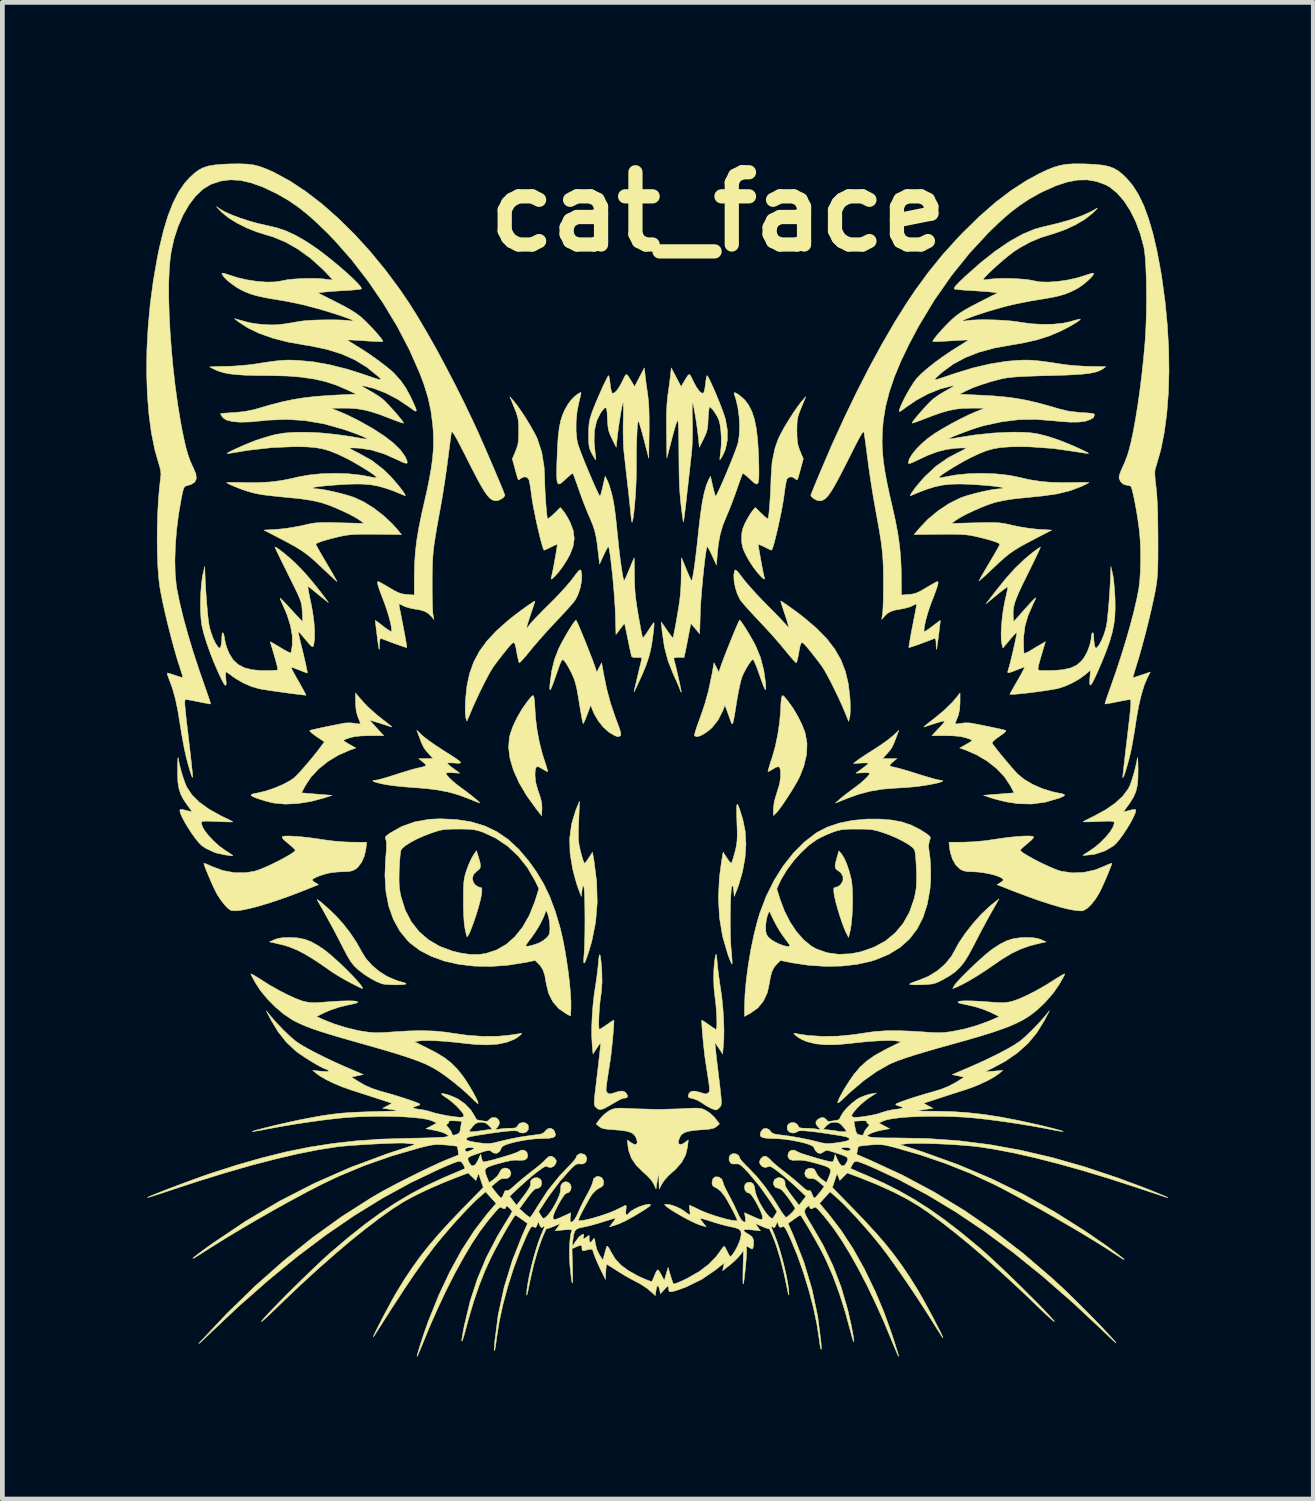
<source format=kicad_pcb>
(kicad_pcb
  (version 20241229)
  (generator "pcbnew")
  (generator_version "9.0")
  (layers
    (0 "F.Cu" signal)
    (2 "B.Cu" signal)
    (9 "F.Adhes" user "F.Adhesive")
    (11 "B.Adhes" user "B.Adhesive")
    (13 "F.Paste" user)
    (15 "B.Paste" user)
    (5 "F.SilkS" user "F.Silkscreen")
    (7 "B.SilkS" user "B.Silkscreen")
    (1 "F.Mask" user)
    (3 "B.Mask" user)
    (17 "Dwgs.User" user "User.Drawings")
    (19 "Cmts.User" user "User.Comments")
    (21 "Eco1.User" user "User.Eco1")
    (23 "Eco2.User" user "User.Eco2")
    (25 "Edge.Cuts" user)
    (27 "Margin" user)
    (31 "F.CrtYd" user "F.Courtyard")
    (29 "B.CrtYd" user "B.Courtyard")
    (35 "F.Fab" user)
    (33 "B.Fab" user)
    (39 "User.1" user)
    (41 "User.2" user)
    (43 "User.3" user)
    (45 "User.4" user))
  (footprint "cat_face"
    (layer "F.Cu")
    (at 10.825 14.118)
    (property "Reference" "cat_face" (at 1.27 -12.7 180) (layer "F.SilkS") (effects (font (size 1.524 1.524) (thickness 0.3))))
    (attr smd)
    (fp_poly (pts (xy 7.898 2.61) (xy 8.001 2.624) (xy 8.08 2.648) (xy 8.09 2.653) (xy 8.191 2.699) (xy 8.038 2.732) (xy 7.837 2.784) (xy 7.649 2.852) (xy 7.462 2.942) (xy 7.265 3.06) (xy 7.087 3.182) (xy 6.913 3.301) (xy 6.739 3.413) (xy 6.575 3.512) (xy 6.429 3.592) (xy 6.317 3.645) (xy 6.22 3.685) (xy 6.25 3.627) (xy 6.285 3.578) (xy 6.352 3.503) (xy 6.441 3.409) (xy 6.548 3.303) (xy 6.663 3.193) (xy 6.779 3.085) (xy 6.89 2.987) (xy 6.987 2.905) (xy 7.059 2.85) (xy 7.22 2.745) (xy 7.363 2.674) (xy 7.502 2.63) (xy 7.652 2.61) (xy 7.76 2.606) (xy 7.898 2.61)) (stroke (width 0.01) (type solid)) (fill yes) (layer "F.SilkS"))
    (fp_poly (pts (xy -7.596 2.615) (xy -7.452 2.643) (xy -7.314 2.695) (xy -7.166 2.778) (xy -7.058 2.85) (xy -6.972 2.915) (xy -6.873 2.998) (xy -6.766 3.094) (xy -6.655 3.197) (xy -6.547 3.303) (xy -6.446 3.406) (xy -6.359 3.5) (xy -6.289 3.58) (xy -6.244 3.64) (xy -6.227 3.676) (xy -6.235 3.683) (xy -6.261 3.672) (xy -6.323 3.642) (xy -6.41 3.598) (xy -6.493 3.556) (xy -6.617 3.488) (xy -6.747 3.412) (xy -6.861 3.34) (xy -6.906 3.309) (xy -7.12 3.16) (xy -7.304 3.04) (xy -7.465 2.945) (xy -7.611 2.87) (xy -7.75 2.813) (xy -7.89 2.768) (xy -8.035 2.733) (xy -8.191 2.699) (xy -8.09 2.653) (xy -8.012 2.626) (xy -7.914 2.611) (xy -7.781 2.606) (xy -7.76 2.606) (xy -7.596 2.615)) (stroke (width 0.01) (type solid)) (fill yes) (layer "F.SilkS"))
    (fp_poly (pts (xy 7.132 1.906) (xy 6.982 2.171) (xy 6.844 2.425) (xy 6.705 2.693) (xy 6.657 2.787) (xy 6.558 2.972) (xy 6.466 3.119) (xy 6.372 3.236) (xy 6.269 3.333) (xy 6.146 3.419) (xy 6.01 3.497) (xy 5.923 3.541) (xy 5.852 3.57) (xy 5.781 3.587) (xy 5.692 3.596) (xy 5.57 3.602) (xy 5.569 3.602) (xy 5.461 3.605) (xy 5.375 3.603) (xy 5.321 3.597) (xy 5.309 3.591) (xy 5.331 3.573) (xy 5.391 3.548) (xy 5.476 3.518) (xy 5.496 3.512) (xy 5.703 3.428) (xy 5.894 3.311) (xy 6.06 3.167) (xy 6.192 3.005) (xy 6.251 2.9) (xy 6.354 2.712) (xy 6.491 2.511) (xy 6.65 2.309) (xy 6.821 2.118) (xy 6.995 1.953) (xy 7.085 1.879) (xy 7.197 1.792) (xy 7.132 1.906)) (stroke (width 0.01) (type solid)) (fill yes) (layer "F.SilkS"))
    (fp_poly (pts (xy 3.876 0.846) (xy 3.929 0.929) (xy 3.984 1.052) (xy 4.035 1.203) (xy 4.078 1.369) (xy 4.082 1.384) (xy 4.097 1.496) (xy 4.106 1.645) (xy 4.109 1.815) (xy 4.105 1.995) (xy 4.096 2.169) (xy 4.081 2.325) (xy 4.062 2.447) (xy 4.058 2.464) (xy 4.023 2.603) (xy 3.97 2.502) (xy 3.932 2.415) (xy 3.887 2.294) (xy 3.839 2.152) (xy 3.794 2.004) (xy 3.755 1.864) (xy 3.728 1.746) (xy 3.717 1.684) (xy 3.71 1.606) (xy 3.714 1.565) (xy 3.732 1.551) (xy 3.751 1.549) (xy 3.803 1.532) (xy 3.858 1.489) (xy 3.858 1.489) (xy 3.905 1.407) (xy 3.906 1.321) (xy 3.862 1.243) (xy 3.817 1.207) (xy 3.77 1.173) (xy 3.744 1.139) (xy 3.739 1.091) (xy 3.753 1.017) (xy 3.776 0.931) (xy 3.819 0.78) (xy 3.876 0.846)) (stroke (width 0.01) (type solid)) (fill yes) (layer "F.SilkS"))
    (fp_poly (pts (xy -2.619 -2.48) (xy -2.613 -2.462) (xy -2.603 -2.402) (xy -2.596 -2.315) (xy -2.593 -2.257) (xy -2.579 -2.022) (xy -2.546 -1.766) (xy -2.498 -1.51) (xy -2.438 -1.275) (xy -2.413 -1.194) (xy -2.376 -1.081) (xy -2.346 -0.987) (xy -2.328 -0.922) (xy -2.323 -0.894) (xy -2.323 -0.894) (xy -2.348 -0.901) (xy -2.4 -0.929) (xy -2.439 -0.953) (xy -2.508 -0.991) (xy -2.552 -0.997) (xy -2.577 -0.965) (xy -2.588 -0.892) (xy -2.59 -0.808) (xy -2.576 -0.667) (xy -2.53 -0.5) (xy -2.513 -0.454) (xy -2.47 -0.324) (xy -2.448 -0.22) (xy -2.443 -0.125) (xy -2.444 -0.103) (xy -2.451 0.038) (xy -2.564 -0.106) (xy -2.767 -0.387) (xy -2.927 -0.659) (xy -3.044 -0.92) (xy -3.118 -1.167) (xy -3.147 -1.399) (xy -3.131 -1.613) (xy -3.112 -1.69) (xy -3.052 -1.857) (xy -2.964 -2.039) (xy -2.86 -2.218) (xy -2.75 -2.373) (xy -2.689 -2.448) (xy -2.652 -2.488) (xy -2.631 -2.497) (xy -2.619 -2.48)) (stroke (width 0.01) (type solid)) (fill yes) (layer "F.SilkS"))
    (fp_poly (pts (xy -3.781 0.914) (xy -3.75 1.023) (xy -3.74 1.097) (xy -3.752 1.148) (xy -3.788 1.187) (xy -3.817 1.207) (xy -3.886 1.275) (xy -3.911 1.357) (xy -3.891 1.443) (xy -3.858 1.489) (xy -3.804 1.531) (xy -3.752 1.549) (xy -3.751 1.549) (xy -3.723 1.554) (xy -3.711 1.577) (xy -3.712 1.63) (xy -3.717 1.684) (xy -3.732 1.77) (xy -3.759 1.882) (xy -3.795 2.009) (xy -3.836 2.142) (xy -3.88 2.273) (xy -3.924 2.392) (xy -3.963 2.49) (xy -3.997 2.559) (xy -4.021 2.59) (xy -4.024 2.591) (xy -4.033 2.568) (xy -4.048 2.508) (xy -4.067 2.424) (xy -4.067 2.419) (xy -4.083 2.31) (xy -4.094 2.159) (xy -4.1 1.975) (xy -4.101 1.816) (xy -4.1 1.654) (xy -4.097 1.531) (xy -4.091 1.437) (xy -4.081 1.36) (xy -4.065 1.29) (xy -4.043 1.216) (xy -4.031 1.181) (xy -3.99 1.071) (xy -3.943 0.966) (xy -3.9 0.885) (xy -3.894 0.876) (xy -3.825 0.775) (xy -3.781 0.914)) (stroke (width 0.01) (type solid)) (fill yes) (layer "F.SilkS"))
    (fp_poly (pts (xy -7.149 1.828) (xy -7.093 1.872) (xy -7.021 1.934) (xy -6.939 2.008) (xy -6.854 2.088) (xy -6.778 2.163) (xy -6.631 2.326) (xy -6.487 2.513) (xy -6.357 2.707) (xy -6.255 2.89) (xy -6.246 2.908) (xy -6.157 3.05) (xy -6.031 3.191) (xy -5.882 3.318) (xy -5.722 3.42) (xy -5.69 3.436) (xy -5.587 3.481) (xy -5.489 3.519) (xy -5.414 3.542) (xy -5.404 3.544) (xy -5.343 3.561) (xy -5.31 3.58) (xy -5.309 3.584) (xy -5.332 3.594) (xy -5.393 3.601) (xy -5.479 3.604) (xy -5.578 3.604) (xy -5.675 3.6) (xy -5.76 3.593) (xy -5.819 3.583) (xy -5.82 3.582) (xy -5.931 3.537) (xy -6.061 3.467) (xy -6.194 3.382) (xy -6.312 3.292) (xy -6.333 3.274) (xy -6.393 3.217) (xy -6.445 3.156) (xy -6.497 3.082) (xy -6.554 2.985) (xy -6.622 2.855) (xy -6.657 2.787) (xy -6.741 2.624) (xy -6.837 2.441) (xy -6.939 2.253) (xy -7.038 2.072) (xy -7.128 1.913) (xy -7.184 1.816) (xy -7.182 1.807) (xy -7.149 1.828)) (stroke (width 0.01) (type solid)) (fill yes) (layer "F.SilkS"))
    (fp_poly (pts (xy 2.667 -2.474) (xy 2.713 -2.419) (xy 2.75 -2.373) (xy 2.854 -2.228) (xy 2.953 -2.059) (xy 3.039 -1.887) (xy 3.101 -1.729) (xy 3.109 -1.704) (xy 3.147 -1.488) (xy 3.138 -1.259) (xy 3.082 -1.015) (xy 2.997 -0.795) (xy 2.952 -0.707) (xy 2.889 -0.596) (xy 2.814 -0.473) (xy 2.733 -0.346) (xy 2.653 -0.226) (xy 2.58 -0.123) (xy 2.522 -0.047) (xy 2.492 -0.015) (xy 2.438 0.033) (xy 2.438 -0.109) (xy 2.457 -0.266) (xy 2.514 -0.456) (xy 2.515 -0.457) (xy 2.569 -0.635) (xy 2.59 -0.785) (xy 2.59 -0.808) (xy 2.587 -0.916) (xy 2.572 -0.977) (xy 2.543 -0.998) (xy 2.493 -0.984) (xy 2.439 -0.953) (xy 2.376 -0.916) (xy 2.334 -0.895) (xy 2.323 -0.894) (xy 2.328 -0.92) (xy 2.346 -0.984) (xy 2.374 -1.077) (xy 2.411 -1.19) (xy 2.413 -1.194) (xy 2.476 -1.416) (xy 2.529 -1.667) (xy 2.568 -1.925) (xy 2.59 -2.17) (xy 2.593 -2.257) (xy 2.598 -2.349) (xy 2.606 -2.429) (xy 2.613 -2.462) (xy 2.624 -2.491) (xy 2.639 -2.496) (xy 2.667 -2.474)) (stroke (width 0.01) (type solid)) (fill yes) (layer "F.SilkS"))
    (fp_poly (pts (xy -1.668 0.157) (xy -1.674 0.318) (xy -1.676 0.441) (xy -1.673 0.536) (xy -1.666 0.616) (xy -1.653 0.692) (xy -1.633 0.777) (xy -1.625 0.811) (xy -1.597 0.911) (xy -1.572 0.989) (xy -1.554 1.034) (xy -1.548 1.041) (xy -1.525 1.022) (xy -1.486 0.972) (xy -1.454 0.924) (xy -1.378 0.807) (xy -1.348 0.975) (xy -1.29 1.43) (xy -1.278 1.865) (xy -1.312 2.283) (xy -1.393 2.687) (xy -1.45 2.883) (xy -1.495 3.019) (xy -1.528 3.106) (xy -1.55 3.146) (xy -1.562 3.139) (xy -1.564 3.087) (xy -1.558 2.989) (xy -1.556 2.972) (xy -1.549 2.869) (xy -1.544 2.737) (xy -1.54 2.582) (xy -1.538 2.414) (xy -1.537 2.24) (xy -1.538 2.069) (xy -1.54 1.908) (xy -1.543 1.766) (xy -1.548 1.651) (xy -1.554 1.572) (xy -1.561 1.537) (xy -1.576 1.515) (xy -1.587 1.53) (xy -1.596 1.589) (xy -1.599 1.613) (xy -1.613 1.74) (xy -1.673 1.587) (xy -1.704 1.497) (xy -1.74 1.375) (xy -1.776 1.241) (xy -1.797 1.156) (xy -1.851 0.829) (xy -1.859 0.518) (xy -1.82 0.22) (xy -1.734 -0.07) (xy -1.711 -0.127) (xy -1.652 -0.267) (xy -1.668 0.157)) (stroke (width 0.01) (type solid)) (fill yes) (layer "F.SilkS"))
    (fp_poly (pts (xy 1.699 -0.17) (xy 1.729 -0.086) (xy 1.771 0.046) (xy 1.795 0.127) (xy 1.844 0.37) (xy 1.859 0.639) (xy 1.84 0.924) (xy 1.787 1.217) (xy 1.703 1.506) (xy 1.673 1.587) (xy 1.613 1.74) (xy 1.6 1.613) (xy 1.59 1.54) (xy 1.577 1.513) (xy 1.564 1.523) (xy 1.553 1.564) (xy 1.545 1.648) (xy 1.538 1.765) (xy 1.532 1.909) (xy 1.529 2.069) (xy 1.528 2.238) (xy 1.529 2.408) (xy 1.532 2.569) (xy 1.537 2.715) (xy 1.545 2.835) (xy 1.547 2.856) (xy 1.558 2.974) (xy 1.565 3.072) (xy 1.568 3.139) (xy 1.566 3.167) (xy 1.553 3.15) (xy 1.528 3.094) (xy 1.495 3.011) (xy 1.477 2.96) (xy 1.367 2.585) (xy 1.301 2.186) (xy 1.278 1.767) (xy 1.3 1.332) (xy 1.348 0.975) (xy 1.378 0.807) (xy 1.454 0.924) (xy 1.499 0.989) (xy 1.534 1.031) (xy 1.548 1.041) (xy 1.561 1.019) (xy 1.583 0.957) (xy 1.609 0.868) (xy 1.625 0.811) (xy 1.647 0.721) (xy 1.662 0.643) (xy 1.671 0.565) (xy 1.675 0.477) (xy 1.675 0.366) (xy 1.67 0.22) (xy 1.668 0.157) (xy 1.663 -0.009) (xy 1.662 -0.124) (xy 1.667 -0.189) (xy 1.679 -0.204) (xy 1.699 -0.17)) (stroke (width 0.01) (type solid)) (fill yes) (layer "F.SilkS"))
    (fp_poly (pts (xy -10.116 -1.181) (xy -10.092 -1.051) (xy -10.054 -0.901) (xy -10.008 -0.752) (xy -9.96 -0.622) (xy -9.933 -0.561) (xy -9.827 -0.402) (xy -9.674 -0.25) (xy -9.473 -0.104) (xy -9.222 0.036) (xy -9.135 0.078) (xy -9.053 0.118) (xy -8.993 0.149) (xy -8.967 0.166) (xy -8.966 0.167) (xy -8.99 0.169) (xy -9.055 0.169) (xy -9.152 0.166) (xy -9.272 0.162) (xy -9.296 0.16) (xy -9.431 0.154) (xy -9.523 0.152) (xy -9.581 0.154) (xy -9.612 0.161) (xy -9.624 0.174) (xy -9.627 0.194) (xy -9.607 0.268) (xy -9.551 0.362) (xy -9.468 0.467) (xy -9.365 0.575) (xy -9.249 0.679) (xy -9.126 0.769) (xy -9.096 0.788) (xy -9.027 0.832) (xy -8.98 0.865) (xy -8.966 0.878) (xy -8.973 0.886) (xy -8.999 0.881) (xy -9.062 0.873) (xy -9.131 0.864) (xy -9.335 0.818) (xy -9.527 0.73) (xy -9.614 0.671) (xy -9.677 0.611) (xy -9.751 0.521) (xy -9.831 0.41) (xy -9.909 0.29) (xy -9.98 0.171) (xy -10.037 0.062) (xy -10.073 -0.026) (xy -10.083 -0.073) (xy -10.067 -0.096) (xy -10.02 -0.092) (xy -9.944 -0.073) (xy -9.888 -0.059) (xy -9.82 -0.043) (xy -9.917 -0.176) (xy -10.003 -0.302) (xy -10.063 -0.417) (xy -10.101 -0.537) (xy -10.123 -0.673) (xy -10.13 -0.84) (xy -10.13 -0.927) (xy -10.128 -1.042) (xy -10.125 -1.128) (xy -10.122 -1.179) (xy -10.118 -1.188) (xy -10.116 -1.181)) (stroke (width 0.01) (type solid)) (fill yes) (layer "F.SilkS"))
    (fp_poly (pts (xy 10.124 -1.147) (xy 10.128 -1.071) (xy 10.13 -0.964) (xy 10.13 -0.927) (xy 10.127 -0.742) (xy 10.113 -0.594) (xy 10.082 -0.469) (xy 10.032 -0.353) (xy 9.958 -0.233) (xy 9.917 -0.176) (xy 9.82 -0.043) (xy 9.888 -0.059) (xy 9.967 -0.079) (xy 10.02 -0.092) (xy 10.068 -0.095) (xy 10.084 -0.081) (xy 10.069 -0.017) (xy 10.028 0.076) (xy 9.969 0.188) (xy 9.896 0.309) (xy 9.817 0.429) (xy 9.738 0.537) (xy 9.666 0.623) (xy 9.614 0.671) (xy 9.434 0.778) (xy 9.231 0.846) (xy 9.125 0.862) (xy 9.043 0.87) (xy 8.986 0.874) (xy 8.966 0.873) (xy 8.986 0.858) (xy 9.037 0.825) (xy 9.096 0.788) (xy 9.218 0.703) (xy 9.337 0.602) (xy 9.444 0.494) (xy 9.533 0.388) (xy 9.596 0.29) (xy 9.625 0.211) (xy 9.627 0.194) (xy 9.624 0.174) (xy 9.611 0.161) (xy 9.58 0.154) (xy 9.522 0.152) (xy 9.43 0.154) (xy 9.296 0.16) (xy 9.293 0.161) (xy 9.171 0.165) (xy 9.071 0.168) (xy 9.001 0.168) (xy 8.972 0.165) (xy 8.972 0.164) (xy 8.999 0.148) (xy 9.061 0.115) (xy 9.147 0.073) (xy 9.191 0.051) (xy 9.442 -0.085) (xy 9.649 -0.228) (xy 9.81 -0.378) (xy 9.924 -0.531) (xy 9.958 -0.6) (xy 9.992 -0.692) (xy 10.03 -0.816) (xy 10.067 -0.951) (xy 10.097 -1.079) (xy 10.116 -1.181) (xy 10.12 -1.186) (xy 10.124 -1.147)) (stroke (width 0.01) (type solid)) (fill yes) (layer "F.SilkS"))
    (fp_poly (pts (xy 5.018 -1.588) (xy 4.978 -1.485) (xy 4.944 -1.413) (xy 4.906 -1.354) (xy 4.853 -1.291) (xy 4.816 -1.251) (xy 4.74 -1.168) (xy 5.042 -1.167) (xy 4.956 -1.095) (xy 4.905 -1.049) (xy 4.893 -1.02) (xy 4.924 -0.999) (xy 5.002 -0.982) (xy 5.016 -0.979) (xy 5.076 -0.965) (xy 5.172 -0.938) (xy 5.295 -0.902) (xy 5.432 -0.859) (xy 5.505 -0.836) (xy 5.643 -0.793) (xy 5.767 -0.757) (xy 5.87 -0.729) (xy 5.94 -0.714) (xy 5.961 -0.711) (xy 6.006 -0.706) (xy 6.007 -0.692) (xy 5.967 -0.673) (xy 5.893 -0.651) (xy 5.842 -0.64) (xy 5.66 -0.606) (xy 5.481 -0.58) (xy 5.288 -0.561) (xy 5.063 -0.547) (xy 5.016 -0.545) (xy 4.733 -0.522) (xy 4.477 -0.479) (xy 4.226 -0.412) (xy 3.975 -0.321) (xy 3.747 -0.23) (xy 3.848 -0.32) (xy 3.916 -0.376) (xy 4.01 -0.449) (xy 4.112 -0.525) (xy 4.145 -0.549) (xy 4.257 -0.633) (xy 4.352 -0.715) (xy 4.424 -0.786) (xy 4.464 -0.839) (xy 4.47 -0.859) (xy 4.447 -0.867) (xy 4.388 -0.87) (xy 4.324 -0.868) (xy 4.178 -0.86) (xy 4.311 -0.957) (xy 4.379 -1.009) (xy 4.427 -1.049) (xy 4.444 -1.068) (xy 4.422 -1.074) (xy 4.362 -1.076) (xy 4.286 -1.073) (xy 4.128 -1.064) (xy 4.191 -1.116) (xy 4.236 -1.149) (xy 4.314 -1.202) (xy 4.414 -1.268) (xy 4.527 -1.34) (xy 4.547 -1.352) (xy 4.668 -1.431) (xy 4.786 -1.513) (xy 4.887 -1.588) (xy 4.958 -1.647) (xy 4.961 -1.649) (xy 5.083 -1.763) (xy 5.018 -1.588)) (stroke (width 0.01) (type solid)) (fill yes) (layer "F.SilkS"))
    (fp_poly (pts (xy 1.747 -4.068) (xy 1.788 -4.012) (xy 1.842 -3.93) (xy 1.903 -3.831) (xy 1.966 -3.725) (xy 2.024 -3.621) (xy 2.069 -3.535) (xy 2.167 -3.294) (xy 2.236 -3.025) (xy 2.272 -2.769) (xy 2.278 -2.683) (xy 2.278 -2.633) (xy 2.27 -2.62) (xy 2.252 -2.646) (xy 2.223 -2.715) (xy 2.182 -2.827) (xy 2.133 -2.965) (xy 2.092 -3.08) (xy 2.054 -3.173) (xy 2.024 -3.237) (xy 2.006 -3.262) (xy 2.004 -3.262) (xy 1.966 -3.224) (xy 1.916 -3.154) (xy 1.862 -3.065) (xy 1.812 -2.971) (xy 1.778 -2.896) (xy 1.756 -2.824) (xy 1.729 -2.715) (xy 1.701 -2.579) (xy 1.674 -2.431) (xy 1.661 -2.353) (xy 1.634 -2.181) (xy 1.612 -2.054) (xy 1.596 -1.968) (xy 1.583 -1.918) (xy 1.571 -1.899) (xy 1.559 -1.908) (xy 1.545 -1.937) (xy 1.534 -1.968) (xy 1.502 -2.06) (xy 1.465 -2.16) (xy 1.457 -2.182) (xy 1.415 -2.294) (xy 1.373 -2.182) (xy 1.274 -1.985) (xy 1.145 -1.822) (xy 1.087 -1.77) (xy 0.981 -1.693) (xy 0.889 -1.645) (xy 0.819 -1.63) (xy 0.776 -1.648) (xy 0.775 -1.651) (xy 0.777 -1.683) (xy 0.796 -1.752) (xy 0.827 -1.849) (xy 0.869 -1.964) (xy 0.874 -1.977) (xy 0.983 -2.29) (xy 1.068 -2.594) (xy 1.136 -2.916) (xy 1.142 -2.946) (xy 1.185 -3.188) (xy 1.237 -3.088) (xy 1.288 -2.988) (xy 1.32 -3.088) (xy 1.343 -3.156) (xy 1.379 -3.253) (xy 1.424 -3.371) (xy 1.476 -3.502) (xy 1.53 -3.637) (xy 1.583 -3.768) (xy 1.633 -3.887) (xy 1.675 -3.985) (xy 1.706 -4.055) (xy 1.723 -4.088) (xy 1.725 -4.089) (xy 1.747 -4.068)) (stroke (width 0.01) (type solid)) (fill yes) (layer "F.SilkS"))
    (fp_poly (pts (xy -7.667 0.471) (xy -7.521 0.482) (xy -7.358 0.5) (xy -7.185 0.523) (xy -7.074 0.541) (xy -6.847 0.571) (xy -6.615 0.59) (xy -6.442 0.596) (xy -6.141 0.597) (xy -6.157 0.737) (xy -6.191 0.89) (xy -6.251 1.024) (xy -6.33 1.127) (xy -6.373 1.162) (xy -6.437 1.196) (xy -6.511 1.213) (xy -6.614 1.219) (xy -6.632 1.219) (xy -6.747 1.224) (xy -6.865 1.236) (xy -6.939 1.248) (xy -7.037 1.273) (xy -7.134 1.305) (xy -7.216 1.339) (xy -7.272 1.37) (xy -7.29 1.39) (xy -7.27 1.416) (xy -7.224 1.451) (xy -7.157 1.491) (xy -7.395 1.587) (xy -7.68 1.698) (xy -7.95 1.796) (xy -8.199 1.879) (xy -8.423 1.946) (xy -8.619 1.997) (xy -8.782 2.03) (xy -8.908 2.044) (xy -8.994 2.037) (xy -9.007 2.033) (xy -9.068 1.991) (xy -9.142 1.913) (xy -9.22 1.812) (xy -9.294 1.698) (xy -9.317 1.656) (xy -9.353 1.583) (xy -9.398 1.487) (xy -9.445 1.379) (xy -9.491 1.27) (xy -9.532 1.171) (xy -9.561 1.093) (xy -9.575 1.048) (xy -9.576 1.043) (xy -9.555 1.045) (xy -9.5 1.065) (xy -9.422 1.1) (xy -9.409 1.106) (xy -9.175 1.194) (xy -8.931 1.239) (xy -8.688 1.239) (xy -8.502 1.207) (xy -8.413 1.178) (xy -8.303 1.134) (xy -8.179 1.079) (xy -8.052 1.017) (xy -7.928 0.953) (xy -7.817 0.891) (xy -7.727 0.837) (xy -7.667 0.793) (xy -7.645 0.764) (xy -7.664 0.74) (xy -7.713 0.694) (xy -7.782 0.635) (xy -7.798 0.622) (xy -7.879 0.553) (xy -7.919 0.508) (xy -7.923 0.481) (xy -7.919 0.477) (xy -7.874 0.468) (xy -7.788 0.465) (xy -7.667 0.471)) (stroke (width 0.01) (type solid)) (fill yes) (layer "F.SilkS"))
    (fp_poly (pts (xy -1.712 -4.067) (xy -1.684 -4.006) (xy -1.644 -3.913) (xy -1.596 -3.799) (xy -1.543 -3.67) (xy -1.489 -3.535) (xy -1.437 -3.402) (xy -1.389 -3.28) (xy -1.351 -3.177) (xy -1.324 -3.101) (xy -1.32 -3.088) (xy -1.288 -2.988) (xy -1.237 -3.088) (xy -1.185 -3.188) (xy -1.142 -2.946) (xy -1.076 -2.627) (xy -0.995 -2.328) (xy -0.891 -2.022) (xy -0.872 -1.974) (xy -0.824 -1.844) (xy -0.794 -1.753) (xy -0.78 -1.694) (xy -0.781 -1.661) (xy -0.791 -1.648) (xy -0.823 -1.631) (xy -0.853 -1.632) (xy -0.905 -1.65) (xy -0.911 -1.653) (xy -1.029 -1.722) (xy -1.148 -1.829) (xy -1.255 -1.962) (xy -1.342 -2.11) (xy -1.372 -2.18) (xy -1.416 -2.295) (xy -1.488 -2.1) (xy -1.523 -2.01) (xy -1.553 -1.942) (xy -1.571 -1.907) (xy -1.574 -1.905) (xy -1.582 -1.929) (xy -1.597 -1.995) (xy -1.615 -2.095) (xy -1.637 -2.221) (xy -1.657 -2.343) (xy -1.685 -2.512) (xy -1.709 -2.641) (xy -1.733 -2.742) (xy -1.758 -2.827) (xy -1.79 -2.905) (xy -1.827 -2.986) (xy -1.878 -3.083) (xy -1.927 -3.167) (xy -1.966 -3.223) (xy -1.976 -3.234) (xy -1.997 -3.25) (xy -2.014 -3.251) (xy -2.032 -3.231) (xy -2.055 -3.183) (xy -2.086 -3.1) (xy -2.129 -2.976) (xy -2.133 -2.966) (xy -2.187 -2.812) (xy -2.227 -2.704) (xy -2.255 -2.64) (xy -2.271 -2.618) (xy -2.279 -2.634) (xy -2.278 -2.688) (xy -2.273 -2.756) (xy -2.237 -3.022) (xy -2.18 -3.256) (xy -2.096 -3.474) (xy -2.081 -3.505) (xy -2.031 -3.605) (xy -1.971 -3.714) (xy -1.908 -3.824) (xy -1.846 -3.925) (xy -1.791 -4.009) (xy -1.749 -4.067) (xy -1.725 -4.089) (xy -1.725 -4.089) (xy -1.712 -4.067)) (stroke (width 0.01) (type solid)) (fill yes) (layer "F.SilkS"))
    (fp_poly (pts (xy 0.879 6.209) (xy 0.925 6.217) (xy 0.966 6.231) (xy 1.009 6.252) (xy 1.013 6.254) (xy 1.106 6.316) (xy 1.194 6.399) (xy 1.215 6.425) (xy 1.301 6.539) (xy 1.238 6.593) (xy 1.198 6.62) (xy 1.145 6.638) (xy 1.068 6.651) (xy 0.954 6.66) (xy 0.924 6.662) (xy 0.761 6.675) (xy 0.642 6.695) (xy 0.558 6.723) (xy 0.501 6.763) (xy 0.469 6.809) (xy 0.436 6.895) (xy 0.438 6.951) (xy 0.469 6.974) (xy 0.527 6.958) (xy 0.565 6.934) (xy 0.643 6.876) (xy 0.628 7.019) (xy 0.587 7.193) (xy 0.501 7.352) (xy 0.368 7.502) (xy 0.312 7.55) (xy 0.219 7.635) (xy 0.139 7.725) (xy 0.089 7.798) (xy 0.028 7.912) (xy 0.019 7.556) (xy -0.01 7.733) (xy -0.038 7.91) (xy -0.085 7.806) (xy -0.139 7.722) (xy -0.23 7.625) (xy -0.303 7.56) (xy -0.453 7.414) (xy -0.556 7.263) (xy -0.614 7.103) (xy -0.628 7.019) (xy -0.643 6.876) (xy -0.565 6.934) (xy -0.495 6.971) (xy -0.45 6.967) (xy -0.433 6.927) (xy -0.448 6.855) (xy -0.469 6.809) (xy -0.508 6.757) (xy -0.568 6.719) (xy -0.656 6.692) (xy -0.782 6.673) (xy -0.924 6.662) (xy -1.047 6.653) (xy -1.131 6.641) (xy -1.188 6.624) (xy -1.23 6.599) (xy -1.238 6.593) (xy -1.301 6.539) (xy -1.215 6.425) (xy -1.136 6.341) (xy -1.042 6.27) (xy -1.013 6.254) (xy -0.97 6.233) (xy -0.93 6.219) (xy -0.885 6.21) (xy -0.826 6.206) (xy -0.744 6.206) (xy -0.631 6.211) (xy -0.478 6.218) (xy -0.441 6.22) (xy 0.014 6.232) (xy 0.455 6.22) (xy 0.614 6.211) (xy 0.732 6.206) (xy 0.818 6.205) (xy 0.879 6.209)) (stroke (width 0.01) (type solid)) (fill yes) (layer "F.SilkS"))
    (fp_poly (pts (xy 7.896 0.47) (xy 7.919 0.477) (xy 7.924 0.499) (xy 7.893 0.539) (xy 7.824 0.601) (xy 7.798 0.622) (xy 7.726 0.683) (xy 7.672 0.733) (xy 7.646 0.763) (xy 7.645 0.766) (xy 7.667 0.793) (xy 7.727 0.837) (xy 7.817 0.891) (xy 7.928 0.952) (xy 8.051 1.016) (xy 8.178 1.077) (xy 8.301 1.132) (xy 8.41 1.177) (xy 8.498 1.206) (xy 8.502 1.207) (xy 8.738 1.243) (xy 8.982 1.234) (xy 9.225 1.18) (xy 9.409 1.106) (xy 9.49 1.07) (xy 9.549 1.047) (xy 9.575 1.042) (xy 9.576 1.043) (xy 9.566 1.08) (xy 9.539 1.151) (xy 9.501 1.247) (xy 9.455 1.355) (xy 9.407 1.465) (xy 9.361 1.566) (xy 9.322 1.646) (xy 9.314 1.661) (xy 9.235 1.792) (xy 9.148 1.903) (xy 9.061 1.988) (xy 8.981 2.036) (xy 8.954 2.044) (xy 8.894 2.044) (xy 8.801 2.034) (xy 8.694 2.016) (xy 8.661 2.009) (xy 8.491 1.967) (xy 8.283 1.905) (xy 8.048 1.829) (xy 7.795 1.739) (xy 7.533 1.64) (xy 7.487 1.622) (xy 7.156 1.492) (xy 7.223 1.451) (xy 7.27 1.417) (xy 7.29 1.392) (xy 7.29 1.392) (xy 7.266 1.36) (xy 7.202 1.326) (xy 7.107 1.292) (xy 6.991 1.263) (xy 6.863 1.239) (xy 6.735 1.224) (xy 6.64 1.22) (xy 6.53 1.216) (xy 6.453 1.201) (xy 6.391 1.173) (xy 6.373 1.162) (xy 6.286 1.078) (xy 6.216 0.956) (xy 6.17 0.811) (xy 6.157 0.737) (xy 6.141 0.597) (xy 6.442 0.596) (xy 6.664 0.587) (xy 6.904 0.565) (xy 7.074 0.54) (xy 7.249 0.514) (xy 7.419 0.492) (xy 7.578 0.477) (xy 7.715 0.467) (xy 7.824 0.465) (xy 7.896 0.47)) (stroke (width 0.01) (type solid)) (fill yes) (layer "F.SilkS"))
    (fp_poly (pts (xy -4.974 -1.66) (xy -4.912 -1.608) (xy -4.819 -1.538) (xy -4.704 -1.458) (xy -4.579 -1.375) (xy -4.534 -1.346) (xy -4.384 -1.251) (xy -4.275 -1.18) (xy -4.203 -1.13) (xy -4.166 -1.097) (xy -4.161 -1.078) (xy -4.185 -1.07) (xy -4.235 -1.07) (xy -4.286 -1.074) (xy -4.368 -1.078) (xy -4.425 -1.076) (xy -4.444 -1.07) (xy -4.425 -1.048) (xy -4.375 -1.006) (xy -4.311 -0.957) (xy -4.178 -0.86) (xy -4.324 -0.868) (xy -4.403 -0.87) (xy -4.456 -0.866) (xy -4.47 -0.859) (xy -4.45 -0.818) (xy -4.395 -0.756) (xy -4.312 -0.679) (xy -4.209 -0.596) (xy -4.145 -0.549) (xy -4.054 -0.482) (xy -3.963 -0.413) (xy -3.88 -0.346) (xy -3.813 -0.29) (xy -3.77 -0.25) (xy -3.757 -0.232) (xy -3.759 -0.232) (xy -3.787 -0.242) (xy -3.851 -0.266) (xy -3.941 -0.302) (xy -4.023 -0.335) (xy -4.224 -0.408) (xy -4.428 -0.464) (xy -4.648 -0.506) (xy -4.894 -0.537) (xy -5.144 -0.556) (xy -5.303 -0.568) (xy -5.465 -0.583) (xy -5.614 -0.6) (xy -5.733 -0.618) (xy -5.766 -0.624) (xy -5.881 -0.649) (xy -5.963 -0.673) (xy -6.008 -0.692) (xy -6.011 -0.705) (xy -5.968 -0.711) (xy -5.958 -0.711) (xy -5.908 -0.719) (xy -5.821 -0.741) (xy -5.709 -0.773) (xy -5.582 -0.813) (xy -5.553 -0.822) (xy -5.417 -0.866) (xy -5.284 -0.907) (xy -5.17 -0.941) (xy -5.087 -0.962) (xy -5.08 -0.964) (xy -4.974 -0.988) (xy -4.913 -1.006) (xy -4.89 -1.023) (xy -4.9 -1.047) (xy -4.938 -1.081) (xy -4.953 -1.093) (xy -5.042 -1.167) (xy -4.891 -1.168) (xy -4.74 -1.168) (xy -4.816 -1.251) (xy -4.88 -1.323) (xy -4.925 -1.382) (xy -4.96 -1.445) (xy -4.995 -1.529) (xy -5.018 -1.59) (xy -5.084 -1.765) (xy -4.974 -1.66)) (stroke (width 0.01) (type solid)) (fill yes) (layer "F.SilkS"))
    (fp_poly (pts (xy 1.662 -5.132) (xy 1.706 -5.084) (xy 1.772 -4.998) (xy 1.791 -4.973) (xy 1.857 -4.889) (xy 1.952 -4.78) (xy 2.065 -4.654) (xy 2.19 -4.522) (xy 2.316 -4.392) (xy 2.326 -4.383) (xy 2.442 -4.266) (xy 2.549 -4.157) (xy 2.638 -4.062) (xy 2.706 -3.989) (xy 2.745 -3.944) (xy 2.75 -3.937) (xy 2.758 -3.935) (xy 2.752 -3.975) (xy 2.732 -4.049) (xy 2.7 -4.151) (xy 2.691 -4.177) (xy 2.653 -4.293) (xy 2.622 -4.389) (xy 2.6 -4.458) (xy 2.591 -4.489) (xy 2.591 -4.489) (xy 2.61 -4.482) (xy 2.661 -4.45) (xy 2.736 -4.399) (xy 2.827 -4.334) (xy 2.926 -4.262) (xy 3.024 -4.187) (xy 3.089 -4.136) (xy 3.348 -3.916) (xy 3.56 -3.7) (xy 3.729 -3.481) (xy 3.86 -3.254) (xy 3.955 -3.011) (xy 4.018 -2.747) (xy 4.052 -2.455) (xy 4.056 -2.388) (xy 4.06 -2.267) (xy 4.059 -2.156) (xy 4.053 -2.07) (xy 4.047 -2.036) (xy 4.025 -1.952) (xy 3.939 -2.163) (xy 3.882 -2.297) (xy 3.812 -2.45) (xy 3.735 -2.61) (xy 3.657 -2.767) (xy 3.582 -2.909) (xy 3.517 -3.026) (xy 3.472 -3.099) (xy 3.423 -3.167) (xy 3.352 -3.261) (xy 3.27 -3.365) (xy 3.215 -3.434) (xy 3.133 -3.535) (xy 3.077 -3.596) (xy 3.04 -3.615) (xy 3.016 -3.591) (xy 2.996 -3.523) (xy 2.975 -3.409) (xy 2.971 -3.383) (xy 2.953 -3.292) (xy 2.936 -3.223) (xy 2.923 -3.189) (xy 2.921 -3.188) (xy 2.9 -3.203) (xy 2.855 -3.251) (xy 2.79 -3.325) (xy 2.712 -3.419) (xy 2.688 -3.449) (xy 2.595 -3.561) (xy 2.479 -3.696) (xy 2.349 -3.841) (xy 2.217 -3.984) (xy 2.13 -4.077) (xy 2.02 -4.193) (xy 1.918 -4.304) (xy 1.833 -4.4) (xy 1.77 -4.475) (xy 1.735 -4.521) (xy 1.677 -4.641) (xy 1.634 -4.777) (xy 1.608 -4.915) (xy 1.603 -5.04) (xy 1.621 -5.136) (xy 1.621 -5.136) (xy 1.635 -5.148) (xy 1.662 -5.132)) (stroke (width 0.01) (type solid)) (fill yes) (layer "F.SilkS"))
    (fp_poly (pts (xy -1.625 -5.143) (xy -1.621 -5.137) (xy -1.603 -5.04) (xy -1.608 -4.915) (xy -1.634 -4.776) (xy -1.678 -4.64) (xy -1.735 -4.521) (xy -1.77 -4.475) (xy -1.833 -4.4) (xy -1.919 -4.304) (xy -2.02 -4.193) (xy -2.13 -4.077) (xy -2.257 -3.942) (xy -2.389 -3.797) (xy -2.516 -3.653) (xy -2.627 -3.524) (xy -2.688 -3.449) (xy -2.768 -3.351) (xy -2.837 -3.271) (xy -2.889 -3.214) (xy -2.918 -3.189) (xy -2.921 -3.188) (xy -2.934 -3.216) (xy -2.95 -3.281) (xy -2.968 -3.37) (xy -2.971 -3.383) (xy -2.993 -3.506) (xy -3.012 -3.582) (xy -3.035 -3.614) (xy -3.069 -3.602) (xy -3.121 -3.549) (xy -3.198 -3.455) (xy -3.215 -3.434) (xy -3.297 -3.331) (xy -3.376 -3.229) (xy -3.441 -3.142) (xy -3.472 -3.099) (xy -3.527 -3.01) (xy -3.596 -2.885) (xy -3.673 -2.736) (xy -3.753 -2.575) (xy -3.83 -2.411) (xy -3.899 -2.258) (xy -3.927 -2.192) (xy -3.967 -2.095) (xy -4.001 -2.017) (xy -4.022 -1.969) (xy -4.027 -1.96) (xy -4.036 -1.976) (xy -4.049 -2.027) (xy -4.053 -2.046) (xy -4.06 -2.113) (xy -4.062 -2.214) (xy -4.06 -2.333) (xy -4.057 -2.398) (xy -4.027 -2.695) (xy -3.97 -2.962) (xy -3.882 -3.207) (xy -3.76 -3.435) (xy -3.6 -3.653) (xy -3.399 -3.867) (xy -3.153 -4.085) (xy -3.089 -4.137) (xy -2.995 -4.209) (xy -2.896 -4.284) (xy -2.798 -4.355) (xy -2.711 -4.416) (xy -2.642 -4.462) (xy -2.6 -4.487) (xy -2.591 -4.489) (xy -2.598 -4.463) (xy -2.619 -4.399) (xy -2.649 -4.307) (xy -2.68 -4.216) (xy -2.724 -4.081) (xy -2.752 -3.99) (xy -2.764 -3.94) (xy -2.759 -3.926) (xy -2.739 -3.945) (xy -2.707 -3.988) (xy -2.67 -4.034) (xy -2.603 -4.107) (xy -2.513 -4.201) (xy -2.407 -4.308) (xy -2.294 -4.42) (xy -2.171 -4.543) (xy -2.048 -4.672) (xy -1.936 -4.796) (xy -1.844 -4.904) (xy -1.791 -4.972) (xy -1.72 -5.067) (xy -1.672 -5.125) (xy -1.642 -5.148) (xy -1.625 -5.143)) (stroke (width 0.01) (type solid)) (fill yes) (layer "F.SilkS"))
    (fp_poly (pts (xy -6.294 -2.451) (xy -6.13 -2.271) (xy -5.92 -2.084) (xy -5.798 -1.987) (xy -5.717 -1.925) (xy -5.654 -1.874) (xy -5.618 -1.843) (xy -5.613 -1.837) (xy -5.629 -1.835) (xy -5.632 -1.837) (xy -5.664 -1.849) (xy -5.732 -1.872) (xy -5.824 -1.901) (xy -5.865 -1.914) (xy -6.078 -1.979) (xy -6.018 -1.91) (xy -5.963 -1.849) (xy -5.895 -1.775) (xy -5.869 -1.746) (xy -5.781 -1.651) (xy -6.07 -1.651) (xy -6.254 -1.646) (xy -6.396 -1.631) (xy -6.494 -1.608) (xy -6.568 -1.583) (xy -6.617 -1.561) (xy -6.629 -1.551) (xy -6.609 -1.532) (xy -6.556 -1.497) (xy -6.499 -1.464) (xy -6.369 -1.391) (xy -6.496 -1.346) (xy -6.736 -1.242) (xy -6.958 -1.107) (xy -7.156 -0.949) (xy -7.319 -0.773) (xy -7.435 -0.597) (xy -7.516 -0.445) (xy -7.193 -0.418) (xy -6.871 -0.392) (xy -7.041 -0.337) (xy -7.321 -0.262) (xy -7.597 -0.219) (xy -7.858 -0.207) (xy -8.095 -0.229) (xy -8.166 -0.244) (xy -8.281 -0.274) (xy -8.406 -0.313) (xy -8.467 -0.334) (xy -8.548 -0.368) (xy -8.581 -0.394) (xy -8.565 -0.414) (xy -8.499 -0.433) (xy -8.445 -0.442) (xy -8.278 -0.481) (xy -8.098 -0.541) (xy -7.923 -0.614) (xy -7.769 -0.695) (xy -7.679 -0.754) (xy -7.631 -0.799) (xy -7.56 -0.874) (xy -7.472 -0.972) (xy -7.376 -1.083) (xy -7.279 -1.2) (xy -7.19 -1.311) (xy -7.114 -1.41) (xy -7.111 -1.415) (xy -7.033 -1.521) (xy -7.204 -1.636) (xy -7.287 -1.696) (xy -7.335 -1.739) (xy -7.342 -1.761) (xy -7.339 -1.762) (xy -7.293 -1.774) (xy -7.21 -1.793) (xy -7.1 -1.817) (xy -6.977 -1.843) (xy -6.852 -1.868) (xy -6.737 -1.891) (xy -6.645 -1.909) (xy -6.59 -1.918) (xy -6.495 -1.922) (xy -6.395 -1.912) (xy -6.381 -1.909) (xy -6.316 -1.899) (xy -6.278 -1.901) (xy -6.274 -1.906) (xy -6.283 -1.939) (xy -6.307 -2.002) (xy -6.325 -2.045) (xy -6.359 -2.156) (xy -6.374 -2.291) (xy -6.375 -2.357) (xy -6.375 -2.552) (xy -6.294 -2.451)) (stroke (width 0.01) (type solid)) (fill yes) (layer "F.SilkS"))
    (fp_poly (pts (xy 6.375 -2.357) (xy 6.367 -2.207) (xy 6.341 -2.088) (xy 6.325 -2.045) (xy 6.295 -1.973) (xy 6.277 -1.92) (xy 6.274 -1.906) (xy 6.296 -1.898) (xy 6.351 -1.903) (xy 6.381 -1.909) (xy 6.478 -1.921) (xy 6.576 -1.92) (xy 6.59 -1.918) (xy 6.653 -1.907) (xy 6.748 -1.889) (xy 6.865 -1.866) (xy 6.99 -1.84) (xy 7.112 -1.814) (xy 7.22 -1.791) (xy 7.3 -1.772) (xy 7.339 -1.762) (xy 7.339 -1.744) (xy 7.298 -1.704) (xy 7.22 -1.647) (xy 7.205 -1.636) (xy 7.112 -1.569) (xy 7.061 -1.52) (xy 7.052 -1.491) (xy 7.085 -1.444) (xy 7.144 -1.368) (xy 7.22 -1.272) (xy 7.307 -1.167) (xy 7.396 -1.061) (xy 7.479 -0.964) (xy 7.549 -0.885) (xy 7.583 -0.848) (xy 7.722 -0.733) (xy 7.898 -0.628) (xy 8.099 -0.538) (xy 8.312 -0.471) (xy 8.445 -0.442) (xy 8.537 -0.424) (xy 8.579 -0.404) (xy 8.571 -0.382) (xy 8.515 -0.353) (xy 8.467 -0.334) (xy 8.174 -0.248) (xy 7.887 -0.209) (xy 7.596 -0.216) (xy 7.361 -0.253) (xy 7.24 -0.281) (xy 7.119 -0.312) (xy 7.021 -0.341) (xy 7.005 -0.347) (xy 6.871 -0.393) (xy 7.516 -0.445) (xy 7.435 -0.597) (xy 7.312 -0.783) (xy 7.146 -0.958) (xy 6.947 -1.115) (xy 6.723 -1.248) (xy 6.496 -1.346) (xy 6.369 -1.391) (xy 6.499 -1.464) (xy 6.569 -1.505) (xy 6.616 -1.537) (xy 6.629 -1.551) (xy 6.607 -1.566) (xy 6.55 -1.589) (xy 6.494 -1.608) (xy 6.382 -1.633) (xy 6.235 -1.647) (xy 6.069 -1.651) (xy 5.781 -1.651) (xy 5.882 -1.759) (xy 5.972 -1.855) (xy 6.027 -1.917) (xy 6.047 -1.95) (xy 6.031 -1.96) (xy 5.979 -1.949) (xy 5.89 -1.922) (xy 5.864 -1.914) (xy 5.766 -1.883) (xy 5.687 -1.858) (xy 5.64 -1.841) (xy 5.632 -1.837) (xy 5.614 -1.835) (xy 5.613 -1.837) (xy 5.632 -1.856) (xy 5.683 -1.898) (xy 5.756 -1.956) (xy 5.798 -1.987) (xy 6.029 -2.176) (xy 6.217 -2.36) (xy 6.294 -2.451) (xy 6.375 -2.552) (xy 6.375 -2.357)) (stroke (width 0.01) (type solid)) (fill yes) (layer "F.SilkS"))
    (fp_poly (pts (xy -3.043 -8.712) (xy -2.965 -8.613) (xy -2.873 -8.483) (xy -2.777 -8.335) (xy -2.685 -8.183) (xy -2.605 -8.041) (xy -2.546 -7.923) (xy -2.538 -7.903) (xy -2.447 -7.623) (xy -2.398 -7.315) (xy -2.388 -7.099) (xy -2.385 -6.98) (xy -2.38 -6.844) (xy -2.372 -6.702) (xy -2.363 -6.563) (xy -2.353 -6.437) (xy -2.343 -6.333) (xy -2.334 -6.26) (xy -2.325 -6.229) (xy -2.325 -6.228) (xy -2.301 -6.237) (xy -2.252 -6.275) (xy -2.189 -6.333) (xy -2.183 -6.338) (xy -2.056 -6.464) (xy -1.992 -6.388) (xy -1.947 -6.325) (xy -1.894 -6.236) (xy -1.848 -6.147) (xy -1.783 -5.974) (xy -1.763 -5.809) (xy -1.788 -5.641) (xy -1.858 -5.462) (xy -1.861 -5.457) (xy -1.927 -5.34) (xy -2.008 -5.214) (xy -2.085 -5.112) (xy -2.16 -5.025) (xy -2.215 -4.971) (xy -2.247 -4.952) (xy -2.252 -4.97) (xy -2.247 -4.985) (xy -2.237 -5.025) (xy -2.221 -5.1) (xy -2.201 -5.199) (xy -2.18 -5.312) (xy -2.16 -5.426) (xy -2.142 -5.531) (xy -2.128 -5.617) (xy -2.121 -5.671) (xy -2.12 -5.685) (xy -2.145 -5.679) (xy -2.202 -5.655) (xy -2.257 -5.628) (xy -2.329 -5.592) (xy -2.381 -5.569) (xy -2.398 -5.563) (xy -2.413 -5.586) (xy -2.435 -5.652) (xy -2.463 -5.752) (xy -2.495 -5.878) (xy -2.529 -6.023) (xy -2.564 -6.177) (xy -2.596 -6.335) (xy -2.626 -6.487) (xy -2.65 -6.626) (xy -2.667 -6.744) (xy -2.668 -6.755) (xy -2.683 -6.867) (xy -2.7 -6.965) (xy -2.714 -7.034) (xy -2.72 -7.053) (xy -2.76 -7.101) (xy -2.821 -7.11) (xy -2.887 -7.081) (xy -2.898 -7.072) (xy -2.918 -7.053) (xy -2.932 -7.045) (xy -2.944 -7.055) (xy -2.959 -7.09) (xy -2.979 -7.157) (xy -3.008 -7.264) (xy -3.019 -7.307) (xy -3.069 -7.489) (xy -3.001 -7.65) (xy -2.97 -7.732) (xy -2.95 -7.806) (xy -2.939 -7.889) (xy -2.935 -7.996) (xy -2.934 -8.077) (xy -2.936 -8.203) (xy -2.943 -8.297) (xy -2.958 -8.377) (xy -2.985 -8.463) (xy -3.027 -8.572) (xy -3.028 -8.572) (xy -3.121 -8.801) (xy -3.043 -8.712)) (stroke (width 0.01) (type solid)) (fill yes) (layer "F.SilkS"))
    (fp_poly (pts (xy -1.21 3.012) (xy -1.198 3.104) (xy -1.186 3.245) (xy -1.181 3.321) (xy -1.176 3.549) (xy -1.192 3.766) (xy -1.205 3.854) (xy -1.219 3.963) (xy -1.23 4.085) (xy -1.239 4.21) (xy -1.244 4.329) (xy -1.246 4.431) (xy -1.243 4.506) (xy -1.236 4.544) (xy -1.233 4.547) (xy -1.208 4.533) (xy -1.153 4.498) (xy -1.08 4.448) (xy -1.076 4.445) (xy -1.004 4.396) (xy -0.951 4.362) (xy -0.927 4.35) (xy -0.927 4.35) (xy -0.926 4.38) (xy -0.929 4.45) (xy -0.936 4.551) (xy -0.946 4.673) (xy -0.958 4.805) (xy -0.972 4.937) (xy -0.985 5.06) (xy -0.998 5.163) (xy -1.005 5.206) (xy -1.035 5.401) (xy -1.058 5.551) (xy -1.075 5.664) (xy -1.085 5.744) (xy -1.09 5.799) (xy -1.09 5.833) (xy -1.085 5.854) (xy -1.077 5.868) (xy -1.065 5.88) (xy -1.064 5.881) (xy -1.035 5.903) (xy -0.998 5.905) (xy -0.937 5.888) (xy -0.916 5.881) (xy -0.815 5.85) (xy -0.745 5.845) (xy -0.694 5.865) (xy -0.675 5.882) (xy -0.639 5.936) (xy -0.644 5.977) (xy -0.688 5.994) (xy -0.693 5.994) (xy -0.725 5.997) (xy -0.763 6.009) (xy -0.816 6.034) (xy -0.892 6.076) (xy -1.002 6.141) (xy -1.018 6.151) (xy -1.119 6.207) (xy -1.19 6.234) (xy -1.241 6.234) (xy -1.284 6.208) (xy -1.294 6.199) (xy -1.312 6.182) (xy -1.326 6.165) (xy -1.335 6.144) (xy -1.34 6.113) (xy -1.34 6.064) (xy -1.335 5.993) (xy -1.325 5.893) (xy -1.309 5.758) (xy -1.288 5.583) (xy -1.272 5.448) (xy -1.252 5.278) (xy -1.235 5.126) (xy -1.221 4.999) (xy -1.211 4.903) (xy -1.206 4.845) (xy -1.206 4.832) (xy -1.222 4.847) (xy -1.256 4.894) (xy -1.289 4.943) (xy -1.367 5.062) (xy -1.385 4.862) (xy -1.394 4.692) (xy -1.394 4.487) (xy -1.384 4.263) (xy -1.367 4.034) (xy -1.343 3.816) (xy -1.322 3.675) (xy -1.299 3.527) (xy -1.278 3.368) (xy -1.261 3.221) (xy -1.254 3.142) (xy -1.243 3.034) (xy -1.232 2.977) (xy -1.221 2.969) (xy -1.21 3.012)) (stroke (width 0.01) (type solid)) (fill yes) (layer "F.SilkS"))
    (fp_poly (pts (xy 1.233 2.964) (xy 1.241 3.004) (xy 1.249 3.088) (xy 1.253 3.142) (xy 1.266 3.268) (xy 1.285 3.421) (xy 1.307 3.579) (xy 1.322 3.675) (xy 1.351 3.877) (xy 1.373 4.1) (xy 1.388 4.329) (xy 1.395 4.549) (xy 1.393 4.745) (xy 1.385 4.862) (xy 1.367 5.062) (xy 1.289 4.943) (xy 1.246 4.88) (xy 1.216 4.84) (xy 1.206 4.832) (xy 1.207 4.858) (xy 1.214 4.927) (xy 1.225 5.033) (xy 1.24 5.168) (xy 1.259 5.325) (xy 1.272 5.436) (xy 1.297 5.641) (xy 1.316 5.803) (xy 1.329 5.926) (xy 1.337 6.016) (xy 1.34 6.08) (xy 1.338 6.123) (xy 1.331 6.152) (xy 1.319 6.172) (xy 1.303 6.19) (xy 1.295 6.198) (xy 1.258 6.232) (xy 1.226 6.244) (xy 1.182 6.234) (xy 1.109 6.202) (xy 1.105 6.2) (xy 1.015 6.151) (xy 0.927 6.094) (xy 0.915 6.085) (xy 0.834 6.038) (xy 0.747 6.006) (xy 0.731 6.003) (xy 0.662 5.986) (xy 0.638 5.959) (xy 0.652 5.91) (xy 0.661 5.891) (xy 0.704 5.852) (xy 0.776 5.845) (xy 0.883 5.87) (xy 0.916 5.881) (xy 0.986 5.903) (xy 1.027 5.905) (xy 1.057 5.888) (xy 1.064 5.881) (xy 1.076 5.869) (xy 1.085 5.856) (xy 1.09 5.835) (xy 1.09 5.802) (xy 1.086 5.749) (xy 1.076 5.67) (xy 1.059 5.56) (xy 1.037 5.413) (xy 1.007 5.221) (xy 1.005 5.206) (xy 0.992 5.117) (xy 0.979 5.003) (xy 0.965 4.874) (xy 0.952 4.741) (xy 0.941 4.612) (xy 0.932 4.5) (xy 0.927 4.412) (xy 0.926 4.36) (xy 0.927 4.35) (xy 0.948 4.36) (xy 0.999 4.393) (xy 1.07 4.442) (xy 1.073 4.445) (xy 1.146 4.496) (xy 1.202 4.532) (xy 1.23 4.547) (xy 1.23 4.547) (xy 1.24 4.523) (xy 1.245 4.459) (xy 1.245 4.364) (xy 1.241 4.249) (xy 1.233 4.123) (xy 1.222 3.996) (xy 1.208 3.879) (xy 1.204 3.854) (xy 1.185 3.669) (xy 1.178 3.466) (xy 1.183 3.263) (xy 1.201 3.081) (xy 1.216 2.997) (xy 1.226 2.963) (xy 1.233 2.964)) (stroke (width 0.01) (type solid)) (fill yes) (layer "F.SilkS"))
    (fp_poly (pts (xy 3.027 -8.572) (xy 2.984 -8.464) (xy 2.957 -8.38) (xy 2.942 -8.302) (xy 2.936 -8.211) (xy 2.934 -8.089) (xy 2.934 -8.077) (xy 2.937 -7.946) (xy 2.944 -7.849) (xy 2.96 -7.77) (xy 2.985 -7.692) (xy 3.002 -7.65) (xy 3.069 -7.489) (xy 3.019 -7.307) (xy 2.987 -7.186) (xy 2.964 -7.108) (xy 2.949 -7.063) (xy 2.936 -7.046) (xy 2.923 -7.049) (xy 2.905 -7.065) (xy 2.898 -7.072) (xy 2.832 -7.108) (xy 2.769 -7.105) (xy 2.724 -7.064) (xy 2.72 -7.053) (xy 2.707 -7.003) (xy 2.691 -6.916) (xy 2.675 -6.809) (xy 2.668 -6.755) (xy 2.652 -6.64) (xy 2.629 -6.503) (xy 2.6 -6.351) (xy 2.567 -6.194) (xy 2.533 -6.038) (xy 2.499 -5.893) (xy 2.467 -5.764) (xy 2.438 -5.661) (xy 2.415 -5.591) (xy 2.399 -5.563) (xy 2.398 -5.563) (xy 2.37 -5.573) (xy 2.312 -5.6) (xy 2.257 -5.628) (xy 2.186 -5.662) (xy 2.136 -5.682) (xy 2.12 -5.685) (xy 2.122 -5.659) (xy 2.131 -5.594) (xy 2.147 -5.501) (xy 2.166 -5.392) (xy 2.187 -5.277) (xy 2.208 -5.167) (xy 2.226 -5.074) (xy 2.241 -5.008) (xy 2.247 -4.985) (xy 2.252 -4.953) (xy 2.228 -4.96) (xy 2.181 -5.003) (xy 2.112 -5.079) (xy 2.085 -5.112) (xy 2.005 -5.219) (xy 1.923 -5.345) (xy 1.861 -5.457) (xy 1.811 -5.563) (xy 1.783 -5.647) (xy 1.77 -5.73) (xy 1.768 -5.816) (xy 1.772 -5.925) (xy 1.791 -6.014) (xy 1.83 -6.11) (xy 1.849 -6.15) (xy 1.9 -6.244) (xy 1.953 -6.331) (xy 1.993 -6.388) (xy 2.056 -6.464) (xy 2.183 -6.338) (xy 2.248 -6.279) (xy 2.298 -6.239) (xy 2.325 -6.228) (xy 2.325 -6.228) (xy 2.334 -6.26) (xy 2.343 -6.332) (xy 2.353 -6.436) (xy 2.363 -6.563) (xy 2.372 -6.702) (xy 2.38 -6.844) (xy 2.385 -6.979) (xy 2.388 -7.099) (xy 2.388 -7.099) (xy 2.411 -7.426) (xy 2.474 -7.723) (xy 2.538 -7.903) (xy 2.591 -8.014) (xy 2.667 -8.153) (xy 2.758 -8.303) (xy 2.854 -8.453) (xy 2.947 -8.588) (xy 3.028 -8.695) (xy 3.043 -8.712) (xy 3.121 -8.801) (xy 3.027 -8.572)) (stroke (width 0.01) (type solid)) (fill yes) (layer "F.SilkS"))
    (fp_poly (pts (xy 8.573 3.402) (xy 8.541 3.464) (xy 8.494 3.547) (xy 8.467 3.595) (xy 8.342 3.777) (xy 8.177 3.966) (xy 8.13 4.013) (xy 8.029 4.108) (xy 7.929 4.192) (xy 7.824 4.269) (xy 7.709 4.34) (xy 7.579 4.407) (xy 7.43 4.473) (xy 7.256 4.539) (xy 7.053 4.609) (xy 6.815 4.683) (xy 6.538 4.764) (xy 6.217 4.854) (xy 6.185 4.863) (xy 5.879 4.948) (xy 5.619 5.024) (xy 5.4 5.09) (xy 5.218 5.149) (xy 5.07 5.202) (xy 4.95 5.25) (xy 4.864 5.29) (xy 4.608 5.437) (xy 4.347 5.623) (xy 4.076 5.852) (xy 3.953 5.967) (xy 3.873 6.042) (xy 3.823 6.084) (xy 3.798 6.095) (xy 3.796 6.078) (xy 3.797 6.071) (xy 3.827 5.997) (xy 3.88 5.894) (xy 3.95 5.774) (xy 4.03 5.648) (xy 4.112 5.528) (xy 4.149 5.478) (xy 4.268 5.338) (xy 4.406 5.213) (xy 4.571 5.097) (xy 4.774 4.983) (xy 4.859 4.94) (xy 5.135 4.804) (xy 5.016 4.786) (xy 4.918 4.779) (xy 4.778 4.78) (xy 4.604 4.789) (xy 4.404 4.804) (xy 4.186 4.826) (xy 4.064 4.84) (xy 3.779 4.867) (xy 3.535 4.869) (xy 3.325 4.848) (xy 3.146 4.803) (xy 3.03 4.754) (xy 2.97 4.718) (xy 2.918 4.68) (xy 2.882 4.647) (xy 2.871 4.627) (xy 2.891 4.626) (xy 2.9 4.629) (xy 2.941 4.638) (xy 3.021 4.651) (xy 3.126 4.666) (xy 3.204 4.675) (xy 3.487 4.693) (xy 3.798 4.687) (xy 4.124 4.656) (xy 4.343 4.623) (xy 4.574 4.59) (xy 4.823 4.573) (xy 5.098 4.572) (xy 5.409 4.585) (xy 5.588 4.597) (xy 5.751 4.609) (xy 5.879 4.614) (xy 5.988 4.613) (xy 6.094 4.604) (xy 6.21 4.588) (xy 6.451 4.54) (xy 6.707 4.469) (xy 6.952 4.382) (xy 7.061 4.336) (xy 7.201 4.274) (xy 7.008 4.18) (xy 6.87 4.123) (xy 6.71 4.072) (xy 6.581 4.04) (xy 6.478 4.019) (xy 6.395 3.999) (xy 6.343 3.984) (xy 6.333 3.979) (xy 6.334 3.959) (xy 6.385 3.947) (xy 6.485 3.942) (xy 6.634 3.944) (xy 6.83 3.954) (xy 7.074 3.972) (xy 7.153 3.978) (xy 7.304 3.982) (xy 7.435 3.963) (xy 7.482 3.95) (xy 7.622 3.9) (xy 7.791 3.824) (xy 7.979 3.728) (xy 8.174 3.617) (xy 8.336 3.516) (xy 8.433 3.454) (xy 8.512 3.407) (xy 8.566 3.378) (xy 8.585 3.373) (xy 8.573 3.402)) (stroke (width 0.01) (type solid)) (fill yes) (layer "F.SilkS"))
    (fp_poly (pts (xy -8.566 3.378) (xy -8.512 3.407) (xy -8.434 3.455) (xy -8.35 3.508) (xy -8.177 3.617) (xy -7.994 3.72) (xy -7.814 3.813) (xy -7.648 3.889) (xy -7.509 3.942) (xy -7.482 3.95) (xy -7.35 3.978) (xy -7.209 3.982) (xy -7.153 3.978) (xy -6.896 3.959) (xy -6.686 3.946) (xy -6.524 3.942) (xy -6.41 3.945) (xy -6.344 3.955) (xy -6.328 3.973) (xy -6.333 3.979) (xy -6.363 3.99) (xy -6.43 4.008) (xy -6.524 4.029) (xy -6.581 4.04) (xy -6.735 4.079) (xy -6.893 4.132) (xy -7.008 4.18) (xy -7.201 4.274) (xy -7.061 4.336) (xy -6.831 4.428) (xy -6.577 4.507) (xy -6.326 4.568) (xy -6.21 4.588) (xy -6.093 4.604) (xy -5.988 4.613) (xy -5.879 4.614) (xy -5.751 4.609) (xy -5.588 4.597) (xy -5.255 4.577) (xy -4.963 4.571) (xy -4.701 4.58) (xy -4.462 4.604) (xy -4.343 4.623) (xy -4.016 4.669) (xy -3.693 4.692) (xy -3.389 4.69) (xy -3.204 4.675) (xy -3.09 4.661) (xy -2.992 4.647) (xy -2.923 4.635) (xy -2.9 4.629) (xy -2.872 4.625) (xy -2.878 4.642) (xy -2.91 4.673) (xy -2.959 4.711) (xy -3.018 4.747) (xy -3.03 4.754) (xy -3.191 4.817) (xy -3.378 4.856) (xy -3.596 4.871) (xy -3.851 4.862) (xy -4.064 4.84) (xy -4.288 4.815) (xy -4.499 4.796) (xy -4.688 4.784) (xy -4.847 4.779) (xy -4.969 4.782) (xy -5.016 4.786) (xy -5.135 4.804) (xy -4.86 4.94) (xy -4.657 5.046) (xy -4.492 5.148) (xy -4.356 5.255) (xy -4.236 5.375) (xy -4.131 5.504) (xy -4.066 5.595) (xy -3.999 5.7) (xy -3.933 5.809) (xy -3.874 5.913) (xy -3.827 6.003) (xy -3.797 6.071) (xy -3.789 6.107) (xy -3.79 6.11) (xy -3.811 6.099) (xy -3.857 6.059) (xy -3.913 6.004) (xy -4.03 5.892) (xy -4.174 5.766) (xy -4.33 5.639) (xy -4.481 5.524) (xy -4.569 5.462) (xy -4.657 5.405) (xy -4.746 5.353) (xy -4.842 5.303) (xy -4.95 5.254) (xy -5.074 5.205) (xy -5.218 5.153) (xy -5.388 5.097) (xy -5.589 5.034) (xy -5.825 4.964) (xy -6.101 4.885) (xy -6.395 4.802) (xy -6.675 4.722) (xy -6.91 4.652) (xy -7.109 4.59) (xy -7.276 4.534) (xy -7.417 4.481) (xy -7.538 4.429) (xy -7.646 4.377) (xy -7.717 4.338) (xy -7.888 4.224) (xy -8.063 4.076) (xy -8.23 3.908) (xy -8.376 3.732) (xy -8.467 3.595) (xy -8.519 3.504) (xy -8.559 3.43) (xy -8.582 3.383) (xy -8.585 3.373) (xy -8.566 3.378)) (stroke (width 0.01) (type solid)) (fill yes) (layer "F.SilkS"))
    (fp_poly (pts (xy 0.387 -9.211) (xy 0.49 -9.013) (xy 0.541 -9.098) (xy 0.599 -9.195) (xy 0.637 -9.252) (xy 0.663 -9.27) (xy 0.687 -9.25) (xy 0.717 -9.193) (xy 0.748 -9.127) (xy 0.812 -9.006) (xy 0.873 -8.921) (xy 0.924 -8.877) (xy 0.962 -8.875) (xy 0.977 -8.907) (xy 0.992 -8.975) (xy 1.005 -9.064) (xy 1.005 -9.068) (xy 1.016 -9.156) (xy 1.028 -9.219) (xy 1.038 -9.245) (xy 1.039 -9.246) (xy 1.057 -9.223) (xy 1.09 -9.162) (xy 1.133 -9.07) (xy 1.184 -8.957) (xy 1.238 -8.83) (xy 1.292 -8.699) (xy 1.342 -8.571) (xy 1.384 -8.457) (xy 1.416 -8.363) (xy 1.428 -8.32) (xy 1.467 -8.094) (xy 1.466 -7.883) (xy 1.426 -7.693) (xy 1.387 -7.598) (xy 1.349 -7.528) (xy 1.321 -7.483) (xy 1.309 -7.471) (xy 1.309 -7.499) (xy 1.315 -7.563) (xy 1.326 -7.645) (xy 1.338 -7.782) (xy 1.339 -7.934) (xy 1.33 -8.084) (xy 1.312 -8.216) (xy 1.286 -8.315) (xy 1.283 -8.321) (xy 1.245 -8.398) (xy 1.197 -8.475) (xy 1.148 -8.54) (xy 1.108 -8.579) (xy 1.093 -8.585) (xy 1.083 -8.562) (xy 1.074 -8.498) (xy 1.066 -8.406) (xy 1.062 -8.338) (xy 1.056 -8.214) (xy 1.045 -8.124) (xy 1.025 -8.048) (xy 0.991 -7.967) (xy 0.965 -7.912) (xy 0.876 -7.734) (xy 0.857 -7.925) (xy 0.842 -8.05) (xy 0.824 -8.188) (xy 0.803 -8.328) (xy 0.781 -8.459) (xy 0.761 -8.569) (xy 0.744 -8.647) (xy 0.736 -8.673) (xy 0.73 -8.667) (xy 0.727 -8.617) (xy 0.725 -8.53) (xy 0.726 -8.413) (xy 0.729 -8.306) (xy 0.732 -8.141) (xy 0.731 -7.973) (xy 0.726 -7.816) (xy 0.719 -7.687) (xy 0.715 -7.645) (xy 0.703 -7.538) (xy 0.687 -7.395) (xy 0.669 -7.229) (xy 0.649 -7.056) (xy 0.636 -6.934) (xy 0.607 -6.68) (xy 0.584 -6.477) (xy 0.565 -6.323) (xy 0.551 -6.22) (xy 0.541 -6.165) (xy 0.537 -6.16) (xy 0.506 -6.379) (xy 0.484 -6.567) (xy 0.468 -6.742) (xy 0.457 -6.916) (xy 0.45 -7.106) (xy 0.447 -7.327) (xy 0.446 -7.404) (xy 0.444 -7.647) (xy 0.443 -7.843) (xy 0.44 -7.998) (xy 0.438 -8.114) (xy 0.434 -8.198) (xy 0.43 -8.253) (xy 0.424 -8.284) (xy 0.418 -8.295) (xy 0.41 -8.292) (xy 0.397 -8.26) (xy 0.373 -8.188) (xy 0.343 -8.085) (xy 0.309 -7.96) (xy 0.29 -7.887) (xy 0.191 -7.506) (xy 0.183 -8.052) (xy 0.182 -8.295) (xy 0.185 -8.495) (xy 0.194 -8.662) (xy 0.207 -8.802) (xy 0.214 -8.852) (xy 0.233 -8.981) (xy 0.25 -9.111) (xy 0.264 -9.22) (xy 0.268 -9.257) (xy 0.284 -9.408) (xy 0.387 -9.211)) (stroke (width 0.01) (type solid)) (fill yes) (layer "F.SilkS"))
    (fp_poly (pts (xy -0.268 -9.257) (xy -0.257 -9.163) (xy -0.241 -9.04) (xy -0.222 -8.908) (xy -0.214 -8.852) (xy -0.198 -8.719) (xy -0.188 -8.564) (xy -0.183 -8.377) (xy -0.182 -8.152) (xy -0.183 -8.052) (xy -0.191 -7.506) (xy -0.29 -7.887) (xy -0.325 -8.019) (xy -0.357 -8.135) (xy -0.384 -8.224) (xy -0.402 -8.278) (xy -0.408 -8.289) (xy -0.417 -8.276) (xy -0.426 -8.218) (xy -0.435 -8.121) (xy -0.441 -7.99) (xy -0.447 -7.833) (xy -0.451 -7.653) (xy -0.452 -7.458) (xy -0.452 -7.277) (xy -0.454 -7.133) (xy -0.459 -6.973) (xy -0.467 -6.808) (xy -0.478 -6.644) (xy -0.491 -6.491) (xy -0.505 -6.357) (xy -0.519 -6.25) (xy -0.534 -6.179) (xy -0.544 -6.153) (xy -0.551 -6.171) (xy -0.56 -6.229) (xy -0.569 -6.314) (xy -0.57 -6.329) (xy -0.579 -6.418) (xy -0.592 -6.545) (xy -0.608 -6.695) (xy -0.626 -6.856) (xy -0.638 -6.96) (xy -0.657 -7.127) (xy -0.676 -7.297) (xy -0.694 -7.456) (xy -0.709 -7.588) (xy -0.715 -7.645) (xy -0.724 -7.758) (xy -0.729 -7.906) (xy -0.732 -8.072) (xy -0.731 -8.24) (xy -0.729 -8.306) (xy -0.726 -8.441) (xy -0.725 -8.551) (xy -0.727 -8.631) (xy -0.731 -8.672) (xy -0.736 -8.673) (xy -0.75 -8.621) (xy -0.769 -8.53) (xy -0.789 -8.41) (xy -0.811 -8.274) (xy -0.831 -8.133) (xy -0.849 -7.998) (xy -0.857 -7.925) (xy -0.877 -7.734) (xy -0.965 -7.912) (xy -1.008 -8.003) (xy -1.035 -8.079) (xy -1.05 -8.158) (xy -1.059 -8.26) (xy -1.063 -8.339) (xy -1.069 -8.464) (xy -1.08 -8.54) (xy -1.098 -8.571) (xy -1.127 -8.559) (xy -1.172 -8.507) (xy -1.211 -8.451) (xy -1.29 -8.289) (xy -1.335 -8.092) (xy -1.344 -7.86) (xy -1.322 -7.62) (xy -1.312 -7.542) (xy -1.308 -7.487) (xy -1.31 -7.471) (xy -1.324 -7.487) (xy -1.355 -7.537) (xy -1.389 -7.598) (xy -1.422 -7.665) (xy -1.443 -7.724) (xy -1.454 -7.791) (xy -1.459 -7.879) (xy -1.46 -8.001) (xy -1.457 -8.139) (xy -1.448 -8.245) (xy -1.43 -8.339) (xy -1.399 -8.439) (xy -1.392 -8.458) (xy -1.357 -8.552) (xy -1.312 -8.664) (xy -1.26 -8.787) (xy -1.205 -8.911) (xy -1.153 -9.027) (xy -1.105 -9.127) (xy -1.068 -9.201) (xy -1.044 -9.241) (xy -1.038 -9.245) (xy -1.028 -9.222) (xy -1.017 -9.161) (xy -1.006 -9.075) (xy -1.005 -9.068) (xy -0.993 -8.978) (xy -0.978 -8.909) (xy -0.963 -8.876) (xy -0.962 -8.875) (xy -0.922 -8.878) (xy -0.869 -8.925) (xy -0.809 -9.012) (xy -0.748 -9.127) (xy -0.708 -9.21) (xy -0.681 -9.258) (xy -0.657 -9.269) (xy -0.629 -9.241) (xy -0.587 -9.174) (xy -0.541 -9.098) (xy -0.49 -9.013) (xy -0.387 -9.211) (xy -0.284 -9.408) (xy -0.268 -9.257)) (stroke (width 0.01) (type solid)) (fill yes) (layer "F.SilkS"))
    (fp_poly (pts (xy 4.931 0.128) (xy 5.145 0.168) (xy 5.339 0.233) (xy 5.525 0.326) (xy 5.657 0.41) (xy 5.719 0.455) (xy 5.746 0.487) (xy 5.746 0.521) (xy 5.73 0.562) (xy 5.709 0.675) (xy 5.717 0.746) (xy 5.743 0.94) (xy 5.756 1.16) (xy 5.756 1.383) (xy 5.741 1.585) (xy 5.741 1.586) (xy 5.684 1.904) (xy 5.593 2.185) (xy 5.468 2.429) (xy 5.307 2.639) (xy 5.109 2.816) (xy 4.872 2.961) (xy 4.595 3.076) (xy 4.485 3.11) (xy 4.196 3.174) (xy 3.876 3.209) (xy 3.536 3.215) (xy 3.186 3.193) (xy 2.836 3.141) (xy 2.8 3.134) (xy 2.589 3.091) (xy 2.524 3.152) (xy 2.454 3.233) (xy 2.405 3.33) (xy 2.372 3.456) (xy 2.358 3.551) (xy 2.311 3.767) (xy 2.227 3.948) (xy 2.107 4.094) (xy 1.958 4.2) (xy 1.829 4.27) (xy 1.829 4.072) (xy 1.839 3.805) (xy 1.866 3.505) (xy 1.908 3.186) (xy 1.962 2.864) (xy 2.027 2.551) (xy 2.07 2.38) (xy 2.275 2.38) (xy 2.277 2.471) (xy 2.289 2.531) (xy 2.316 2.579) (xy 2.348 2.614) (xy 2.404 2.66) (xy 2.478 2.704) (xy 2.56 2.743) (xy 2.642 2.774) (xy 2.712 2.792) (xy 2.763 2.796) (xy 2.784 2.781) (xy 2.778 2.762) (xy 2.754 2.727) (xy 2.709 2.665) (xy 2.652 2.589) (xy 2.649 2.585) (xy 2.582 2.488) (xy 2.511 2.368) (xy 2.449 2.252) (xy 2.445 2.244) (xy 2.352 2.048) (xy 2.315 2.135) (xy 2.294 2.209) (xy 2.279 2.309) (xy 2.275 2.38) (xy 2.07 2.38) (xy 2.1 2.263) (xy 2.15 2.095) (xy 2.285 1.74) (xy 2.365 1.58) (xy 2.51 1.58) (xy 2.578 1.799) (xy 2.672 2.049) (xy 2.789 2.279) (xy 2.925 2.483) (xy 3.076 2.654) (xy 3.236 2.786) (xy 3.339 2.845) (xy 3.568 2.927) (xy 3.814 2.961) (xy 4.074 2.949) (xy 4.28 2.908) (xy 4.557 2.812) (xy 4.8 2.68) (xy 5.006 2.511) (xy 5.176 2.307) (xy 5.309 2.07) (xy 5.403 1.799) (xy 5.413 1.759) (xy 5.436 1.656) (xy 5.45 1.561) (xy 5.457 1.461) (xy 5.458 1.34) (xy 5.455 1.183) (xy 5.455 1.181) (xy 5.448 1.046) (xy 5.44 0.925) (xy 5.43 0.829) (xy 5.419 0.77) (xy 5.417 0.762) (xy 5.376 0.71) (xy 5.295 0.648) (xy 5.182 0.581) (xy 5.046 0.512) (xy 4.895 0.447) (xy 4.775 0.403) (xy 4.67 0.368) (xy 4.583 0.345) (xy 4.501 0.33) (xy 4.407 0.323) (xy 4.287 0.32) (xy 4.204 0.32) (xy 4.06 0.32) (xy 3.954 0.325) (xy 3.87 0.334) (xy 3.795 0.351) (xy 3.715 0.376) (xy 3.687 0.386) (xy 3.571 0.433) (xy 3.451 0.489) (xy 3.358 0.538) (xy 3.195 0.654) (xy 3.028 0.807) (xy 2.868 0.985) (xy 2.724 1.177) (xy 2.606 1.372) (xy 2.561 1.464) (xy 2.51 1.58) (xy 2.365 1.58) (xy 2.45 1.407) (xy 2.642 1.101) (xy 2.857 0.828) (xy 3.09 0.594) (xy 3.338 0.403) (xy 3.363 0.387) (xy 3.576 0.277) (xy 3.827 0.193) (xy 4.109 0.136) (xy 4.414 0.108) (xy 4.682 0.108) (xy 4.931 0.128)) (stroke (width 0.01) (type solid)) (fill yes) (layer "F.SilkS"))
    (fp_poly (pts (xy -4.247 0.118) (xy -3.936 0.167) (xy -3.654 0.252) (xy -3.396 0.374) (xy -3.158 0.537) (xy -2.934 0.744) (xy -2.72 0.997) (xy -2.562 1.219) (xy -2.411 1.47) (xy -2.281 1.741) (xy -2.168 2.04) (xy -2.067 2.378) (xy -2.047 2.455) (xy -2.003 2.648) (xy -1.961 2.865) (xy -1.923 3.097) (xy -1.889 3.332) (xy -1.862 3.561) (xy -1.843 3.773) (xy -1.832 3.958) (xy -1.832 4.104) (xy -1.833 4.119) (xy -1.841 4.263) (xy -1.918 4.223) (xy -2.085 4.11) (xy -2.214 3.963) (xy -2.304 3.784) (xy -2.355 3.572) (xy -2.358 3.553) (xy -2.384 3.403) (xy -2.422 3.291) (xy -2.477 3.202) (xy -2.524 3.152) (xy -2.589 3.091) (xy -2.8 3.134) (xy -3.168 3.192) (xy -3.526 3.217) (xy -3.871 3.21) (xy -4.197 3.172) (xy -4.5 3.104) (xy -4.775 3.005) (xy -5.018 2.879) (xy -5.223 2.724) (xy -5.272 2.677) (xy -5.444 2.467) (xy -5.578 2.223) (xy -5.676 1.946) (xy -5.735 1.637) (xy -5.753 1.338) (xy -5.458 1.338) (xy -5.457 1.46) (xy -5.45 1.56) (xy -5.436 1.655) (xy -5.414 1.757) (xy -5.413 1.759) (xy -5.325 2.035) (xy -5.198 2.277) (xy -5.035 2.484) (xy -4.835 2.656) (xy -4.6 2.793) (xy -4.328 2.894) (xy -4.166 2.933) (xy -3.956 2.964) (xy -3.768 2.964) (xy -3.627 2.943) (xy -3.404 2.871) (xy -3.243 2.778) (xy -2.783 2.778) (xy -2.774 2.791) (xy -2.742 2.79) (xy -2.702 2.783) (xy -2.612 2.759) (xy -2.517 2.726) (xy -2.502 2.719) (xy -2.42 2.673) (xy -2.348 2.616) (xy -2.337 2.605) (xy -2.3 2.558) (xy -2.282 2.506) (xy -2.276 2.431) (xy -2.277 2.379) (xy -2.285 2.274) (xy -2.303 2.173) (xy -2.318 2.121) (xy -2.341 2.06) (xy -2.355 2.041) (xy -2.367 2.061) (xy -2.374 2.083) (xy -2.418 2.195) (xy -2.485 2.328) (xy -2.565 2.463) (xy -2.648 2.583) (xy -2.649 2.585) (xy -2.722 2.681) (xy -2.766 2.743) (xy -2.783 2.778) (xy -3.243 2.778) (xy -3.199 2.753) (xy -3.014 2.59) (xy -2.851 2.385) (xy -2.711 2.14) (xy -2.597 1.856) (xy -2.577 1.796) (xy -2.508 1.574) (xy -2.589 1.409) (xy -2.751 1.131) (xy -2.946 0.886) (xy -3.17 0.677) (xy -3.419 0.51) (xy -3.687 0.386) (xy -3.772 0.358) (xy -3.848 0.339) (xy -3.928 0.327) (xy -4.028 0.321) (xy -4.16 0.319) (xy -4.204 0.319) (xy -4.345 0.32) (xy -4.451 0.325) (xy -4.537 0.334) (xy -4.618 0.352) (xy -4.709 0.38) (xy -4.775 0.402) (xy -4.932 0.462) (xy -5.081 0.528) (xy -5.212 0.598) (xy -5.318 0.664) (xy -5.39 0.724) (xy -5.417 0.762) (xy -5.427 0.81) (xy -5.437 0.898) (xy -5.446 1.013) (xy -5.453 1.145) (xy -5.455 1.181) (xy -5.458 1.338) (xy -5.753 1.338) (xy -5.756 1.297) (xy -5.741 0.95) (xy -5.728 0.792) (xy -5.723 0.677) (xy -5.724 0.599) (xy -5.733 0.55) (xy -5.738 0.539) (xy -5.749 0.505) (xy -5.738 0.475) (xy -5.694 0.437) (xy -5.65 0.405) (xy -5.4 0.264) (xy -5.125 0.167) (xy -4.824 0.113) (xy -4.592 0.102) (xy -4.247 0.118)) (stroke (width 0.01) (type solid)) (fill yes) (layer "F.SilkS"))
    (fp_poly (pts (xy 1.698 -8.848) (xy 1.724 -8.829) (xy 1.829 -8.737) (xy 1.915 -8.625) (xy 1.984 -8.489) (xy 2.038 -8.324) (xy 2.078 -8.125) (xy 2.106 -7.887) (xy 2.123 -7.605) (xy 2.127 -7.504) (xy 2.132 -7.31) (xy 2.133 -7.163) (xy 2.13 -7.059) (xy 2.119 -6.993) (xy 2.1 -6.962) (xy 2.07 -6.961) (xy 2.029 -6.987) (xy 1.974 -7.035) (xy 1.946 -7.061) (xy 1.877 -7.123) (xy 1.823 -7.167) (xy 1.793 -7.185) (xy 1.791 -7.184) (xy 1.779 -7.157) (xy 1.754 -7.091) (xy 1.719 -6.995) (xy 1.678 -6.878) (xy 1.665 -6.839) (xy 1.612 -6.69) (xy 1.553 -6.533) (xy 1.495 -6.388) (xy 1.447 -6.275) (xy 1.37 -6.084) (xy 1.315 -5.894) (xy 1.277 -5.689) (xy 1.255 -5.477) (xy 1.237 -5.251) (xy 1.148 -5.445) (xy 1.106 -5.533) (xy 1.07 -5.601) (xy 1.047 -5.636) (xy 1.042 -5.639) (xy 1.032 -5.615) (xy 1.018 -5.547) (xy 1.003 -5.444) (xy 0.986 -5.312) (xy 0.969 -5.158) (xy 0.951 -4.991) (xy 0.935 -4.817) (xy 0.92 -4.644) (xy 0.908 -4.479) (xy 0.899 -4.329) (xy 0.895 -4.218) (xy 0.883 -3.8) (xy 0.79 -3.909) (xy 0.697 -4.018) (xy 0.651 -3.781) (xy 0.628 -3.66) (xy 0.605 -3.542) (xy 0.586 -3.448) (xy 0.58 -3.423) (xy 0.555 -3.302) (xy 0.441 -3.302) (xy 0.371 -3.299) (xy 0.341 -3.287) (xy 0.339 -3.261) (xy 0.34 -3.258) (xy 0.357 -3.199) (xy 0.379 -3.111) (xy 0.404 -3.004) (xy 0.43 -2.89) (xy 0.455 -2.778) (xy 0.476 -2.681) (xy 0.49 -2.609) (xy 0.496 -2.572) (xy 0.496 -2.57) (xy 0.483 -2.584) (xy 0.469 -2.621) (xy 0.452 -2.667) (xy 0.418 -2.747) (xy 0.372 -2.85) (xy 0.325 -2.953) (xy 0.216 -3.228) (xy 0.14 -3.516) (xy 0.093 -3.831) (xy 0.09 -3.861) (xy 0.072 -4.051) (xy 0.191 -3.878) (xy 0.246 -3.8) (xy 0.29 -3.742) (xy 0.316 -3.716) (xy 0.32 -3.715) (xy 0.328 -3.742) (xy 0.342 -3.812) (xy 0.362 -3.915) (xy 0.386 -4.044) (xy 0.41 -4.181) (xy 0.444 -4.382) (xy 0.467 -4.55) (xy 0.482 -4.704) (xy 0.49 -4.86) (xy 0.493 -5.021) (xy 0.494 -5.154) (xy 0.495 -5.266) (xy 0.497 -5.35) (xy 0.498 -5.396) (xy 0.499 -5.402) (xy 0.51 -5.378) (xy 0.536 -5.318) (xy 0.572 -5.231) (xy 0.597 -5.169) (xy 0.639 -5.069) (xy 0.676 -4.986) (xy 0.701 -4.933) (xy 0.71 -4.92) (xy 0.721 -4.935) (xy 0.736 -4.997) (xy 0.755 -5.101) (xy 0.776 -5.246) (xy 0.799 -5.426) (xy 0.824 -5.638) (xy 0.85 -5.878) (xy 0.863 -6.004) (xy 0.899 -6.313) (xy 0.937 -6.572) (xy 0.98 -6.781) (xy 1.026 -6.94) (xy 1.063 -7.028) (xy 1.111 -7.122) (xy 1.157 -6.92) (xy 1.18 -6.824) (xy 1.201 -6.748) (xy 1.215 -6.705) (xy 1.218 -6.7) (xy 1.232 -6.716) (xy 1.261 -6.772) (xy 1.303 -6.86) (xy 1.353 -6.972) (xy 1.409 -7.101) (xy 1.468 -7.24) (xy 1.526 -7.381) (xy 1.58 -7.515) (xy 1.627 -7.637) (xy 1.664 -7.737) (xy 1.688 -7.809) (xy 1.69 -7.817) (xy 1.717 -7.98) (xy 1.725 -8.172) (xy 1.715 -8.376) (xy 1.688 -8.576) (xy 1.646 -8.755) (xy 1.614 -8.846) (xy 1.608 -8.883) (xy 1.636 -8.883) (xy 1.698 -8.848)) (stroke (width 0.01) (type solid)) (fill yes) (layer "F.SilkS"))
    (fp_poly (pts (xy -1.622 -8.867) (xy -1.634 -8.806) (xy -1.655 -8.718) (xy -1.667 -8.668) (xy -1.705 -8.476) (xy -1.723 -8.271) (xy -1.724 -8.069) (xy -1.705 -7.889) (xy -1.69 -7.817) (xy -1.669 -7.751) (xy -1.634 -7.654) (xy -1.588 -7.535) (xy -1.535 -7.402) (xy -1.477 -7.262) (xy -1.418 -7.123) (xy -1.362 -6.992) (xy -1.31 -6.876) (xy -1.267 -6.784) (xy -1.235 -6.723) (xy -1.219 -6.7) (xy -1.218 -6.7) (xy -1.205 -6.732) (xy -1.186 -6.8) (xy -1.163 -6.892) (xy -1.157 -6.92) (xy -1.111 -7.122) (xy -1.063 -7.029) (xy -1.034 -6.959) (xy -1.002 -6.859) (xy -0.971 -6.748) (xy -0.966 -6.728) (xy -0.95 -6.656) (xy -0.935 -6.582) (xy -0.921 -6.5) (xy -0.907 -6.402) (xy -0.892 -6.281) (xy -0.875 -6.13) (xy -0.856 -5.942) (xy -0.836 -5.753) (xy -0.817 -5.571) (xy -0.796 -5.399) (xy -0.775 -5.244) (xy -0.755 -5.112) (xy -0.737 -5.009) (xy -0.722 -4.943) (xy -0.711 -4.92) (xy -0.71 -4.92) (xy -0.692 -4.951) (xy -0.661 -5.018) (xy -0.622 -5.109) (xy -0.597 -5.169) (xy -0.557 -5.267) (xy -0.524 -5.345) (xy -0.504 -5.392) (xy -0.499 -5.402) (xy -0.498 -5.379) (xy -0.496 -5.315) (xy -0.495 -5.216) (xy -0.493 -5.093) (xy -0.493 -5.021) (xy -0.489 -4.847) (xy -0.481 -4.692) (xy -0.465 -4.537) (xy -0.441 -4.367) (xy -0.41 -4.181) (xy -0.384 -4.035) (xy -0.361 -3.907) (xy -0.341 -3.806) (xy -0.326 -3.739) (xy -0.319 -3.714) (xy -0.301 -3.728) (xy -0.263 -3.776) (xy -0.214 -3.847) (xy -0.204 -3.863) (xy -0.152 -3.942) (xy -0.11 -4.003) (xy -0.087 -4.035) (xy -0.086 -4.037) (xy -0.079 -4.024) (xy -0.08 -3.97) (xy -0.087 -3.885) (xy -0.1 -3.78) (xy -0.116 -3.663) (xy -0.135 -3.545) (xy -0.154 -3.449) (xy -0.192 -3.301) (xy -0.25 -3.131) (xy -0.319 -2.963) (xy -0.324 -2.953) (xy -0.39 -2.807) (xy -0.439 -2.702) (xy -0.471 -2.632) (xy -0.49 -2.593) (xy -0.499 -2.578) (xy -0.501 -2.583) (xy -0.497 -2.602) (xy -0.496 -2.603) (xy -0.486 -2.648) (xy -0.467 -2.73) (xy -0.442 -2.836) (xy -0.419 -2.934) (xy -0.392 -3.051) (xy -0.367 -3.152) (xy -0.349 -3.227) (xy -0.34 -3.26) (xy -0.337 -3.288) (xy -0.36 -3.3) (xy -0.42 -3.299) (xy -0.434 -3.298) (xy -0.513 -3.3) (xy -0.551 -3.318) (xy -0.553 -3.322) (xy -0.561 -3.357) (xy -0.578 -3.432) (xy -0.601 -3.536) (xy -0.626 -3.66) (xy -0.632 -3.688) (xy -0.702 -4.023) (xy -0.883 -3.785) (xy -0.895 -4.21) (xy -0.9 -4.342) (xy -0.91 -4.495) (xy -0.922 -4.662) (xy -0.937 -4.837) (xy -0.953 -5.011) (xy -0.971 -5.177) (xy -0.988 -5.329) (xy -1.005 -5.458) (xy -1.02 -5.557) (xy -1.033 -5.62) (xy -1.042 -5.639) (xy -1.06 -5.617) (xy -1.093 -5.56) (xy -1.133 -5.479) (xy -1.144 -5.455) (xy -1.228 -5.271) (xy -1.261 -5.55) (xy -1.282 -5.722) (xy -1.305 -5.859) (xy -1.332 -5.975) (xy -1.368 -6.086) (xy -1.417 -6.206) (xy -1.446 -6.274) (xy -1.493 -6.383) (xy -1.548 -6.522) (xy -1.606 -6.675) (xy -1.659 -6.824) (xy -1.662 -6.832) (xy -1.705 -6.955) (xy -1.743 -7.06) (xy -1.772 -7.138) (xy -1.789 -7.18) (xy -1.792 -7.185) (xy -1.814 -7.174) (xy -1.863 -7.135) (xy -1.929 -7.077) (xy -1.946 -7.061) (xy -2.007 -7.005) (xy -2.053 -6.969) (xy -2.088 -6.958) (xy -2.111 -6.975) (xy -2.126 -7.024) (xy -2.132 -7.11) (xy -2.133 -7.236) (xy -2.129 -7.407) (xy -2.125 -7.516) (xy -2.115 -7.765) (xy -2.1 -7.971) (xy -2.079 -8.142) (xy -2.05 -8.286) (xy -2.012 -8.41) (xy -1.962 -8.523) (xy -1.9 -8.632) (xy -1.886 -8.654) (xy -1.827 -8.731) (xy -1.758 -8.802) (xy -1.689 -8.858) (xy -1.634 -8.888) (xy -1.621 -8.89) (xy -1.622 -8.867)) (stroke (width 0.01) (type solid)) (fill yes) (layer "F.SilkS"))
    (fp_poly (pts (xy 8.062 -5.604) (xy 8.034 -5.541) (xy 7.989 -5.445) (xy 7.93 -5.322) (xy 7.86 -5.179) (xy 7.801 -5.059) (xy 7.704 -4.863) (xy 7.629 -4.704) (xy 7.573 -4.575) (xy 7.534 -4.471) (xy 7.51 -4.382) (xy 7.497 -4.303) (xy 7.495 -4.227) (xy 7.497 -4.167) (xy 7.506 -4.055) (xy 7.734 -4.312) (xy 7.818 -4.405) (xy 7.889 -4.482) (xy 7.942 -4.535) (xy 7.969 -4.559) (xy 7.971 -4.56) (xy 7.965 -4.535) (xy 7.941 -4.478) (xy 7.914 -4.424) (xy 7.809 -4.185) (xy 7.744 -3.96) (xy 7.716 -3.733) (xy 7.714 -3.651) (xy 7.715 -3.544) (xy 7.719 -3.457) (xy 7.724 -3.402) (xy 7.728 -3.389) (xy 7.756 -3.392) (xy 7.81 -3.418) (xy 7.84 -3.435) (xy 7.923 -3.485) (xy 8.018 -3.542) (xy 8.057 -3.564) (xy 8.176 -3.633) (xy 8.136 -3.499) (xy 8.089 -3.34) (xy 8.055 -3.224) (xy 8.033 -3.142) (xy 8.022 -3.089) (xy 8.02 -3.057) (xy 8.026 -3.04) (xy 8.038 -3.032) (xy 8.041 -3.031) (xy 8.08 -3.026) (xy 8.158 -3.024) (xy 8.262 -3.024) (xy 8.35 -3.026) (xy 8.55 -3.043) (xy 8.708 -3.079) (xy 8.834 -3.137) (xy 8.933 -3.222) (xy 8.99 -3.296) (xy 9.056 -3.414) (xy 9.107 -3.547) (xy 9.138 -3.672) (xy 9.144 -3.737) (xy 9.152 -3.794) (xy 9.169 -3.823) (xy 9.186 -3.811) (xy 9.194 -3.758) (xy 9.195 -3.738) (xy 9.199 -3.649) (xy 9.21 -3.565) (xy 9.211 -3.559) (xy 9.226 -3.507) (xy 9.245 -3.498) (xy 9.264 -3.51) (xy 9.311 -3.569) (xy 9.362 -3.665) (xy 9.41 -3.783) (xy 9.449 -3.91) (xy 9.461 -3.96) (xy 9.475 -4.044) (xy 9.489 -4.169) (xy 9.504 -4.322) (xy 9.519 -4.495) (xy 9.532 -4.677) (xy 9.542 -4.856) (xy 9.55 -5.023) (xy 9.553 -5.105) (xy 9.556 -5.22) (xy 9.592 -5.067) (xy 9.607 -4.985) (xy 9.621 -4.866) (xy 9.633 -4.726) (xy 9.642 -4.578) (xy 9.644 -4.545) (xy 9.647 -4.35) (xy 9.64 -4.171) (xy 9.62 -3.999) (xy 9.584 -3.826) (xy 9.532 -3.643) (xy 9.46 -3.44) (xy 9.367 -3.208) (xy 9.285 -3.018) (xy 9.22 -2.875) (xy 9.172 -2.778) (xy 9.138 -2.727) (xy 9.118 -2.718) (xy 9.109 -2.752) (xy 9.11 -2.827) (xy 9.113 -2.862) (xy 9.126 -3.033) (xy 9.015 -2.938) (xy 8.891 -2.848) (xy 8.742 -2.763) (xy 8.586 -2.693) (xy 8.443 -2.647) (xy 8.427 -2.643) (xy 8.32 -2.624) (xy 8.192 -2.603) (xy 8.052 -2.583) (xy 7.908 -2.564) (xy 7.768 -2.547) (xy 7.642 -2.534) (xy 7.537 -2.525) (xy 7.463 -2.521) (xy 7.428 -2.523) (xy 7.426 -2.526) (xy 7.442 -2.557) (xy 7.479 -2.623) (xy 7.53 -2.713) (xy 7.59 -2.819) (xy 7.649 -2.922) (xy 7.696 -3.008) (xy 7.726 -3.068) (xy 7.736 -3.093) (xy 7.736 -3.093) (xy 7.71 -3.089) (xy 7.65 -3.069) (xy 7.569 -3.037) (xy 7.568 -3.037) (xy 7.47 -2.998) (xy 7.411 -2.979) (xy 7.384 -2.98) (xy 7.381 -3.001) (xy 7.392 -3.042) (xy 7.411 -3.105) (xy 7.436 -3.197) (xy 7.463 -3.309) (xy 7.492 -3.43) (xy 7.519 -3.551) (xy 7.543 -3.662) (xy 7.562 -3.752) (xy 7.572 -3.813) (xy 7.572 -3.834) (xy 7.55 -3.815) (xy 7.504 -3.766) (xy 7.443 -3.696) (xy 7.418 -3.666) (xy 7.279 -3.499) (xy 7.256 -3.585) (xy 7.244 -3.675) (xy 7.241 -3.803) (xy 7.248 -3.957) (xy 7.263 -4.125) (xy 7.285 -4.295) (xy 7.314 -4.454) (xy 7.325 -4.507) (xy 7.351 -4.618) (xy 7.37 -4.71) (xy 7.381 -4.772) (xy 7.382 -4.793) (xy 7.36 -4.781) (xy 7.308 -4.743) (xy 7.232 -4.685) (xy 7.148 -4.617) (xy 6.922 -4.432) (xy 7.121 -4.692) (xy 7.332 -4.955) (xy 7.531 -5.177) (xy 7.726 -5.365) (xy 7.86 -5.478) (xy 7.945 -5.544) (xy 8.014 -5.594) (xy 8.059 -5.624) (xy 8.07 -5.629) (xy 8.062 -5.604)) (stroke (width 0.01) (type solid)) (fill yes) (layer "F.SilkS"))
    (fp_poly (pts (xy -8.06 -5.626) (xy -8.012 -5.596) (xy -7.941 -5.544) (xy -7.856 -5.476) (xy -7.764 -5.398) (xy -7.673 -5.317) (xy -7.656 -5.301) (xy -7.539 -5.184) (xy -7.405 -5.037) (xy -7.263 -4.87) (xy -7.124 -4.696) (xy -7.021 -4.559) (xy -6.947 -4.458) (xy -7.074 -4.558) (xy -7.158 -4.626) (xy -7.241 -4.693) (xy -7.286 -4.731) (xy -7.339 -4.773) (xy -7.375 -4.794) (xy -7.381 -4.794) (xy -7.379 -4.767) (xy -7.368 -4.7) (xy -7.349 -4.602) (xy -7.324 -4.482) (xy -7.315 -4.443) (xy -7.279 -4.248) (xy -7.253 -4.054) (xy -7.24 -3.872) (xy -7.24 -3.713) (xy -7.254 -3.588) (xy -7.261 -3.558) (xy -7.271 -3.532) (xy -7.287 -3.527) (xy -7.314 -3.546) (xy -7.361 -3.596) (xy -7.43 -3.677) (xy -7.496 -3.755) (xy -7.549 -3.814) (xy -7.581 -3.847) (xy -7.587 -3.852) (xy -7.583 -3.826) (xy -7.569 -3.76) (xy -7.546 -3.66) (xy -7.516 -3.535) (xy -7.485 -3.409) (xy -7.452 -3.268) (xy -7.424 -3.147) (xy -7.404 -3.051) (xy -7.393 -2.991) (xy -7.393 -2.972) (xy -7.422 -2.981) (xy -7.485 -3.004) (xy -7.568 -3.037) (xy -7.649 -3.068) (xy -7.709 -3.088) (xy -7.735 -3.093) (xy -7.736 -3.093) (xy -7.727 -3.07) (xy -7.697 -3.01) (xy -7.65 -2.924) (xy -7.591 -2.819) (xy -7.578 -2.798) (xy -7.518 -2.69) (xy -7.468 -2.6) (xy -7.434 -2.536) (xy -7.421 -2.506) (xy -7.421 -2.504) (xy -7.448 -2.506) (xy -7.516 -2.513) (xy -7.618 -2.526) (xy -7.745 -2.542) (xy -7.849 -2.556) (xy -8.001 -2.577) (xy -8.147 -2.598) (xy -8.274 -2.618) (xy -8.369 -2.633) (xy -8.405 -2.64) (xy -8.568 -2.686) (xy -8.742 -2.762) (xy -8.906 -2.857) (xy -8.973 -2.904) (xy -9.04 -2.954) (xy -9.09 -2.987) (xy -9.11 -2.997) (xy -9.116 -2.974) (xy -9.115 -2.915) (xy -9.11 -2.843) (xy -9.104 -2.758) (xy -9.109 -2.715) (xy -9.127 -2.715) (xy -9.159 -2.759) (xy -9.206 -2.849) (xy -9.259 -2.959) (xy -9.355 -3.177) (xy -9.443 -3.402) (xy -9.52 -3.62) (xy -9.58 -3.817) (xy -9.615 -3.962) (xy -9.634 -4.101) (xy -9.645 -4.274) (xy -9.647 -4.467) (xy -9.64 -4.663) (xy -9.626 -4.848) (xy -9.605 -5.007) (xy -9.592 -5.067) (xy -9.556 -5.22) (xy -9.553 -5.105) (xy -9.547 -4.95) (xy -9.538 -4.776) (xy -9.526 -4.595) (xy -9.512 -4.416) (xy -9.498 -4.25) (xy -9.483 -4.108) (xy -9.468 -4.001) (xy -9.461 -3.96) (xy -9.427 -3.834) (xy -9.382 -3.71) (xy -9.332 -3.604) (xy -9.282 -3.528) (xy -9.264 -3.51) (xy -9.237 -3.497) (xy -9.22 -3.521) (xy -9.211 -3.559) (xy -9.2 -3.64) (xy -9.195 -3.731) (xy -9.195 -3.738) (xy -9.19 -3.804) (xy -9.178 -3.824) (xy -9.161 -3.802) (xy -9.145 -3.741) (xy -9.135 -3.678) (xy -9.115 -3.582) (xy -9.078 -3.47) (xy -9.041 -3.384) (xy -8.959 -3.252) (xy -8.855 -3.154) (xy -8.725 -3.084) (xy -8.561 -3.042) (xy -8.358 -3.024) (xy -8.281 -3.023) (xy -8.174 -3.024) (xy -8.087 -3.028) (xy -8.033 -3.033) (xy -8.02 -3.037) (xy -8.017 -3.054) (xy -8.023 -3.095) (xy -8.04 -3.164) (xy -8.068 -3.268) (xy -8.11 -3.412) (xy -8.136 -3.499) (xy -8.176 -3.633) (xy -8.12 -3.603) (xy -8.071 -3.575) (xy -7.995 -3.53) (xy -7.908 -3.477) (xy -7.907 -3.476) (xy -7.829 -3.432) (xy -7.769 -3.404) (xy -7.739 -3.397) (xy -7.738 -3.398) (xy -7.73 -3.431) (xy -7.719 -3.499) (xy -7.71 -3.569) (xy -7.71 -3.756) (xy -7.747 -3.969) (xy -7.819 -4.198) (xy -7.862 -4.301) (xy -7.905 -4.398) (xy -7.941 -4.481) (xy -7.964 -4.535) (xy -7.968 -4.547) (xy -7.96 -4.547) (xy -7.924 -4.515) (xy -7.868 -4.457) (xy -7.833 -4.42) (xy -7.75 -4.329) (xy -7.666 -4.238) (xy -7.597 -4.164) (xy -7.587 -4.153) (xy -7.49 -4.051) (xy -7.5 -4.263) (xy -7.504 -4.329) (xy -7.509 -4.385) (xy -7.519 -4.439) (xy -7.537 -4.499) (xy -7.565 -4.57) (xy -7.605 -4.66) (xy -7.661 -4.777) (xy -7.736 -4.928) (xy -7.794 -5.045) (xy -7.871 -5.201) (xy -7.941 -5.343) (xy -7.999 -5.462) (xy -8.043 -5.554) (xy -8.07 -5.612) (xy -8.077 -5.629) (xy -8.06 -5.626)) (stroke (width 0.01) (type solid)) (fill yes) (layer "F.SilkS"))
    (fp_poly (pts (xy -8.67 -13.707) (xy -8.53 -13.69) (xy -8.398 -13.657) (xy -8.261 -13.606) (xy -8.103 -13.536) (xy -8.081 -13.525) (xy -7.753 -13.346) (xy -7.417 -13.123) (xy -7.075 -12.859) (xy -6.734 -12.557) (xy -6.395 -12.223) (xy -6.064 -11.86) (xy -5.745 -11.471) (xy -5.441 -11.062) (xy -5.243 -10.77) (xy -5.066 -10.488) (xy -4.877 -10.167) (xy -4.678 -9.816) (xy -4.477 -9.442) (xy -4.276 -9.056) (xy -4.081 -8.665) (xy -3.895 -8.277) (xy -3.797 -8.065) (xy -3.741 -7.938) (xy -3.676 -7.792) (xy -3.607 -7.633) (xy -3.536 -7.468) (xy -3.465 -7.304) (xy -3.399 -7.147) (xy -3.339 -7.005) (xy -3.289 -6.885) (xy -3.252 -6.793) (xy -3.23 -6.735) (xy -3.226 -6.72) (xy -3.247 -6.684) (xy -3.298 -6.645) (xy -3.36 -6.615) (xy -3.409 -6.604) (xy -3.457 -6.61) (xy -3.503 -6.629) (xy -3.551 -6.667) (xy -3.603 -6.727) (xy -3.663 -6.814) (xy -3.733 -6.931) (xy -3.816 -7.083) (xy -3.915 -7.274) (xy -4.001 -7.443) (xy -4.1 -7.64) (xy -4.18 -7.794) (xy -4.241 -7.91) (xy -4.287 -7.99) (xy -4.319 -8.039) (xy -4.339 -8.061) (xy -4.35 -8.058) (xy -4.352 -8.052) (xy -4.359 -8.008) (xy -4.371 -7.923) (xy -4.387 -7.804) (xy -4.406 -7.66) (xy -4.426 -7.5) (xy -4.432 -7.455) (xy -4.459 -7.252) (xy -4.492 -7.026) (xy -4.528 -6.796) (xy -4.563 -6.582) (xy -4.589 -6.439) (xy -4.634 -6.194) (xy -4.67 -5.99) (xy -4.698 -5.818) (xy -4.72 -5.671) (xy -4.736 -5.538) (xy -4.746 -5.411) (xy -4.753 -5.282) (xy -4.757 -5.141) (xy -4.759 -4.981) (xy -4.759 -4.877) (xy -4.759 -4.705) (xy -4.757 -4.544) (xy -4.754 -4.404) (xy -4.749 -4.293) (xy -4.744 -4.22) (xy -4.741 -4.204) (xy -4.722 -4.102) (xy -4.78 -4.17) (xy -4.843 -4.231) (xy -4.917 -4.273) (xy -5.014 -4.302) (xy -5.126 -4.321) (xy -5.228 -4.341) (xy -5.322 -4.369) (xy -5.377 -4.394) (xy -5.43 -4.421) (xy -5.459 -4.428) (xy -5.461 -4.425) (xy -5.456 -4.395) (xy -5.443 -4.324) (xy -5.423 -4.22) (xy -5.398 -4.091) (xy -5.373 -3.963) (xy -5.345 -3.82) (xy -5.322 -3.695) (xy -5.306 -3.596) (xy -5.296 -3.532) (xy -5.295 -3.51) (xy -5.321 -3.515) (xy -5.386 -3.535) (xy -5.481 -3.568) (xy -5.597 -3.61) (xy -5.726 -3.659) (xy -5.823 -3.696) (xy -5.847 -3.7) (xy -5.861 -3.681) (xy -5.868 -3.63) (xy -5.871 -3.552) (xy -5.873 -3.495) (xy -5.876 -3.471) (xy -5.882 -3.484) (xy -5.892 -3.539) (xy -5.906 -3.638) (xy -5.918 -3.734) (xy -5.934 -3.859) (xy -5.947 -3.965) (xy -5.956 -4.041) (xy -5.959 -4.079) (xy -5.959 -4.081) (xy -5.939 -4.069) (xy -5.888 -4.033) (xy -5.817 -3.979) (xy -5.793 -3.96) (xy -5.717 -3.903) (xy -5.657 -3.863) (xy -5.623 -3.846) (xy -5.62 -3.846) (xy -5.614 -3.882) (xy -5.623 -3.957) (xy -5.645 -4.059) (xy -5.677 -4.18) (xy -5.717 -4.31) (xy -5.762 -4.438) (xy -5.778 -4.482) (xy -5.839 -4.639) (xy -5.881 -4.755) (xy -5.905 -4.834) (xy -5.913 -4.881) (xy -5.906 -4.901) (xy -5.9 -4.902) (xy -5.869 -4.89) (xy -5.806 -4.856) (xy -5.721 -4.807) (xy -5.662 -4.771) (xy -5.552 -4.707) (xy -5.469 -4.666) (xy -5.395 -4.643) (xy -5.316 -4.631) (xy -5.293 -4.629) (xy -5.137 -4.617) (xy -5.136 -5.02) (xy -5.13 -5.277) (xy -5.114 -5.523) (xy -5.085 -5.769) (xy -5.042 -6.03) (xy -4.983 -6.318) (xy -4.941 -6.504) (xy -4.871 -6.81) (xy -4.817 -7.075) (xy -4.776 -7.309) (xy -4.749 -7.519) (xy -4.734 -7.713) (xy -4.731 -7.9) (xy -4.738 -8.087) (xy -4.749 -8.22) (xy -4.786 -8.503) (xy -4.846 -8.779) (xy -4.934 -9.064) (xy -5.021 -9.296) (xy -5.238 -9.787) (xy -5.496 -10.282) (xy -5.791 -10.77) (xy -6.114 -11.243) (xy -6.46 -11.691) (xy -6.822 -12.102) (xy -6.96 -12.245) (xy -7.186 -12.464) (xy -7.392 -12.648) (xy -7.589 -12.804) (xy -7.785 -12.938) (xy -7.989 -13.057) (xy -8.052 -13.091) (xy -8.327 -13.221) (xy -8.576 -13.311) (xy -8.803 -13.363) (xy -9.015 -13.375) (xy -9.215 -13.35) (xy -9.408 -13.287) (xy -9.441 -13.273) (xy -9.599 -13.175) (xy -9.749 -13.032) (xy -9.888 -12.85) (xy -10.012 -12.636) (xy -10.118 -12.394) (xy -10.204 -12.132) (xy -10.265 -11.854) (xy -10.284 -11.722) (xy -10.305 -11.481) (xy -10.316 -11.197) (xy -10.316 -10.879) (xy -10.306 -10.533) (xy -10.287 -10.167) (xy -10.259 -9.788) (xy -10.223 -9.404) (xy -10.179 -9.021) (xy -10.128 -8.648) (xy -10.07 -8.291) (xy -10.032 -8.086) (xy -9.989 -7.88) (xy -9.95 -7.714) (xy -9.91 -7.576) (xy -9.868 -7.456) (xy -9.818 -7.343) (xy -9.794 -7.294) (xy -9.743 -7.169) (xy -9.734 -7.071) (xy -9.767 -6.999) (xy -9.845 -6.949) (xy -9.934 -6.923) (xy -9.964 -6.914) (xy -9.986 -6.894) (xy -10.004 -6.856) (xy -10.023 -6.788) (xy -10.045 -6.683) (xy -10.054 -6.636) (xy -10.11 -6.312) (xy -10.151 -5.983) (xy -10.176 -5.66) (xy -10.186 -5.353) (xy -10.18 -5.071) (xy -10.156 -4.823) (xy -10.147 -4.759) (xy -10.089 -4.472) (xy -10.011 -4.147) (xy -9.913 -3.791) (xy -9.799 -3.412) (xy -9.669 -3.016) (xy -9.575 -2.748) (xy -9.527 -2.611) (xy -9.486 -2.493) (xy -9.455 -2.399) (xy -9.436 -2.339) (xy -9.432 -2.32) (xy -9.458 -2.322) (xy -9.522 -2.333) (xy -9.614 -2.351) (xy -9.676 -2.363) (xy -9.784 -2.385) (xy -9.876 -2.402) (xy -9.938 -2.412) (xy -9.955 -2.413) (xy -9.966 -2.409) (xy -9.974 -2.393) (xy -9.977 -2.361) (xy -9.976 -2.306) (xy -9.969 -2.225) (xy -9.958 -2.112) (xy -9.942 -1.963) (xy -9.919 -1.771) (xy -9.901 -1.619) (xy -9.878 -1.422) (xy -9.857 -1.24) (xy -9.839 -1.078) (xy -9.825 -0.944) (xy -9.815 -0.845) (xy -9.811 -0.786) (xy -9.811 -0.775) (xy -9.82 -0.777) (xy -9.839 -0.822) (xy -9.865 -0.901) (xy -9.896 -1.006) (xy -9.899 -1.016) (xy -9.927 -1.118) (xy -9.952 -1.221) (xy -9.977 -1.331) (xy -10.002 -1.456) (xy -10.029 -1.603) (xy -10.059 -1.78) (xy -10.094 -1.996) (xy -10.122 -2.167) (xy -10.171 -2.411) (xy -10.238 -2.651) (xy -10.317 -2.865) (xy -10.322 -2.877) (xy -10.343 -2.935) (xy -10.346 -2.969) (xy -10.342 -2.972) (xy -10.308 -2.964) (xy -10.242 -2.944) (xy -10.173 -2.921) (xy -10.094 -2.895) (xy -10.038 -2.879) (xy -10.018 -2.876) (xy -10.023 -2.902) (xy -10.04 -2.963) (xy -10.068 -3.048) (xy -10.074 -3.068) (xy -10.137 -3.265) (xy -10.203 -3.494) (xy -10.27 -3.744) (xy -10.336 -4.002) (xy -10.396 -4.255) (xy -10.448 -4.492) (xy -10.489 -4.699) (xy -10.505 -4.793) (xy -10.529 -4.99) (xy -10.546 -5.227) (xy -10.556 -5.493) (xy -10.56 -5.778) (xy -10.557 -6.072) (xy -10.548 -6.363) (xy -10.532 -6.641) (xy -10.51 -6.897) (xy -10.491 -7.056) (xy -10.48 -7.165) (xy -10.487 -7.252) (xy -10.513 -7.345) (xy -10.514 -7.348) (xy -10.607 -7.671) (xy -10.681 -8.034) (xy -10.734 -8.433) (xy -10.768 -8.862) (xy -10.782 -9.314) (xy -10.777 -9.784) (xy -10.751 -10.267) (xy -10.706 -10.757) (xy -10.641 -11.248) (xy -10.556 -11.734) (xy -10.512 -11.949) (xy -10.425 -12.309) (xy -10.33 -12.621) (xy -10.225 -12.888) (xy -10.111 -13.113) (xy -9.984 -13.3) (xy -9.883 -13.413) (xy -9.782 -13.508) (xy -9.688 -13.579) (xy -9.589 -13.631) (xy -9.476 -13.667) (xy -9.34 -13.69) (xy -9.17 -13.704) (xy -9.03 -13.71) (xy -8.831 -13.713) (xy -8.67 -13.707)) (stroke (width 0.01) (type solid)) (fill yes) (layer "F.SilkS"))
    (fp_poly (pts (xy 8.959 -13.712) (xy 9.03 -13.71) (xy 9.229 -13.7) (xy 9.387 -13.684) (xy 9.515 -13.657) (xy 9.622 -13.616) (xy 9.718 -13.559) (xy 9.814 -13.48) (xy 9.883 -13.413) (xy 10.017 -13.256) (xy 10.139 -13.062) (xy 10.251 -12.829) (xy 10.352 -12.554) (xy 10.445 -12.236) (xy 10.529 -11.872) (xy 10.606 -11.461) (xy 10.63 -11.315) (xy 10.699 -10.809) (xy 10.747 -10.307) (xy 10.775 -9.815) (xy 10.782 -9.338) (xy 10.769 -8.881) (xy 10.736 -8.45) (xy 10.683 -8.05) (xy 10.611 -7.686) (xy 10.519 -7.363) (xy 10.515 -7.351) (xy 10.497 -7.295) (xy 10.486 -7.243) (xy 10.483 -7.184) (xy 10.487 -7.107) (xy 10.497 -7) (xy 10.51 -6.894) (xy 10.525 -6.738) (xy 10.536 -6.548) (xy 10.544 -6.32) (xy 10.548 -6.05) (xy 10.55 -5.791) (xy 10.55 -5.563) (xy 10.549 -5.379) (xy 10.546 -5.229) (xy 10.542 -5.107) (xy 10.535 -5.005) (xy 10.526 -4.914) (xy 10.514 -4.827) (xy 10.499 -4.737) (xy 10.495 -4.716) (xy 10.456 -4.523) (xy 10.405 -4.295) (xy 10.346 -4.046) (xy 10.281 -3.789) (xy 10.214 -3.539) (xy 10.149 -3.308) (xy 10.114 -3.194) (xy 10.078 -3.075) (xy 10.048 -2.976) (xy 10.028 -2.905) (xy 10.019 -2.872) (xy 10.019 -2.87) (xy 10.044 -2.878) (xy 10.104 -2.898) (xy 10.189 -2.926) (xy 10.206 -2.932) (xy 10.388 -2.994) (xy 10.324 -2.869) (xy 10.259 -2.713) (xy 10.198 -2.513) (xy 10.142 -2.274) (xy 10.094 -2.004) (xy 10.083 -1.93) (xy 10.059 -1.774) (xy 10.032 -1.613) (xy 10.006 -1.464) (xy 9.983 -1.345) (xy 9.98 -1.333) (xy 9.954 -1.22) (xy 9.924 -1.104) (xy 9.893 -0.993) (xy 9.863 -0.896) (xy 9.837 -0.82) (xy 9.818 -0.775) (xy 9.808 -0.767) (xy 9.807 -0.775) (xy 9.81 -0.812) (xy 9.818 -0.893) (xy 9.831 -1.011) (xy 9.848 -1.16) (xy 9.868 -1.333) (xy 9.891 -1.525) (xy 9.902 -1.619) (xy 9.928 -1.842) (xy 9.949 -2.02) (xy 9.964 -2.158) (xy 9.973 -2.26) (xy 9.977 -2.331) (xy 9.977 -2.377) (xy 9.972 -2.402) (xy 9.963 -2.412) (xy 9.958 -2.413) (xy 9.917 -2.408) (xy 9.84 -2.394) (xy 9.739 -2.375) (xy 9.679 -2.363) (xy 9.575 -2.342) (xy 9.493 -2.328) (xy 9.442 -2.32) (xy 9.431 -2.321) (xy 9.437 -2.346) (xy 9.457 -2.41) (xy 9.489 -2.505) (xy 9.531 -2.622) (xy 9.552 -2.682) (xy 9.665 -3.004) (xy 9.773 -3.333) (xy 9.873 -3.658) (xy 9.963 -3.971) (xy 10.04 -4.263) (xy 10.101 -4.527) (xy 10.145 -4.748) (xy 10.165 -4.912) (xy 10.178 -5.111) (xy 10.184 -5.332) (xy 10.183 -5.56) (xy 10.174 -5.78) (xy 10.158 -5.964) (xy 10.14 -6.109) (xy 10.117 -6.264) (xy 10.091 -6.42) (xy 10.064 -6.568) (xy 10.037 -6.7) (xy 10.012 -6.808) (xy 9.991 -6.882) (xy 9.975 -6.914) (xy 9.975 -6.914) (xy 9.926 -6.93) (xy 9.887 -6.934) (xy 9.816 -6.957) (xy 9.758 -7.013) (xy 9.729 -7.086) (xy 9.728 -7.1) (xy 9.739 -7.156) (xy 9.769 -7.238) (xy 9.801 -7.31) (xy 9.848 -7.414) (xy 9.896 -7.538) (xy 9.927 -7.633) (xy 9.977 -7.823) (xy 10.027 -8.057) (xy 10.076 -8.326) (xy 10.124 -8.624) (xy 10.169 -8.942) (xy 10.21 -9.272) (xy 10.246 -9.608) (xy 10.276 -9.942) (xy 10.276 -9.944) (xy 10.29 -10.159) (xy 10.3 -10.393) (xy 10.306 -10.637) (xy 10.308 -10.885) (xy 10.306 -11.128) (xy 10.301 -11.357) (xy 10.292 -11.565) (xy 10.28 -11.744) (xy 10.264 -11.885) (xy 10.253 -11.951) (xy 10.177 -12.234) (xy 10.079 -12.496) (xy 9.962 -12.732) (xy 9.829 -12.935) (xy 9.683 -13.101) (xy 9.528 -13.225) (xy 9.441 -13.273) (xy 9.251 -13.341) (xy 9.057 -13.374) (xy 8.853 -13.37) (xy 8.633 -13.328) (xy 8.394 -13.249) (xy 8.129 -13.13) (xy 8.049 -13.09) (xy 7.837 -12.971) (xy 7.634 -12.837) (xy 7.431 -12.682) (xy 7.22 -12.498) (xy 6.992 -12.278) (xy 6.983 -12.27) (xy 6.577 -11.832) (xy 6.192 -11.353) (xy 5.832 -10.837) (xy 5.502 -10.29) (xy 5.302 -9.914) (xy 5.127 -9.55) (xy 4.988 -9.214) (xy 4.882 -8.899) (xy 4.805 -8.598) (xy 4.757 -8.304) (xy 4.749 -8.22) (xy 4.735 -8.028) (xy 4.731 -7.842) (xy 4.738 -7.653) (xy 4.756 -7.455) (xy 4.787 -7.238) (xy 4.832 -6.995) (xy 4.891 -6.718) (xy 4.941 -6.504) (xy 5.01 -6.193) (xy 5.062 -5.917) (xy 5.099 -5.661) (xy 5.122 -5.414) (xy 5.134 -5.161) (xy 5.136 -5.02) (xy 5.138 -4.617) (xy 5.293 -4.629) (xy 5.376 -4.639) (xy 5.45 -4.659) (xy 5.53 -4.695) (xy 5.631 -4.753) (xy 5.662 -4.771) (xy 5.755 -4.827) (xy 5.833 -4.871) (xy 5.885 -4.897) (xy 5.9 -4.902) (xy 5.912 -4.891) (xy 5.91 -4.855) (xy 5.892 -4.789) (xy 5.857 -4.687) (xy 5.804 -4.546) (xy 5.778 -4.482) (xy 5.732 -4.356) (xy 5.69 -4.225) (xy 5.655 -4.1) (xy 5.63 -3.99) (xy 5.616 -3.905) (xy 5.616 -3.854) (xy 5.62 -3.846) (xy 5.644 -3.855) (xy 5.697 -3.889) (xy 5.77 -3.942) (xy 5.793 -3.96) (xy 5.869 -4.018) (xy 5.926 -4.06) (xy 5.957 -4.081) (xy 5.959 -4.081) (xy 5.957 -4.056) (xy 5.95 -3.989) (xy 5.938 -3.891) (xy 5.923 -3.77) (xy 5.918 -3.734) (xy 5.901 -3.602) (xy 5.888 -3.517) (xy 5.88 -3.476) (xy 5.875 -3.474) (xy 5.872 -3.509) (xy 5.871 -3.552) (xy 5.867 -3.64) (xy 5.86 -3.686) (xy 5.845 -3.701) (xy 5.823 -3.696) (xy 5.691 -3.645) (xy 5.564 -3.598) (xy 5.453 -3.558) (xy 5.366 -3.528) (xy 5.31 -3.512) (xy 5.295 -3.51) (xy 5.297 -3.537) (xy 5.307 -3.605) (xy 5.325 -3.707) (xy 5.348 -3.835) (xy 5.373 -3.963) (xy 5.401 -4.107) (xy 5.426 -4.234) (xy 5.445 -4.335) (xy 5.457 -4.401) (xy 5.461 -4.425) (xy 5.442 -4.425) (xy 5.395 -4.404) (xy 5.377 -4.394) (xy 5.307 -4.364) (xy 5.21 -4.337) (xy 5.126 -4.321) (xy 4.997 -4.298) (xy 4.904 -4.267) (xy 4.833 -4.222) (xy 4.78 -4.17) (xy 4.722 -4.102) (xy 4.741 -4.229) (xy 4.747 -4.293) (xy 4.752 -4.398) (xy 4.756 -4.533) (xy 4.758 -4.691) (xy 4.759 -4.86) (xy 4.759 -4.902) (xy 4.758 -5.075) (xy 4.755 -5.225) (xy 4.749 -5.36) (xy 4.739 -5.49) (xy 4.725 -5.622) (xy 4.706 -5.767) (xy 4.68 -5.932) (xy 4.646 -6.127) (xy 4.603 -6.36) (xy 4.589 -6.439) (xy 4.555 -6.633) (xy 4.518 -6.856) (xy 4.482 -7.088) (xy 4.45 -7.307) (xy 4.434 -7.429) (xy 4.413 -7.591) (xy 4.393 -7.74) (xy 4.376 -7.868) (xy 4.362 -7.965) (xy 4.354 -8.023) (xy 4.353 -8.026) (xy 4.348 -8.049) (xy 4.339 -8.059) (xy 4.325 -8.051) (xy 4.303 -8.022) (xy 4.27 -7.967) (xy 4.224 -7.883) (xy 4.163 -7.764) (xy 4.084 -7.608) (xy 4.001 -7.443) (xy 3.888 -7.221) (xy 3.793 -7.04) (xy 3.714 -6.898) (xy 3.647 -6.789) (xy 3.589 -6.709) (xy 3.538 -6.655) (xy 3.491 -6.623) (xy 3.445 -6.607) (xy 3.409 -6.604) (xy 3.352 -6.617) (xy 3.291 -6.65) (xy 3.243 -6.689) (xy 3.226 -6.72) (xy 3.235 -6.746) (xy 3.261 -6.812) (xy 3.301 -6.91) (xy 3.351 -7.032) (xy 3.409 -7.171) (xy 3.414 -7.183) (xy 3.665 -7.769) (xy 3.925 -8.338) (xy 4.189 -8.887) (xy 4.455 -9.408) (xy 4.722 -9.899) (xy 4.985 -10.354) (xy 5.243 -10.767) (xy 5.428 -11.042) (xy 5.711 -11.43) (xy 6.005 -11.792) (xy 6.325 -12.147) (xy 6.436 -12.262) (xy 6.785 -12.604) (xy 7.123 -12.899) (xy 7.453 -13.15) (xy 7.777 -13.36) (xy 8.039 -13.502) (xy 8.209 -13.583) (xy 8.354 -13.641) (xy 8.487 -13.68) (xy 8.622 -13.703) (xy 8.775 -13.713) (xy 8.959 -13.712)) (stroke (width 0.01) (type solid)) (fill yes) (layer "F.SilkS"))
    (fp_poly (pts (xy -9.233 -12.758) (xy -9.129 -12.699) (xy -8.986 -12.635) (xy -8.816 -12.571) (xy -8.631 -12.51) (xy -8.442 -12.457) (xy -8.26 -12.415) (xy -8.24 -12.411) (xy -8.033 -12.362) (xy -7.838 -12.296) (xy -7.643 -12.205) (xy -7.435 -12.086) (xy -7.303 -12) (xy -7.179 -11.915) (xy -7.046 -11.815) (xy -6.908 -11.707) (xy -6.771 -11.594) (xy -6.639 -11.482) (xy -6.519 -11.375) (xy -6.414 -11.277) (xy -6.331 -11.193) (xy -6.274 -11.128) (xy -6.249 -11.086) (xy -6.252 -11.074) (xy -6.29 -11.065) (xy -6.367 -11.056) (xy -6.473 -11.047) (xy -6.596 -11.039) (xy -6.604 -11.039) (xy -6.74 -11.031) (xy -6.869 -11.022) (xy -6.978 -11.013) (xy -7.046 -11.006) (xy -7.17 -10.991) (xy -6.771 -10.789) (xy -6.603 -10.702) (xy -6.472 -10.628) (xy -6.368 -10.562) (xy -6.281 -10.497) (xy -6.205 -10.431) (xy -6.119 -10.347) (xy -6.031 -10.256) (xy -5.949 -10.166) (xy -5.879 -10.084) (xy -5.827 -10.018) (xy -5.801 -9.976) (xy -5.8 -9.965) (xy -5.828 -9.963) (xy -5.897 -9.964) (xy -5.999 -9.968) (xy -6.123 -9.975) (xy -6.175 -9.979) (xy -6.305 -9.987) (xy -6.416 -9.994) (xy -6.498 -9.998) (xy -6.542 -9.998) (xy -6.547 -9.997) (xy -6.53 -9.982) (xy -6.478 -9.948) (xy -6.402 -9.901) (xy -6.369 -9.881) (xy -6.213 -9.784) (xy -6.05 -9.675) (xy -5.891 -9.561) (xy -5.747 -9.452) (xy -5.628 -9.355) (xy -5.564 -9.295) (xy -5.426 -9.143) (xy -5.312 -8.979) (xy -5.209 -8.787) (xy -5.195 -8.757) (xy -5.138 -8.631) (xy -5.103 -8.548) (xy -5.093 -8.503) (xy -5.108 -8.494) (xy -5.149 -8.515) (xy -5.216 -8.564) (xy -5.242 -8.583) (xy -5.484 -8.745) (xy -5.738 -8.878) (xy -5.992 -8.976) (xy -6.198 -9.027) (xy -6.234 -9.031) (xy -6.237 -9.022) (xy -6.202 -8.998) (xy -6.127 -8.955) (xy -6.101 -8.941) (xy -5.998 -8.881) (xy -5.897 -8.817) (xy -5.819 -8.762) (xy -5.813 -8.757) (xy -5.761 -8.71) (xy -5.694 -8.642) (xy -5.618 -8.56) (xy -5.54 -8.474) (xy -5.469 -8.39) (xy -5.41 -8.318) (xy -5.373 -8.267) (xy -5.363 -8.243) (xy -5.363 -8.243) (xy -5.389 -8.248) (xy -5.453 -8.269) (xy -5.545 -8.302) (xy -5.655 -8.345) (xy -5.663 -8.348) (xy -5.871 -8.427) (xy -6.047 -8.484) (xy -6.203 -8.523) (xy -6.353 -8.547) (xy -6.508 -8.558) (xy -6.614 -8.559) (xy -6.896 -8.558) (xy -6.715 -8.486) (xy -6.612 -8.443) (xy -6.485 -8.383) (xy -6.353 -8.318) (xy -6.283 -8.281) (xy -6.001 -8.122) (xy -5.765 -7.968) (xy -5.575 -7.821) (xy -5.432 -7.681) (xy -5.338 -7.55) (xy -5.332 -7.538) (xy -5.293 -7.457) (xy -5.283 -7.41) (xy -5.303 -7.394) (xy -5.359 -7.408) (xy -5.453 -7.451) (xy -5.486 -7.467) (xy -5.77 -7.593) (xy -6.034 -7.675) (xy -6.284 -7.714) (xy -6.289 -7.714) (xy -6.386 -7.719) (xy -6.46 -7.721) (xy -6.499 -7.718) (xy -6.502 -7.715) (xy -6.481 -7.699) (xy -6.424 -7.667) (xy -6.343 -7.626) (xy -6.308 -7.609) (xy -6.032 -7.455) (xy -5.787 -7.265) (xy -5.638 -7.12) (xy -5.554 -7.026) (xy -5.475 -6.933) (xy -5.409 -6.849) (xy -5.358 -6.779) (xy -5.33 -6.731) (xy -5.328 -6.711) (xy -5.335 -6.713) (xy -5.551 -6.803) (xy -5.735 -6.869) (xy -5.9 -6.915) (xy -6.059 -6.944) (xy -6.222 -6.957) (xy -6.336 -6.959) (xy -6.452 -6.957) (xy -6.587 -6.952) (xy -6.731 -6.943) (xy -6.876 -6.932) (xy -7.012 -6.92) (xy -7.129 -6.908) (xy -7.217 -6.896) (xy -7.268 -6.884) (xy -7.276 -6.881) (xy -7.27 -6.866) (xy -7.222 -6.858) (xy -7.2 -6.858) (xy -7.114 -6.85) (xy -6.994 -6.83) (xy -6.852 -6.8) (xy -6.702 -6.764) (xy -6.558 -6.725) (xy -6.432 -6.685) (xy -6.396 -6.672) (xy -6.198 -6.579) (xy -5.991 -6.45) (xy -5.789 -6.295) (xy -5.606 -6.124) (xy -5.513 -6.021) (xy -5.406 -5.893) (xy -5.935 -5.899) (xy -6.129 -5.9) (xy -6.282 -5.899) (xy -6.404 -5.895) (xy -6.504 -5.887) (xy -6.593 -5.875) (xy -6.68 -5.858) (xy -6.68 -5.858) (xy -6.832 -5.822) (xy -6.969 -5.786) (xy -7.082 -5.752) (xy -7.165 -5.722) (xy -7.209 -5.699) (xy -7.214 -5.691) (xy -7.201 -5.663) (xy -7.167 -5.599) (xy -7.115 -5.506) (xy -7.049 -5.393) (xy -6.986 -5.286) (xy -6.914 -5.162) (xy -6.851 -5.055) (xy -6.804 -4.971) (xy -6.775 -4.918) (xy -6.768 -4.902) (xy -6.788 -4.919) (xy -6.839 -4.965) (xy -6.914 -5.033) (xy -7.005 -5.12) (xy -7.065 -5.176) (xy -7.201 -5.304) (xy -7.316 -5.406) (xy -7.422 -5.49) (xy -7.528 -5.565) (xy -7.648 -5.638) (xy -7.792 -5.718) (xy -7.955 -5.804) (xy -8.308 -5.987) (xy -8.035 -6.003) (xy -7.887 -6.017) (xy -7.716 -6.042) (xy -7.552 -6.072) (xy -7.483 -6.087) (xy -7.383 -6.11) (xy -7.3 -6.127) (xy -7.222 -6.138) (xy -7.138 -6.144) (xy -7.038 -6.147) (xy -6.911 -6.146) (xy -6.746 -6.142) (xy -6.699 -6.141) (xy -6.196 -6.128) (xy -6.279 -6.19) (xy -6.371 -6.249) (xy -6.497 -6.317) (xy -6.645 -6.388) (xy -6.801 -6.457) (xy -6.951 -6.517) (xy -7.083 -6.561) (xy -7.093 -6.564) (xy -7.218 -6.595) (xy -7.37 -6.623) (xy -7.525 -6.646) (xy -7.601 -6.655) (xy -7.823 -6.676) (xy -8 -6.694) (xy -8.142 -6.709) (xy -8.253 -6.722) (xy -8.343 -6.734) (xy -8.417 -6.747) (xy -8.482 -6.76) (xy -8.547 -6.775) (xy -8.572 -6.782) (xy -8.661 -6.808) (xy -8.764 -6.842) (xy -8.868 -6.882) (xy -8.964 -6.921) (xy -9.04 -6.955) (xy -9.085 -6.981) (xy -9.093 -6.99) (xy -9.069 -6.992) (xy -9.003 -6.993) (xy -8.904 -6.992) (xy -8.779 -6.991) (xy -8.699 -6.989) (xy -8.428 -6.989) (xy -8.188 -7.001) (xy -7.961 -7.029) (xy -7.729 -7.074) (xy -7.609 -7.103) (xy -7.368 -7.148) (xy -7.097 -7.176) (xy -6.81 -7.184) (xy -6.525 -7.175) (xy -6.257 -7.146) (xy -6.051 -7.107) (xy -5.982 -7.093) (xy -5.936 -7.091) (xy -5.928 -7.093) (xy -5.941 -7.114) (xy -5.99 -7.153) (xy -6.068 -7.208) (xy -6.169 -7.272) (xy -6.283 -7.342) (xy -6.404 -7.412) (xy -6.523 -7.478) (xy -6.601 -7.518) (xy -6.776 -7.6) (xy -6.932 -7.661) (xy -7.083 -7.703) (xy -7.241 -7.73) (xy -7.423 -7.743) (xy -7.64 -7.747) (xy -7.644 -7.747) (xy -8.129 -7.728) (xy -8.634 -7.671) (xy -8.863 -7.633) (xy -8.961 -7.617) (xy -9.037 -7.606) (xy -9.08 -7.603) (xy -9.085 -7.604) (xy -9.069 -7.618) (xy -9.014 -7.647) (xy -8.932 -7.687) (xy -8.83 -7.733) (xy -8.719 -7.782) (xy -8.607 -7.828) (xy -8.505 -7.869) (xy -8.458 -7.886) (xy -8.332 -7.927) (xy -8.189 -7.97) (xy -8.065 -8.003) (xy -7.877 -8.034) (xy -7.649 -8.05) (xy -7.388 -8.051) (xy -7.104 -8.037) (xy -6.804 -8.007) (xy -6.495 -7.964) (xy -6.34 -7.937) (xy -6.245 -7.92) (xy -6.172 -7.91) (xy -6.133 -7.907) (xy -6.129 -7.908) (xy -6.144 -7.924) (xy -6.2 -7.952) (xy -6.289 -7.989) (xy -6.404 -8.033) (xy -6.538 -8.081) (xy -6.642 -8.116) (xy -7.047 -8.229) (xy -7.44 -8.297) (xy -7.832 -8.322) (xy -8.233 -8.305) (xy -8.34 -8.293) (xy -8.596 -8.269) (xy -8.805 -8.263) (xy -8.97 -8.276) (xy -9.091 -8.306) (xy -9.119 -8.319) (xy -9.182 -8.367) (xy -9.217 -8.425) (xy -9.22 -8.444) (xy -9.197 -8.448) (xy -9.133 -8.454) (xy -9.038 -8.46) (xy -8.947 -8.465) (xy -8.72 -8.487) (xy -8.514 -8.529) (xy -8.445 -8.549) (xy -8.171 -8.629) (xy -7.925 -8.692) (xy -7.695 -8.741) (xy -7.465 -8.778) (xy -7.222 -8.806) (xy -6.952 -8.826) (xy -6.75 -8.837) (xy -6.363 -8.855) (xy -6.553 -8.946) (xy -6.776 -9.042) (xy -7.006 -9.118) (xy -7.251 -9.174) (xy -7.52 -9.213) (xy -7.821 -9.237) (xy -8.161 -9.245) (xy -8.218 -9.246) (xy -8.482 -9.248) (xy -8.7 -9.254) (xy -8.881 -9.265) (xy -9.029 -9.282) (xy -9.151 -9.305) (xy -9.253 -9.335) (xy -9.315 -9.36) (xy -9.387 -9.394) (xy -9.436 -9.419) (xy -9.449 -9.428) (xy -9.425 -9.432) (xy -9.36 -9.435) (xy -9.263 -9.438) (xy -9.144 -9.44) (xy -9.125 -9.44) (xy -8.968 -9.445) (xy -8.797 -9.457) (xy -8.635 -9.472) (xy -8.534 -9.485) (xy -8.333 -9.516) (xy -8.173 -9.539) (xy -8.044 -9.556) (xy -7.938 -9.566) (xy -7.845 -9.572) (xy -7.756 -9.573) (xy -7.662 -9.57) (xy -7.592 -9.567) (xy -7.264 -9.536) (xy -6.91 -9.472) (xy -6.543 -9.379) (xy -6.275 -9.294) (xy -6.11 -9.238) (xy -5.989 -9.197) (xy -5.907 -9.171) (xy -5.859 -9.16) (xy -5.841 -9.162) (xy -5.848 -9.178) (xy -5.875 -9.206) (xy -5.918 -9.246) (xy -5.918 -9.246) (xy -6.142 -9.426) (xy -6.389 -9.577) (xy -6.664 -9.7) (xy -6.974 -9.797) (xy -7.323 -9.871) (xy -7.455 -9.892) (xy -7.804 -9.954) (xy -8.122 -10.036) (xy -8.405 -10.136) (xy -8.648 -10.252) (xy -8.847 -10.382) (xy -8.864 -10.395) (xy -8.928 -10.447) (xy -8.865 -10.43) (xy -8.804 -10.413) (xy -8.718 -10.39) (xy -8.661 -10.374) (xy -8.571 -10.354) (xy -8.45 -10.336) (xy -8.322 -10.323) (xy -8.28 -10.32) (xy -8.175 -10.316) (xy -8.079 -10.316) (xy -7.98 -10.323) (xy -7.866 -10.337) (xy -7.725 -10.359) (xy -7.547 -10.391) (xy -7.544 -10.391) (xy -7.447 -10.403) (xy -7.312 -10.413) (xy -7.154 -10.419) (xy -6.985 -10.422) (xy -6.82 -10.422) (xy -6.671 -10.418) (xy -6.552 -10.41) (xy -6.515 -10.405) (xy -6.449 -10.398) (xy -6.422 -10.401) (xy -6.438 -10.414) (xy -6.497 -10.44) (xy -6.601 -10.478) (xy -6.751 -10.529) (xy -6.782 -10.54) (xy -7.137 -10.649) (xy -7.488 -10.741) (xy -7.819 -10.811) (xy -7.95 -10.833) (xy -8.162 -10.867) (xy -8.333 -10.9) (xy -8.472 -10.932) (xy -8.59 -10.968) (xy -8.696 -11.009) (xy -8.786 -11.051) (xy -8.887 -11.109) (xy -8.987 -11.179) (xy -9.077 -11.252) (xy -9.148 -11.322) (xy -9.188 -11.379) (xy -9.195 -11.402) (xy -9.174 -11.406) (xy -9.119 -11.394) (xy -9.064 -11.375) (xy -8.87 -11.313) (xy -8.663 -11.265) (xy -8.453 -11.233) (xy -8.252 -11.218) (xy -8.073 -11.222) (xy -7.926 -11.245) (xy -7.912 -11.249) (xy -7.826 -11.266) (xy -7.704 -11.28) (xy -7.558 -11.29) (xy -7.403 -11.295) (xy -7.253 -11.296) (xy -7.121 -11.291) (xy -7.036 -11.283) (xy -6.951 -11.271) (xy -6.888 -11.265) (xy -6.862 -11.266) (xy -6.875 -11.286) (xy -6.919 -11.334) (xy -6.985 -11.404) (xy -7.068 -11.489) (xy -7.078 -11.499) (xy -7.326 -11.722) (xy -7.589 -11.912) (xy -7.858 -12.065) (xy -8.126 -12.174) (xy -8.231 -12.205) (xy -8.457 -12.275) (xy -8.676 -12.363) (xy -8.88 -12.465) (xy -9.056 -12.575) (xy -9.196 -12.689) (xy -9.233 -12.726) (xy -9.309 -12.81) (xy -9.233 -12.758)) (stroke (width 0.01) (type solid)) (fill yes) (layer "F.SilkS"))
    (fp_poly (pts (xy 9.256 -12.756) (xy 9.208 -12.709) (xy 9.16 -12.664) (xy 9.008 -12.544) (xy 8.816 -12.43) (xy 8.597 -12.328) (xy 8.363 -12.244) (xy 8.306 -12.227) (xy 8.067 -12.152) (xy 7.858 -12.064) (xy 7.657 -11.955) (xy 7.527 -11.873) (xy 7.453 -11.819) (xy 7.363 -11.747) (xy 7.264 -11.664) (xy 7.162 -11.575) (xy 7.064 -11.486) (xy 6.979 -11.405) (xy 6.912 -11.337) (xy 6.87 -11.289) (xy 6.861 -11.267) (xy 6.889 -11.266) (xy 6.953 -11.272) (xy 7.036 -11.283) (xy 7.142 -11.292) (xy 7.278 -11.296) (xy 7.43 -11.295) (xy 7.585 -11.288) (xy 7.727 -11.278) (xy 7.844 -11.263) (xy 7.912 -11.249) (xy 8.054 -11.223) (xy 8.231 -11.218) (xy 8.43 -11.231) (xy 8.639 -11.261) (xy 8.848 -11.307) (xy 9.043 -11.368) (xy 9.064 -11.375) (xy 9.135 -11.399) (xy 9.183 -11.407) (xy 9.195 -11.402) (xy 9.175 -11.358) (xy 9.122 -11.297) (xy 9.046 -11.227) (xy 8.958 -11.156) (xy 8.866 -11.093) (xy 8.819 -11.067) (xy 8.708 -11.012) (xy 8.598 -10.968) (xy 8.478 -10.932) (xy 8.337 -10.899) (xy 8.164 -10.868) (xy 8.028 -10.846) (xy 7.864 -10.819) (xy 7.683 -10.784) (xy 7.507 -10.747) (xy 7.384 -10.718) (xy 7.24 -10.68) (xy 7.094 -10.638) (xy 6.951 -10.595) (xy 6.815 -10.551) (xy 6.692 -10.51) (xy 6.587 -10.472) (xy 6.505 -10.44) (xy 6.45 -10.415) (xy 6.429 -10.399) (xy 6.445 -10.394) (xy 6.504 -10.402) (xy 6.515 -10.404) (xy 6.62 -10.416) (xy 6.762 -10.423) (xy 6.93 -10.424) (xy 7.11 -10.42) (xy 7.289 -10.411) (xy 7.455 -10.398) (xy 7.595 -10.38) (xy 7.633 -10.373) (xy 7.867 -10.34) (xy 8.109 -10.326) (xy 8.343 -10.33) (xy 8.556 -10.353) (xy 8.693 -10.383) (xy 8.787 -10.41) (xy 8.862 -10.429) (xy 8.904 -10.439) (xy 8.908 -10.439) (xy 8.911 -10.429) (xy 8.876 -10.399) (xy 8.811 -10.356) (xy 8.725 -10.305) (xy 8.624 -10.249) (xy 8.516 -10.194) (xy 8.496 -10.184) (xy 8.249 -10.079) (xy 7.98 -9.995) (xy 7.677 -9.928) (xy 7.468 -9.894) (xy 7.099 -9.827) (xy 6.772 -9.738) (xy 6.483 -9.624) (xy 6.226 -9.485) (xy 5.998 -9.317) (xy 5.918 -9.247) (xy 5.875 -9.207) (xy 5.848 -9.178) (xy 5.841 -9.163) (xy 5.858 -9.16) (xy 5.906 -9.171) (xy 5.987 -9.197) (xy 6.108 -9.237) (xy 6.271 -9.293) (xy 6.275 -9.294) (xy 6.644 -9.407) (xy 7.008 -9.492) (xy 7.357 -9.548) (xy 7.592 -9.567) (xy 7.697 -9.572) (xy 7.791 -9.573) (xy 7.882 -9.57) (xy 7.981 -9.562) (xy 8.097 -9.549) (xy 8.24 -9.53) (xy 8.417 -9.503) (xy 8.534 -9.485) (xy 8.673 -9.467) (xy 8.839 -9.453) (xy 9.009 -9.443) (xy 9.125 -9.44) (xy 9.246 -9.438) (xy 9.347 -9.436) (xy 9.418 -9.434) (xy 9.448 -9.433) (xy 9.449 -9.433) (xy 9.43 -9.418) (xy 9.386 -9.388) (xy 9.331 -9.356) (xy 9.268 -9.33) (xy 9.191 -9.309) (xy 9.095 -9.292) (xy 8.974 -9.278) (xy 8.822 -9.267) (xy 8.635 -9.257) (xy 8.405 -9.25) (xy 8.242 -9.245) (xy 8.006 -9.239) (xy 7.814 -9.232) (xy 7.659 -9.225) (xy 7.534 -9.217) (xy 7.433 -9.207) (xy 7.348 -9.196) (xy 7.272 -9.182) (xy 7.236 -9.174) (xy 7.031 -9.12) (xy 6.831 -9.057) (xy 6.649 -8.991) (xy 6.502 -8.925) (xy 6.49 -8.919) (xy 6.363 -8.853) (xy 6.779 -8.834) (xy 7.074 -8.818) (xy 7.333 -8.795) (xy 7.572 -8.763) (xy 7.805 -8.72) (xy 8.048 -8.662) (xy 8.314 -8.588) (xy 8.458 -8.545) (xy 8.667 -8.495) (xy 8.899 -8.468) (xy 8.948 -8.465) (xy 9.072 -8.458) (xy 9.151 -8.449) (xy 9.195 -8.439) (xy 9.21 -8.425) (xy 9.209 -8.414) (xy 9.196 -8.376) (xy 9.195 -8.368) (xy 9.175 -8.351) (xy 9.126 -8.322) (xy 9.118 -8.318) (xy 9.016 -8.283) (xy 8.878 -8.265) (xy 8.698 -8.264) (xy 8.476 -8.279) (xy 8.341 -8.293) (xy 7.97 -8.322) (xy 7.615 -8.316) (xy 7.262 -8.273) (xy 6.896 -8.194) (xy 6.787 -8.164) (xy 6.705 -8.138) (xy 6.604 -8.104) (xy 6.493 -8.063) (xy 6.381 -8.021) (xy 6.279 -7.981) (xy 6.197 -7.947) (xy 6.143 -7.921) (xy 6.128 -7.91) (xy 6.156 -7.91) (xy 6.22 -7.918) (xy 6.31 -7.933) (xy 6.334 -7.938) (xy 6.701 -7.996) (xy 7.081 -8.035) (xy 7.446 -8.052) (xy 7.518 -8.053) (xy 7.71 -8.05) (xy 7.873 -8.038) (xy 8.023 -8.015) (xy 8.177 -7.977) (xy 8.352 -7.923) (xy 8.463 -7.884) (xy 8.555 -7.849) (xy 8.662 -7.805) (xy 8.774 -7.758) (xy 8.882 -7.71) (xy 8.975 -7.666) (xy 9.045 -7.631) (xy 9.082 -7.609) (xy 9.085 -7.604) (xy 9.058 -7.604) (xy 8.993 -7.612) (xy 8.903 -7.626) (xy 8.863 -7.633) (xy 8.346 -7.708) (xy 7.853 -7.743) (xy 7.644 -7.747) (xy 7.426 -7.743) (xy 7.244 -7.73) (xy 7.085 -7.704) (xy 6.935 -7.662) (xy 6.779 -7.601) (xy 6.605 -7.519) (xy 6.601 -7.517) (xy 6.485 -7.456) (xy 6.364 -7.388) (xy 6.244 -7.318) (xy 6.133 -7.249) (xy 6.039 -7.188) (xy 5.969 -7.138) (xy 5.932 -7.104) (xy 5.928 -7.093) (xy 5.959 -7.091) (xy 6.02 -7.1) (xy 6.051 -7.107) (xy 6.291 -7.151) (xy 6.562 -7.177) (xy 6.848 -7.184) (xy 7.133 -7.173) (xy 7.402 -7.144) (xy 7.609 -7.103) (xy 7.842 -7.05) (xy 8.061 -7.015) (xy 8.283 -6.995) (xy 8.526 -6.988) (xy 8.695 -6.99) (xy 8.831 -6.992) (xy 8.947 -6.993) (xy 9.034 -6.993) (xy 9.084 -6.991) (xy 9.093 -6.99) (xy 9.072 -6.976) (xy 9.017 -6.948) (xy 8.938 -6.91) (xy 8.934 -6.908) (xy 8.7 -6.819) (xy 8.425 -6.751) (xy 8.117 -6.707) (xy 8.115 -6.707) (xy 7.963 -6.692) (xy 7.791 -6.674) (xy 7.628 -6.658) (xy 7.581 -6.654) (xy 7.437 -6.635) (xy 7.281 -6.608) (xy 7.14 -6.577) (xy 7.092 -6.564) (xy 6.962 -6.521) (xy 6.813 -6.462) (xy 6.658 -6.394) (xy 6.509 -6.323) (xy 6.38 -6.254) (xy 6.286 -6.195) (xy 6.279 -6.19) (xy 6.196 -6.128) (xy 6.699 -6.141) (xy 6.875 -6.145) (xy 7.01 -6.147) (xy 7.115 -6.145) (xy 7.202 -6.14) (xy 7.281 -6.13) (xy 7.362 -6.115) (xy 7.457 -6.093) (xy 7.483 -6.087) (xy 7.634 -6.056) (xy 7.805 -6.028) (xy 7.968 -6.009) (xy 8.035 -6.003) (xy 8.308 -5.987) (xy 7.955 -5.804) (xy 7.776 -5.71) (xy 7.633 -5.63) (xy 7.515 -5.558) (xy 7.412 -5.486) (xy 7.313 -5.406) (xy 7.209 -5.313) (xy 7.125 -5.234) (xy 7.031 -5.145) (xy 6.945 -5.064) (xy 6.876 -5.001) (xy 6.835 -4.965) (xy 6.774 -4.915) (xy 6.807 -4.978) (xy 6.832 -5.023) (xy 6.877 -5.101) (xy 6.937 -5.203) (xy 7.005 -5.318) (xy 7.027 -5.355) (xy 7.094 -5.468) (xy 7.15 -5.566) (xy 7.191 -5.641) (xy 7.212 -5.684) (xy 7.214 -5.69) (xy 7.19 -5.71) (xy 7.124 -5.738) (xy 7.023 -5.771) (xy 6.894 -5.807) (xy 6.746 -5.843) (xy 6.68 -5.858) (xy 6.594 -5.875) (xy 6.505 -5.887) (xy 6.405 -5.895) (xy 6.283 -5.899) (xy 6.13 -5.9) (xy 5.937 -5.899) (xy 5.935 -5.899) (xy 5.406 -5.893) (xy 5.513 -6.021) (xy 5.698 -6.216) (xy 5.911 -6.393) (xy 6.138 -6.544) (xy 6.366 -6.658) (xy 6.428 -6.683) (xy 6.549 -6.722) (xy 6.691 -6.761) (xy 6.842 -6.797) (xy 6.988 -6.828) (xy 7.114 -6.849) (xy 7.208 -6.858) (xy 7.216 -6.858) (xy 7.268 -6.863) (xy 7.278 -6.878) (xy 7.276 -6.881) (xy 7.242 -6.891) (xy 7.166 -6.903) (xy 7.059 -6.916) (xy 6.93 -6.928) (xy 6.787 -6.939) (xy 6.642 -6.949) (xy 6.502 -6.956) (xy 6.378 -6.959) (xy 6.336 -6.959) (xy 6.163 -6.954) (xy 6.003 -6.935) (xy 5.843 -6.901) (xy 5.673 -6.848) (xy 5.479 -6.774) (xy 5.335 -6.713) (xy 5.325 -6.719) (xy 5.344 -6.756) (xy 5.386 -6.818) (xy 5.446 -6.898) (xy 5.521 -6.988) (xy 5.603 -7.082) (xy 5.638 -7.12) (xy 5.87 -7.336) (xy 6.125 -7.513) (xy 6.308 -7.609) (xy 6.396 -7.653) (xy 6.463 -7.689) (xy 6.499 -7.712) (xy 6.502 -7.716) (xy 6.479 -7.72) (xy 6.416 -7.72) (xy 6.326 -7.716) (xy 6.277 -7.713) (xy 6.087 -7.688) (xy 5.895 -7.639) (xy 5.689 -7.562) (xy 5.48 -7.464) (xy 5.382 -7.417) (xy 5.321 -7.393) (xy 5.29 -7.391) (xy 5.283 -7.405) (xy 5.304 -7.485) (xy 5.362 -7.583) (xy 5.451 -7.694) (xy 5.565 -7.809) (xy 5.697 -7.922) (xy 5.841 -8.025) (xy 5.855 -8.034) (xy 6.016 -8.132) (xy 6.196 -8.234) (xy 6.38 -8.331) (xy 6.554 -8.416) (xy 6.702 -8.481) (xy 6.715 -8.486) (xy 6.896 -8.558) (xy 6.614 -8.559) (xy 6.449 -8.555) (xy 6.297 -8.54) (xy 6.146 -8.511) (xy 5.984 -8.465) (xy 5.797 -8.4) (xy 5.663 -8.348) (xy 5.551 -8.305) (xy 5.458 -8.271) (xy 5.392 -8.249) (xy 5.363 -8.243) (xy 5.363 -8.243) (xy 5.373 -8.267) (xy 5.41 -8.318) (xy 5.469 -8.39) (xy 5.54 -8.473) (xy 5.618 -8.56) (xy 5.694 -8.642) (xy 5.761 -8.71) (xy 5.813 -8.757) (xy 5.813 -8.757) (xy 5.886 -8.81) (xy 5.985 -8.874) (xy 6.09 -8.935) (xy 6.101 -8.941) (xy 6.187 -8.989) (xy 6.232 -9.018) (xy 6.238 -9.03) (xy 6.21 -9.029) (xy 6.198 -9.027) (xy 5.953 -8.963) (xy 5.698 -8.86) (xy 5.445 -8.722) (xy 5.242 -8.583) (xy 5.161 -8.523) (xy 5.113 -8.493) (xy 5.092 -8.489) (xy 5.091 -8.508) (xy 5.092 -8.515) (xy 5.125 -8.605) (xy 5.18 -8.723) (xy 5.248 -8.853) (xy 5.322 -8.982) (xy 5.394 -9.096) (xy 5.453 -9.176) (xy 5.547 -9.275) (xy 5.678 -9.39) (xy 5.835 -9.516) (xy 6.011 -9.645) (xy 6.196 -9.77) (xy 6.319 -9.847) (xy 6.413 -9.905) (xy 6.488 -9.953) (xy 6.536 -9.985) (xy 6.547 -9.996) (xy 6.521 -9.997) (xy 6.453 -9.994) (xy 6.353 -9.989) (xy 6.229 -9.982) (xy 6.175 -9.978) (xy 6.045 -9.971) (xy 5.933 -9.965) (xy 5.85 -9.963) (xy 5.805 -9.964) (xy 5.799 -9.965) (xy 5.808 -9.99) (xy 5.846 -10.043) (xy 5.906 -10.117) (xy 5.982 -10.203) (xy 6.067 -10.294) (xy 6.154 -10.382) (xy 6.205 -10.431) (xy 6.285 -10.5) (xy 6.372 -10.565) (xy 6.477 -10.631) (xy 6.61 -10.705) (xy 6.771 -10.789) (xy 7.17 -10.991) (xy 7.046 -11.006) (xy 6.971 -11.014) (xy 6.86 -11.022) (xy 6.73 -11.031) (xy 6.604 -11.039) (xy 6.48 -11.046) (xy 6.373 -11.056) (xy 6.293 -11.065) (xy 6.253 -11.073) (xy 6.252 -11.074) (xy 6.252 -11.095) (xy 6.285 -11.141) (xy 6.354 -11.214) (xy 6.461 -11.317) (xy 6.481 -11.336) (xy 6.813 -11.63) (xy 7.127 -11.877) (xy 7.421 -12.077) (xy 7.697 -12.23) (xy 7.954 -12.337) (xy 8.124 -12.383) (xy 8.432 -12.456) (xy 8.707 -12.534) (xy 8.943 -12.617) (xy 9.135 -12.703) (xy 9.207 -12.743) (xy 9.254 -12.77) (xy 9.271 -12.776) (xy 9.256 -12.756)) (stroke (width 0.01) (type solid)) (fill yes) (layer "F.SilkS"))
    (fp_poly (pts (xy 8.154 4.354) (xy 7.997 4.611) (xy 7.809 4.839) (xy 7.584 5.041) (xy 7.319 5.222) (xy 7.061 5.36) (xy 6.896 5.44) (xy 7.087 5.425) (xy 7.277 5.409) (xy 7.201 5.473) (xy 7.1 5.544) (xy 6.963 5.621) (xy 6.802 5.697) (xy 6.63 5.768) (xy 6.49 5.816) (xy 6.359 5.858) (xy 6.202 5.908) (xy 6.04 5.961) (xy 5.92 6) (xy 5.605 6.103) (xy 5.704 6.156) (xy 5.804 6.209) (xy 5.601 6.238) (xy 5.533 6.248) (xy 5.491 6.256) (xy 5.479 6.261) (xy 5.501 6.265) (xy 5.561 6.267) (xy 5.662 6.269) (xy 5.808 6.27) (xy 5.885 6.271) (xy 6.218 6.279) (xy 6.549 6.302) (xy 6.887 6.34) (xy 7.24 6.395) (xy 7.619 6.468) (xy 8.032 6.559) (xy 8.186 6.596) (xy 8.315 6.628) (xy 8.423 6.657) (xy 8.503 6.679) (xy 8.546 6.694) (xy 8.551 6.697) (xy 8.524 6.696) (xy 8.457 6.687) (xy 8.359 6.67) (xy 8.241 6.647) (xy 8.227 6.644) (xy 7.927 6.588) (xy 7.598 6.534) (xy 7.258 6.484) (xy 6.929 6.441) (xy 6.683 6.414) (xy 6.461 6.396) (xy 6.226 6.384) (xy 5.986 6.378) (xy 5.747 6.377) (xy 5.518 6.382) (xy 5.304 6.392) (xy 5.112 6.407) (xy 4.951 6.427) (xy 4.827 6.451) (xy 4.751 6.477) (xy 4.663 6.521) (xy 4.776 6.58) (xy 4.889 6.639) (xy 4.714 6.672) (xy 4.615 6.695) (xy 4.528 6.723) (xy 4.474 6.747) (xy 4.409 6.79) (xy 4.472 6.814) (xy 4.516 6.821) (xy 4.602 6.827) (xy 4.721 6.832) (xy 4.862 6.834) (xy 5.016 6.834) (xy 5.68 6.846) (xy 6.337 6.892) (xy 6.993 6.974) (xy 7.652 7.093) (xy 8.321 7.249) (xy 9.004 7.444) (xy 9.707 7.679) (xy 10.197 7.861) (xy 10.339 7.917) (xy 10.47 7.969) (xy 10.582 8.015) (xy 10.671 8.052) (xy 10.731 8.079) (xy 10.757 8.093) (xy 10.742 8.092) (xy 10.732 8.088) (xy 10.694 8.076) (xy 10.616 8.05) (xy 10.503 8.013) (xy 10.365 7.967) (xy 10.207 7.915) (xy 10.083 7.873) (xy 9.517 7.69) (xy 8.973 7.525) (xy 8.455 7.38) (xy 7.967 7.255) (xy 7.513 7.152) (xy 7.096 7.072) (xy 6.787 7.024) (xy 6.642 7.007) (xy 6.468 6.992) (xy 6.274 6.978) (xy 6.072 6.966) (xy 5.87 6.957) (xy 5.678 6.951) (xy 5.506 6.949) (xy 5.363 6.95) (xy 5.259 6.955) (xy 5.245 6.957) (xy 5.165 6.968) (xy 5.117 6.976) (xy 5.109 6.981) (xy 5.112 6.982) (xy 5.149 6.99) (xy 5.227 7.013) (xy 5.335 7.047) (xy 5.466 7.089) (xy 5.612 7.137) (xy 5.614 7.138) (xy 6.34 7.4) (xy 7.035 7.694) (xy 7.707 8.022) (xy 8.366 8.391) (xy 9.018 8.803) (xy 9.429 9.086) (xy 9.566 9.185) (xy 9.678 9.268) (xy 9.761 9.332) (xy 9.815 9.376) (xy 9.837 9.398) (xy 9.825 9.396) (xy 9.777 9.369) (xy 9.691 9.314) (xy 9.639 9.28) (xy 9.442 9.151) (xy 9.207 9.005) (xy 8.944 8.845) (xy 8.66 8.678) (xy 8.365 8.507) (xy 8.066 8.337) (xy 7.773 8.174) (xy 7.492 8.022) (xy 7.234 7.885) (xy 7.073 7.804) (xy 6.592 7.581) (xy 6.076 7.375) (xy 5.539 7.191) (xy 5.008 7.038) (xy 4.878 7.005) (xy 4.78 6.984) (xy 4.696 6.975) (xy 4.612 6.974) (xy 4.509 6.98) (xy 4.48 6.983) (xy 4.376 6.992) (xy 4.293 7.002) (xy 4.242 7.01) (xy 4.232 7.013) (xy 4.222 7.043) (xy 4.209 7.1) (xy 4.209 7.102) (xy 4.194 7.18) (xy 4.478 7.303) (xy 5.164 7.62) (xy 5.824 7.973) (xy 6.465 8.363) (xy 7.09 8.794) (xy 7.706 9.27) (xy 8.316 9.793) (xy 8.369 9.842) (xy 8.519 9.98) (xy 8.688 10.142) (xy 8.869 10.319) (xy 9.052 10.502) (xy 9.228 10.681) (xy 9.389 10.849) (xy 9.525 10.995) (xy 9.576 11.051) (xy 9.631 11.114) (xy 9.661 11.151) (xy 9.663 11.158) (xy 9.635 11.135) (xy 9.576 11.08) (xy 9.484 10.993) (xy 9.377 10.89) (xy 8.74 10.295) (xy 8.114 9.749) (xy 7.496 9.25) (xy 6.885 8.798) (xy 6.28 8.392) (xy 5.68 8.031) (xy 5.084 7.713) (xy 4.62 7.496) (xy 4.464 7.427) (xy 4.347 7.378) (xy 4.263 7.346) (xy 4.206 7.33) (xy 4.167 7.33) (xy 4.141 7.343) (xy 4.12 7.368) (xy 4.106 7.392) (xy 4.077 7.445) (xy 4.067 7.476) (xy 4.068 7.478) (xy 4.093 7.49) (xy 4.157 7.518) (xy 4.25 7.559) (xy 4.365 7.608) (xy 4.42 7.631) (xy 4.766 7.786) (xy 5.096 7.953) (xy 5.415 8.135) (xy 5.732 8.337) (xy 6.055 8.566) (xy 6.391 8.825) (xy 6.748 9.12) (xy 6.8 9.163) (xy 6.911 9.261) (xy 7.045 9.383) (xy 7.194 9.523) (xy 7.354 9.675) (xy 7.52 9.835) (xy 7.685 9.996) (xy 7.844 10.155) (xy 7.993 10.304) (xy 8.124 10.439) (xy 8.234 10.555) (xy 8.315 10.645) (xy 8.355 10.693) (xy 8.363 10.709) (xy 8.338 10.692) (xy 8.285 10.646) (xy 8.207 10.575) (xy 8.107 10.48) (xy 8.025 10.401) (xy 7.655 10.047) (xy 7.291 9.71) (xy 6.936 9.392) (xy 6.594 9.099) (xy 6.27 8.833) (xy 5.966 8.596) (xy 5.689 8.394) (xy 5.507 8.271) (xy 5.255 8.121) (xy 4.961 7.97) (xy 4.632 7.82) (xy 4.276 7.677) (xy 4.193 7.646) (xy 3.995 7.573) (xy 3.838 7.731) (xy 3.809 7.656) (xy 3.781 7.582) (xy 3.731 7.731) (xy 3.681 7.879) (xy 4.108 8.315) (xy 4.369 8.587) (xy 4.598 8.835) (xy 4.8 9.069) (xy 4.981 9.297) (xy 5.149 9.526) (xy 5.311 9.766) (xy 5.472 10.024) (xy 5.493 10.058) (xy 5.546 10.15) (xy 5.609 10.262) (xy 5.677 10.387) (xy 5.748 10.518) (xy 5.817 10.648) (xy 5.881 10.771) (xy 5.937 10.88) (xy 5.98 10.967) (xy 6.007 11.026) (xy 6.014 11.05) (xy 6.011 11.048) (xy 5.994 11.023) (xy 5.954 10.962) (xy 5.897 10.873) (xy 5.826 10.761) (xy 5.752 10.642) (xy 5.609 10.418) (xy 5.455 10.182) (xy 5.295 9.943) (xy 5.135 9.709) (xy 4.981 9.491) (xy 4.842 9.297) (xy 4.721 9.137) (xy 4.719 9.134) (xy 4.598 8.984) (xy 4.461 8.82) (xy 4.315 8.653) (xy 4.168 8.49) (xy 4.027 8.341) (xy 3.902 8.213) (xy 3.8 8.117) (xy 3.795 8.112) (xy 3.633 7.97) (xy 3.522 8.092) (xy 3.412 8.214) (xy 3.605 8.444) (xy 3.866 8.784) (xy 4.118 9.17) (xy 4.357 9.598) (xy 4.583 10.066) (xy 4.755 10.473) (xy 4.795 10.579) (xy 4.841 10.705) (xy 4.891 10.845) (xy 4.94 10.988) (xy 4.986 11.125) (xy 5.025 11.249) (xy 5.056 11.349) (xy 5.075 11.417) (xy 5.079 11.442) (xy 5.07 11.429) (xy 5.046 11.376) (xy 5.009 11.29) (xy 4.962 11.179) (xy 4.93 11.1) (xy 4.763 10.698) (xy 4.587 10.308) (xy 4.408 9.936) (xy 4.227 9.588) (xy 4.047 9.268) (xy 3.872 8.983) (xy 3.704 8.737) (xy 3.593 8.593) (xy 3.495 8.472) (xy 3.422 8.387) (xy 3.372 8.332) (xy 3.337 8.303) (xy 3.314 8.294) (xy 3.298 8.3) (xy 3.295 8.303) (xy 3.249 8.329) (xy 3.212 8.321) (xy 3.2 8.29) (xy 3.194 8.263) (xy 3.167 8.276) (xy 3.161 8.282) (xy 3.118 8.322) (xy 3.098 8.363) (xy 3.1 8.412) (xy 3.128 8.479) (xy 3.182 8.574) (xy 3.223 8.64) (xy 3.482 9.086) (xy 3.696 9.532) (xy 3.87 9.99) (xy 4.009 10.471) (xy 4.078 10.777) (xy 4.107 10.924) (xy 4.126 11.033) (xy 4.135 11.104) (xy 4.134 11.134) (xy 4.125 11.121) (xy 4.105 11.062) (xy 4.076 10.956) (xy 4.074 10.947) (xy 3.954 10.507) (xy 3.828 10.11) (xy 3.695 9.749) (xy 3.55 9.417) (xy 3.482 9.276) (xy 3.438 9.193) (xy 3.381 9.088) (xy 3.314 8.969) (xy 3.243 8.845) (xy 3.173 8.724) (xy 3.109 8.617) (xy 3.057 8.532) (xy 3.021 8.477) (xy 3.01 8.463) (xy 2.987 8.472) (xy 2.935 8.504) (xy 2.875 8.546) (xy 2.747 8.638) (xy 2.861 8.895) (xy 3.079 9.449) (xy 3.25 10.018) (xy 3.373 10.597) (xy 3.441 11.137) (xy 3.448 11.236) (xy 3.448 11.288) (xy 3.442 11.294) (xy 3.431 11.257) (xy 3.417 11.179) (xy 3.403 11.072) (xy 3.353 10.749) (xy 3.278 10.398) (xy 3.182 10.033) (xy 3.069 9.666) (xy 2.944 9.312) (xy 2.809 8.985) (xy 2.768 8.895) (xy 2.72 8.796) (xy 2.687 8.736) (xy 2.661 8.707) (xy 2.638 8.703) (xy 2.619 8.711) (xy 2.581 8.722) (xy 2.557 8.698) (xy 2.545 8.668) (xy 2.521 8.598) (xy 2.492 8.671) (xy 2.467 8.718) (xy 2.443 8.724) (xy 2.425 8.712) (xy 2.401 8.694) (xy 2.391 8.696) (xy 2.398 8.724) (xy 2.422 8.786) (xy 2.463 8.884) (xy 2.515 9.02) (xy 2.568 9.182) (xy 2.619 9.362) (xy 2.667 9.547) (xy 2.708 9.727) (xy 2.74 9.893) (xy 2.76 10.032) (xy 2.766 10.136) (xy 2.766 10.143) (xy 2.761 10.147) (xy 2.749 10.108) (xy 2.733 10.036) (xy 2.728 10.008) (xy 2.66 9.683) (xy 2.585 9.385) (xy 2.505 9.124) (xy 2.459 8.996) (xy 2.417 8.893) (xy 2.381 8.811) (xy 2.355 8.76) (xy 2.344 8.747) (xy 2.316 8.745) (xy 2.256 8.725) (xy 2.193 8.699) (xy 2.055 8.638) (xy 2.11 8.715) (xy 2.165 8.792) (xy 1.984 8.774) (xy 1.889 8.766) (xy 1.836 8.767) (xy 1.815 8.777) (xy 1.816 8.792) (xy 1.847 8.826) (xy 1.904 8.86) (xy 1.906 8.861) (xy 1.985 8.915) (xy 2.021 8.991) (xy 2.019 9.095) (xy 2.006 9.157) (xy 1.991 9.178) (xy 1.962 9.166) (xy 1.948 9.157) (xy 1.89 9.123) (xy 1.866 9.127) (xy 1.87 9.156) (xy 1.873 9.194) (xy 1.871 9.272) (xy 1.865 9.377) (xy 1.855 9.498) (xy 1.843 9.623) (xy 1.83 9.742) (xy 1.817 9.842) (xy 1.806 9.906) (xy 1.8 9.913) (xy 1.796 9.875) (xy 1.795 9.799) (xy 1.796 9.691) (xy 1.797 9.601) (xy 1.808 9.207) (xy 1.739 9.301) (xy 1.683 9.365) (xy 1.604 9.442) (xy 1.518 9.515) (xy 1.366 9.635) (xy 1.384 9.552) (xy 1.402 9.47) (xy 1.206 9.626) (xy 0.92 9.82) (xy 0.606 9.974) (xy 0.472 10.024) (xy 0.362 10.06) (xy 0.291 10.078) (xy 0.251 10.077) (xy 0.233 10.058) (xy 0.229 10.021) (xy 0.229 10.02) (xy 0.225 9.973) (xy 0.21 9.962) (xy 0.176 9.989) (xy 0.13 10.038) (xy 0.057 10.12) (xy 0.039 10.038) (xy 0.018 9.968) (xy -0.003 9.949) (xy -0.023 9.98) (xy -0.037 10.046) (xy -0.054 10.159) (xy -0.109 10.106) (xy -0.23 10.004) (xy -0.365 9.916) (xy -0.483 9.854) (xy -0.582 9.801) (xy -0.701 9.733) (xy -0.821 9.66) (xy -0.858 9.636) (xy -0.948 9.578) (xy -1.021 9.533) (xy -1.068 9.505) (xy -1.079 9.5) (xy -1.086 9.523) (xy -1.092 9.583) (xy -1.097 9.658) (xy -1.105 9.817) (xy -1.211 9.601) (xy -1.262 9.492) (xy -1.308 9.385) (xy -1.341 9.299) (xy -1.349 9.276) (xy -1.367 9.217) (xy -1.386 9.186) (xy -1.419 9.18) (xy -1.48 9.193) (xy -1.543 9.21) (xy -1.585 9.214) (xy -1.599 9.185) (xy -1.6 9.16) (xy -1.602 9.115) (xy -1.616 9.098) (xy -1.654 9.105) (xy -1.719 9.131) (xy -1.81 9.17) (xy -1.799 9.582) (xy -1.796 9.736) (xy -1.796 9.838) (xy -1.8 9.89) (xy -1.806 9.892) (xy -1.817 9.844) (xy -1.83 9.745) (xy -1.846 9.597) (xy -1.854 9.521) (xy -1.863 9.375) (xy -1.865 9.224) (xy -1.86 9.077) (xy -1.849 8.947) (xy -1.833 8.844) (xy -1.811 8.781) (xy -1.81 8.779) (xy -1.826 8.769) (xy -1.884 8.767) (xy -1.978 8.774) (xy -1.98 8.774) (xy -2.165 8.792) (xy -2.11 8.715) (xy -2.055 8.638) (xy -2.193 8.699) (xy -2.269 8.729) (xy -2.324 8.746) (xy -2.344 8.747) (xy -2.358 8.764) (xy -2.385 8.819) (xy -2.422 8.904) (xy -2.459 8.996) (xy -2.54 9.233) (xy -2.619 9.511) (xy -2.691 9.822) (xy -2.728 10.008) (xy -2.745 10.089) (xy -2.758 10.139) (xy -2.765 10.15) (xy -2.766 10.143) (xy -2.762 10.044) (xy -2.742 9.908) (xy -2.712 9.745) (xy -2.671 9.565) (xy -2.624 9.38) (xy -2.573 9.2) (xy -2.52 9.035) (xy -2.468 8.896) (xy -2.463 8.884) (xy -2.421 8.783) (xy -2.397 8.723) (xy -2.392 8.695) (xy -2.402 8.694) (xy -2.425 8.712) (xy -2.455 8.726) (xy -2.478 8.702) (xy -2.492 8.671) (xy -2.521 8.598) (xy -2.545 8.668) (xy -2.568 8.715) (xy -2.597 8.721) (xy -2.619 8.711) (xy -2.645 8.702) (xy -2.668 8.713) (xy -2.695 8.749) (xy -2.732 8.819) (xy -2.768 8.895) (xy -2.911 9.228) (xy -3.045 9.591) (xy -3.165 9.969) (xy -3.267 10.349) (xy -3.347 10.716) (xy -3.401 11.058) (xy -3.403 11.073) (xy -3.419 11.195) (xy -3.433 11.277) (xy -3.443 11.319) (xy -3.449 11.317) (xy -3.45 11.27) (xy -3.444 11.176) (xy -3.442 11.151) (xy -3.367 10.565) (xy -3.242 9.986) (xy -3.068 9.418) (xy -2.861 8.895) (xy -2.747 8.638) (xy -2.875 8.546) (xy -2.942 8.5) (xy -2.99 8.47) (xy -3.008 8.463) (xy -3.057 8.534) (xy -3.123 8.64) (xy -3.201 8.772) (xy -3.285 8.919) (xy -3.369 9.072) (xy -3.449 9.221) (xy -3.517 9.355) (xy -3.52 9.36) (xy -3.65 9.645) (xy -3.771 9.952) (xy -3.886 10.291) (xy -3.998 10.669) (xy -4.039 10.82) (xy -4.079 10.969) (xy -4.109 11.068) (xy -4.128 11.118) (xy -4.136 11.119) (xy -4.132 11.071) (xy -4.116 10.975) (xy -4.089 10.83) (xy -4.078 10.777) (xy -3.958 10.276) (xy -3.805 9.806) (xy -3.616 9.355) (xy -3.385 8.91) (xy -3.223 8.64) (xy -3.162 8.542) (xy -3.114 8.461) (xy -3.082 8.404) (xy -3.073 8.384) (xy -3.09 8.356) (xy -3.131 8.311) (xy -3.137 8.306) (xy -3.18 8.27) (xy -3.198 8.269) (xy -3.2 8.289) (xy -3.218 8.325) (xy -3.258 8.327) (xy -3.295 8.303) (xy -3.311 8.294) (xy -3.332 8.3) (xy -3.365 8.325) (xy -3.412 8.376) (xy -3.48 8.455) (xy -3.574 8.569) (xy -3.593 8.593) (xy -3.754 8.807) (xy -3.925 9.065) (xy -4.101 9.362) (xy -4.282 9.691) (xy -4.463 10.047) (xy -4.641 10.425) (xy -4.815 10.819) (xy -4.93 11.1) (xy -4.981 11.224) (xy -5.024 11.327) (xy -5.056 11.402) (xy -5.076 11.442) (xy -5.079 11.446) (xy -5.072 11.406) (xy -5.05 11.327) (xy -5.017 11.218) (xy -4.976 11.091) (xy -4.93 10.952) (xy -4.881 10.813) (xy -4.838 10.693) (xy -4.62 10.152) (xy -4.385 9.653) (xy -4.135 9.197) (xy -3.869 8.787) (xy -3.59 8.424) (xy -3.543 8.369) (xy -3.41 8.216) (xy -3.521 8.093) (xy -3.632 7.971) (xy -3.782 8.1) (xy -3.874 8.186) (xy -3.991 8.304) (xy -4.124 8.444) (xy -4.266 8.599) (xy -4.408 8.761) (xy -4.545 8.92) (xy -4.667 9.069) (xy -4.719 9.134) (xy -4.914 9.394) (xy -5.129 9.698) (xy -5.364 10.046) (xy -5.617 10.435) (xy -5.663 10.507) (xy -5.752 10.646) (xy -5.832 10.773) (xy -5.901 10.88) (xy -5.953 10.961) (xy -5.983 11.008) (xy -5.988 11.015) (xy -6.001 11.03) (xy -5.993 11.006) (xy -5.968 10.95) (xy -5.927 10.868) (xy -5.876 10.767) (xy -5.816 10.651) (xy -5.752 10.528) (xy -5.685 10.404) (xy -5.621 10.284) (xy -5.561 10.176) (xy -5.508 10.085) (xy -5.492 10.058) (xy -5.331 9.797) (xy -5.169 9.556) (xy -5.002 9.325) (xy -4.822 9.098) (xy -4.623 8.865) (xy -4.397 8.617) (xy -4.139 8.347) (xy -4.127 8.335) (xy -3.681 7.878) (xy -3.731 7.73) (xy -3.781 7.582) (xy -3.837 7.73) (xy -4 7.573) (xy -4.28 7.68) (xy -4.518 7.775) (xy -4.755 7.877) (xy -4.979 7.98) (xy -5.179 8.08) (xy -5.344 8.17) (xy -5.368 8.184) (xy -5.607 8.337) (xy -5.874 8.527) (xy -6.167 8.751) (xy -6.483 9.005) (xy -6.816 9.288) (xy -7.165 9.595) (xy -7.526 9.925) (xy -7.895 10.275) (xy -8.025 10.401) (xy -8.138 10.509) (xy -8.231 10.598) (xy -8.303 10.663) (xy -8.349 10.701) (xy -8.364 10.709) (xy -8.355 10.694) (xy -8.3 10.63) (xy -8.214 10.536) (xy -8.102 10.418) (xy -7.97 10.283) (xy -7.823 10.134) (xy -7.667 9.979) (xy -7.507 9.822) (xy -7.35 9.67) (xy -7.2 9.527) (xy -7.064 9.399) (xy -6.947 9.291) (xy -6.896 9.247) (xy -6.529 8.935) (xy -6.183 8.661) (xy -5.852 8.418) (xy -5.529 8.204) (xy -5.205 8.012) (xy -4.875 7.838) (xy -4.53 7.678) (xy -4.393 7.619) (xy -4.276 7.57) (xy -4.178 7.528) (xy -4.106 7.497) (xy -4.07 7.48) (xy -4.068 7.479) (xy -4.074 7.454) (xy -4.099 7.404) (xy -4.106 7.392) (xy -4.126 7.359) (xy -4.148 7.337) (xy -4.177 7.328) (xy -4.221 7.333) (xy -4.286 7.354) (xy -4.379 7.391) (xy -4.507 7.446) (xy -4.62 7.496) (xy -5.21 7.777) (xy -5.801 8.1) (xy -6.396 8.466) (xy -6.996 8.877) (xy -7.602 9.333) (xy -8.216 9.836) (xy -8.84 10.385) (xy -9.393 10.905) (xy -9.5 11.008) (xy -9.586 11.088) (xy -9.647 11.144) (xy -9.68 11.172) (xy -9.682 11.169) (xy -9.666 11.151) (xy -9.085 10.534) (xy -8.494 9.959) (xy -7.894 9.428) (xy -7.287 8.94) (xy -6.676 8.5) (xy -6.063 8.108) (xy -5.884 8.003) (xy -5.741 7.923) (xy -5.567 7.831) (xy -5.373 7.731) (xy -5.17 7.629) (xy -4.967 7.529) (xy -4.775 7.437) (xy -4.603 7.358) (xy -4.463 7.297) (xy -4.43 7.284) (xy -4.204 7.193) (xy -4.212 7.108) (xy -4.218 7.072) (xy -4.067 7.072) (xy -4.057 7.11) (xy -4.049 7.119) (xy -4.017 7.12) (xy -3.963 7.104) (xy -3.905 7.077) (xy -3.875 7.056) (xy -3.882 7.044) (xy -3.928 7.037) (xy -3.957 7.036) (xy -4.032 7.045) (xy -4.067 7.072) (xy -4.218 7.072) (xy -4.221 7.047) (xy -4.23 7.014) (xy -4.231 7.013) (xy -4.259 7.006) (xy -4.326 6.997) (xy -4.42 6.987) (xy -4.476 6.982) (xy -4.576 6.975) (xy -4.656 6.973) (xy -4.732 6.979) (xy -4.818 6.993) (xy -4.926 7.018) (xy -5.046 7.049) (xy -5.623 7.217) (xy -6.191 7.417) (xy -6.735 7.643) (xy -7.071 7.803) (xy -7.377 7.96) (xy -7.712 8.14) (xy -8.066 8.335) (xy -8.425 8.54) (xy -8.78 8.747) (xy -9.117 8.95) (xy -9.425 9.142) (xy -9.538 9.214) (xy -9.666 9.296) (xy -9.753 9.349) (xy -9.8 9.374) (xy -9.807 9.372) (xy -9.775 9.343) (xy -9.704 9.288) (xy -9.596 9.207) (xy -9.451 9.102) (xy -9.385 9.055) (xy -8.687 8.586) (xy -7.974 8.165) (xy -7.242 7.79) (xy -6.487 7.458) (xy -5.705 7.167) (xy -5.41 7.07) (xy -5.278 7.028) (xy -5.19 6.997) (xy -5.142 6.977) (xy -5.129 6.966) (xy -5.148 6.96) (xy -5.169 6.959) (xy -5.248 6.954) (xy -5.313 6.947) (xy -5.321 6.945) (xy -5.37 6.942) (xy -5.462 6.942) (xy -5.587 6.945) (xy -5.737 6.951) (xy -5.904 6.959) (xy -6.079 6.968) (xy -6.255 6.979) (xy -6.422 6.99) (xy -6.572 7.002) (xy -6.696 7.013) (xy -6.769 7.022) (xy -7.164 7.084) (xy -7.599 7.17) (xy -8.073 7.281) (xy -8.583 7.414) (xy -9.125 7.57) (xy -9.697 7.747) (xy -10.122 7.886) (xy -10.291 7.942) (xy -10.444 7.993) (xy -10.574 8.035) (xy -10.675 8.067) (xy -10.74 8.086) (xy -10.763 8.092) (xy -10.744 8.08) (xy -10.685 8.053) (xy -10.59 8.014) (xy -10.469 7.966) (xy -10.327 7.911) (xy -10.17 7.851) (xy -10.007 7.79) (xy -9.843 7.729) (xy -9.686 7.672) (xy -9.542 7.621) (xy -9.449 7.589) (xy -8.885 7.408) (xy -8.352 7.255) (xy -7.841 7.128) (xy -7.343 7.027) (xy -6.847 6.95) (xy -6.344 6.894) (xy -5.996 6.871) (xy -4.242 6.871) (xy -4.229 6.883) (xy -4.216 6.871) (xy -4.229 6.858) (xy -4.242 6.871) (xy -5.996 6.871) (xy -5.826 6.859) (xy -5.281 6.842) (xy -5.265 6.842) (xy -5.073 6.838) (xy -4.896 6.834) (xy -4.74 6.829) (xy -4.613 6.823) (xy -4.52 6.818) (xy -4.471 6.812) (xy -4.466 6.811) (xy -4.409 6.79) (xy -4.474 6.747) (xy -4.532 6.721) (xy -4.62 6.694) (xy -4.714 6.672) (xy -4.889 6.639) (xy -4.776 6.58) (xy -4.727 6.555) (xy -4.459 6.555) (xy -4.449 6.582) (xy -4.411 6.625) (xy -4.367 6.683) (xy -4.344 6.734) (xy -4.343 6.741) (xy -4.334 6.772) (xy -4.297 6.775) (xy -4.274 6.77) (xy -4.216 6.747) (xy -4.185 6.723) (xy -4.171 6.685) (xy -3.976 6.685) (xy -3.973 6.7) (xy -3.944 6.705) (xy -3.884 6.702) (xy -3.785 6.69) (xy -3.695 6.677) (xy -3.491 6.649) (xy -3.559 6.576) (xy -3.626 6.522) (xy -3.703 6.503) (xy -3.727 6.502) (xy -3.79 6.508) (xy -3.841 6.53) (xy -3.893 6.578) (xy -3.959 6.659) (xy -3.96 6.661) (xy -3.976 6.685) (xy -4.171 6.685) (xy -4.167 6.675) (xy -4.166 6.664) (xy -4.161 6.62) (xy -4.15 6.559) (xy -4.135 6.482) (xy -4.278 6.473) (xy -4.364 6.471) (xy -4.405 6.48) (xy -4.409 6.494) (xy -4.419 6.527) (xy -4.438 6.539) (xy -4.459 6.555) (xy -4.727 6.555) (xy -4.663 6.521) (xy -4.751 6.477) (xy -4.835 6.449) (xy -4.962 6.425) (xy -5.126 6.406) (xy -5.319 6.391) (xy -5.534 6.382) (xy -5.765 6.377) (xy -6.004 6.378) (xy -6.244 6.385) (xy -6.478 6.397) (xy -6.683 6.414) (xy -6.988 6.448) (xy -7.32 6.493) (xy -7.66 6.544) (xy -7.985 6.599) (xy -8.227 6.644) (xy -8.346 6.667) (xy -8.447 6.685) (xy -8.518 6.696) (xy -8.55 6.698) (xy -8.551 6.697) (xy -8.532 6.688) (xy -8.471 6.67) (xy -8.376 6.645) (xy -8.255 6.614) (xy -8.117 6.58) (xy -7.969 6.545) (xy -7.819 6.511) (xy -7.675 6.479) (xy -7.549 6.452) (xy -7.285 6.401) (xy -7.056 6.361) (xy -6.845 6.331) (xy -6.639 6.309) (xy -6.421 6.294) (xy -6.178 6.284) (xy -6.02 6.279) (xy -5.829 6.274) (xy -5.684 6.27) (xy -5.583 6.267) (xy -5.521 6.263) (xy -5.494 6.258) (xy -5.499 6.253) (xy -5.532 6.247) (xy -5.588 6.238) (xy -5.601 6.237) (xy -5.804 6.209) (xy -5.605 6.103) (xy -5.882 6.013) (xy -6.03 5.965) (xy -6.2 5.91) (xy -6.366 5.856) (xy -6.452 5.829) (xy -6.645 5.761) (xy -6.83 5.684) (xy -6.995 5.604) (xy -7.13 5.526) (xy -7.201 5.474) (xy -7.277 5.41) (xy -7.102 5.427) (xy -7.006 5.434) (xy -6.955 5.431) (xy -6.942 5.419) (xy -6.944 5.414) (xy -6.982 5.387) (xy -6.994 5.385) (xy -7.035 5.371) (xy -7.109 5.335) (xy -7.205 5.282) (xy -7.313 5.217) (xy -7.425 5.148) (xy -7.529 5.078) (xy -7.617 5.016) (xy -7.638 4.999) (xy -7.833 4.816) (xy -8.011 4.592) (xy -8.154 4.354) (xy -8.259 4.153) (xy -8.175 4.255) (xy -8.049 4.399) (xy -7.913 4.542) (xy -7.78 4.671) (xy -7.662 4.774) (xy -7.643 4.79) (xy -7.545 4.856) (xy -7.407 4.938) (xy -7.236 5.029) (xy -7.039 5.128) (xy -6.825 5.23) (xy -6.6 5.331) (xy -6.529 5.361) (xy -6.212 5.497) (xy -6.338 5.523) (xy -6.463 5.55) (xy -6.336 5.631) (xy -6.186 5.719) (xy -6.03 5.788) (xy -5.85 5.848) (xy -5.779 5.867) (xy -5.651 5.903) (xy -5.514 5.944) (xy -5.378 5.987) (xy -5.252 6.028) (xy -5.144 6.066) (xy -5.064 6.097) (xy -5.021 6.117) (xy -5.017 6.121) (xy -5.029 6.141) (xy -5.076 6.159) (xy -5.079 6.159) (xy -5.146 6.179) (xy -5.163 6.198) (xy -5.13 6.215) (xy -5.049 6.228) (xy -5.035 6.23) (xy -4.928 6.246) (xy -4.821 6.272) (xy -4.775 6.287) (xy -4.692 6.312) (xy -4.575 6.338) (xy -4.443 6.364) (xy -4.312 6.384) (xy -4.201 6.397) (xy -4.159 6.399) (xy -4.105 6.389) (xy -4.089 6.366) (xy -4.108 6.32) (xy -4.159 6.254) (xy -4.231 6.175) (xy -4.317 6.095) (xy -4.407 6.023) (xy -4.455 5.99) (xy -4.532 5.937) (xy -4.565 5.906) (xy -4.553 5.896) (xy -4.496 5.905) (xy -4.393 5.934) (xy -4.224 6.006) (xy -4.069 6.115) (xy -3.941 6.249) (xy -3.857 6.386) (xy -3.831 6.434) (xy -3.812 6.453) (xy -3.78 6.458) (xy -3.718 6.469) (xy -3.693 6.474) (xy -3.622 6.483) (xy -3.582 6.474) (xy -3.559 6.448) (xy -3.51 6.411) (xy -3.442 6.402) (xy -3.388 6.42) (xy -3.346 6.474) (xy -3.344 6.543) (xy -3.381 6.607) (xy -3.437 6.663) (xy -3.338 6.646) (xy -3.25 6.636) (xy -3.146 6.63) (xy -3.107 6.63) (xy -3.026 6.626) (xy -2.982 6.612) (xy -2.961 6.584) (xy -2.96 6.58) (xy -2.921 6.53) (xy -2.86 6.508) (xy -2.795 6.516) (xy -2.744 6.552) (xy -2.73 6.579) (xy -2.73 6.651) (xy -2.769 6.707) (xy -2.838 6.731) (xy -2.844 6.731) (xy -2.903 6.723) (xy -2.934 6.706) (xy -2.96 6.689) (xy -3.017 6.683) (xy -3.108 6.685) (xy -3.237 6.697) (xy -3.408 6.719) (xy -3.576 6.743) (xy -3.739 6.768) (xy -3.859 6.788) (xy -3.942 6.804) (xy -3.994 6.818) (xy -4.023 6.832) (xy -4.036 6.848) (xy -4.039 6.868) (xy -4.013 6.888) (xy -3.938 6.91) (xy -3.813 6.931) (xy -3.798 6.933) (xy -3.681 6.948) (xy -3.594 6.953) (xy -3.521 6.949) (xy -3.441 6.934) (xy -3.36 6.913) (xy -3.149 6.863) (xy -2.914 6.817) (xy -2.684 6.782) (xy -2.573 6.768) (xy -2.479 6.755) (xy -2.421 6.735) (xy -2.384 6.703) (xy -2.376 6.691) (xy -2.32 6.64) (xy -2.256 6.63) (xy -2.2 6.662) (xy -2.179 6.695) (xy -2.159 6.755) (xy -2.167 6.797) (xy -2.207 6.825) (xy -2.286 6.84) (xy -2.409 6.846) (xy -2.454 6.847) (xy -2.582 6.853) (xy -2.723 6.868) (xy -2.866 6.891) (xy -3.003 6.919) (xy -3.123 6.95) (xy -3.218 6.982) (xy -3.277 7.014) (xy -3.293 7.032) (xy -3.335 7.117) (xy -3.393 7.158) (xy -3.459 7.154) (xy -3.506 7.124) (xy -3.532 7.104) (xy -3.563 7.097) (xy -3.609 7.104) (xy -3.683 7.125) (xy -3.751 7.148) (xy -3.871 7.189) (xy -3.949 7.219) (xy -3.992 7.245) (xy -4.008 7.273) (xy -4.001 7.307) (xy -3.982 7.35) (xy -3.938 7.413) (xy -3.891 7.425) (xy -3.842 7.388) (xy -3.791 7.301) (xy -3.788 7.294) (xy -3.736 7.176) (xy -3.719 7.258) (xy -3.702 7.314) (xy -3.682 7.34) (xy -3.68 7.341) (xy -3.632 7.333) (xy -3.55 7.314) (xy -3.444 7.287) (xy -3.327 7.253) (xy -3.208 7.218) (xy -3.099 7.184) (xy -3.012 7.154) (xy -2.958 7.132) (xy -2.947 7.126) (xy -2.879 7.09) (xy -2.813 7.094) (xy -2.763 7.134) (xy -2.743 7.203) (xy -2.76 7.266) (xy -2.812 7.3) (xy -2.903 7.307) (xy -2.938 7.304) (xy -3.014 7.302) (xy -3.106 7.313) (xy -3.225 7.339) (xy -3.353 7.373) (xy -3.485 7.412) (xy -3.575 7.445) (xy -3.626 7.478) (xy -3.645 7.52) (xy -3.637 7.576) (xy -3.608 7.655) (xy -3.597 7.681) (xy -3.557 7.776) (xy -3.457 7.705) (xy -3.386 7.64) (xy -3.34 7.571) (xy -3.335 7.556) (xy -3.298 7.497) (xy -3.24 7.469) (xy -3.178 7.473) (xy -3.126 7.506) (xy -3.1 7.566) (xy -3.099 7.582) (xy -3.12 7.65) (xy -3.175 7.688) (xy -3.239 7.69) (xy -3.293 7.693) (xy -3.354 7.727) (xy -3.406 7.769) (xy -3.51 7.861) (xy -3.417 7.982) (xy -3.365 8.046) (xy -3.322 8.09) (xy -3.303 8.103) (xy -3.281 8.081) (xy -3.256 8.027) (xy -3.25 8.011) (xy -3.225 7.953) (xy -3.201 7.942) (xy -3.194 7.947) (xy -3.164 7.948) (xy -3.11 7.915) (xy -3.028 7.845) (xy -3.015 7.833) (xy -2.925 7.753) (xy -2.812 7.66) (xy -2.696 7.567) (xy -2.644 7.527) (xy -2.547 7.451) (xy -2.459 7.378) (xy -2.393 7.317) (xy -2.367 7.288) (xy -2.301 7.228) (xy -2.239 7.219) (xy -2.176 7.259) (xy -2.172 7.265) (xy -2.141 7.314) (xy -2.149 7.366) (xy -2.153 7.377) (xy -2.199 7.434) (xy -2.26 7.459) (xy -2.319 7.446) (xy -2.326 7.441) (xy -2.351 7.431) (xy -2.387 7.442) (xy -2.445 7.476) (xy -2.53 7.539) (xy -2.547 7.551) (xy -2.65 7.634) (xy -2.77 7.736) (xy -2.885 7.839) (xy -2.928 7.878) (xy -3.125 8.065) (xy -2.979 8.254) (xy -2.824 8.052) (xy -2.757 7.959) (xy -2.708 7.881) (xy -2.684 7.828) (xy -2.682 7.813) (xy -2.685 7.751) (xy -2.652 7.704) (xy -2.598 7.676) (xy -2.537 7.673) (xy -2.483 7.699) (xy -2.461 7.731) (xy -2.449 7.803) (xy -2.473 7.863) (xy -2.527 7.897) (xy -2.549 7.899) (xy -2.586 7.911) (xy -2.633 7.951) (xy -2.696 8.024) (xy -2.763 8.113) (xy -2.919 8.327) (xy -2.818 8.418) (xy -2.758 8.469) (xy -2.712 8.502) (xy -2.696 8.509) (xy -2.674 8.488) (xy -2.635 8.433) (xy -2.584 8.353) (xy -2.552 8.299) (xy -2.328 7.953) (xy -2.076 7.64) (xy -1.939 7.496) (xy -1.856 7.41) (xy -1.788 7.336) (xy -1.743 7.281) (xy -1.727 7.254) (xy -1.705 7.203) (xy -1.651 7.169) (xy -1.613 7.163) (xy -1.542 7.184) (xy -1.503 7.242) (xy -1.499 7.279) (xy -1.519 7.346) (xy -1.575 7.383) (xy -1.647 7.383) (xy -1.69 7.381) (xy -1.732 7.397) (xy -1.784 7.438) (xy -1.847 7.501) (xy -2.067 7.75) (xy -2.283 8.039) (xy -2.367 8.162) (xy -2.514 8.387) (xy -2.471 8.461) (xy -2.438 8.511) (xy -2.415 8.534) (xy -2.414 8.534) (xy -2.368 8.512) (xy -2.311 8.453) (xy -2.247 8.367) (xy -2.184 8.265) (xy -2.126 8.157) (xy -2.081 8.054) (xy -2.054 7.967) (xy -2.05 7.912) (xy -2.043 7.833) (xy -2.004 7.778) (xy -1.943 7.757) (xy -1.892 7.768) (xy -1.844 7.812) (xy -1.827 7.874) (xy -1.839 7.937) (xy -1.877 7.984) (xy -1.931 8.001) (xy -1.96 8.022) (xy -2.002 8.079) (xy -2.053 8.159) (xy -2.105 8.252) (xy -2.152 8.346) (xy -2.189 8.429) (xy -2.208 8.491) (xy -2.21 8.506) (xy -2.206 8.54) (xy -2.188 8.555) (xy -2.148 8.549) (xy -2.077 8.523) (xy -1.996 8.486) (xy -1.834 8.413) (xy -1.848 8.512) (xy -1.849 8.582) (xy -1.831 8.611) (xy -1.799 8.601) (xy -1.757 8.556) (xy -1.712 8.479) (xy -1.679 8.406) (xy -1.641 8.32) (xy -1.587 8.208) (xy -1.525 8.09) (xy -1.498 8.04) (xy -1.444 7.939) (xy -1.402 7.85) (xy -1.376 7.784) (xy -1.372 7.761) (xy -1.351 7.69) (xy -1.294 7.65) (xy -1.257 7.645) (xy -1.188 7.666) (xy -1.15 7.725) (xy -1.143 7.779) (xy -1.153 7.833) (xy -1.192 7.87) (xy -1.231 7.888) (xy -1.303 7.936) (xy -1.377 8.012) (xy -1.398 8.04) (xy -1.438 8.103) (xy -1.487 8.19) (xy -1.541 8.288) (xy -1.593 8.386) (xy -1.637 8.474) (xy -1.666 8.539) (xy -1.676 8.57) (xy -1.654 8.58) (xy -1.593 8.576) (xy -1.502 8.559) (xy -1.39 8.531) (xy -1.266 8.495) (xy -1.138 8.454) (xy -1.016 8.41) (xy -0.908 8.365) (xy -0.863 8.344) (xy -0.778 8.302) (xy -0.711 8.27) (xy -0.674 8.256) (xy -0.672 8.255) (xy -0.666 8.277) (xy -0.669 8.333) (xy -0.673 8.357) (xy -0.677 8.424) (xy -0.664 8.459) (xy -0.639 8.454) (xy -0.622 8.432) (xy -0.571 8.382) (xy -0.487 8.33) (xy -0.386 8.283) (xy -0.284 8.249) (xy -0.199 8.233) (xy -0.172 8.234) (xy -0.152 8.243) (xy -0.161 8.262) (xy -0.204 8.297) (xy -0.284 8.351) (xy -0.318 8.372) (xy -0.503 8.485) (xy -0.673 8.578) (xy -0.821 8.646) (xy -0.923 8.682) (xy -1.02 8.709) (xy -0.954 8.623) (xy -0.914 8.568) (xy -0.891 8.533) (xy -0.889 8.527) (xy -0.911 8.53) (xy -0.972 8.547) (xy -1.06 8.574) (xy -1.137 8.598) (xy -1.265 8.638) (xy -1.4 8.676) (xy -1.517 8.704) (xy -1.558 8.712) (xy -1.652 8.732) (xy -1.714 8.758) (xy -1.751 8.801) (xy -1.774 8.871) (xy -1.79 8.98) (xy -1.792 8.997) (xy -1.809 9.131) (xy -1.733 9.015) (xy -1.661 8.921) (xy -1.594 8.872) (xy -1.562 8.865) (xy -1.561 8.885) (xy -1.569 8.921) (xy -1.577 8.959) (xy -1.564 8.963) (xy -1.52 8.936) (xy -1.516 8.933) (xy -1.448 8.889) (xy -1.448 8.966) (xy -1.441 9.026) (xy -1.419 9.038) (xy -1.383 9.001) (xy -1.372 8.985) (xy -1.351 8.956) (xy -1.337 8.956) (xy -1.328 8.994) (xy -1.318 9.063) (xy -1.283 9.197) (xy -1.229 9.304) (xy -1.158 9.411) (xy -1.124 9.284) (xy -1.101 9.203) (xy -1.083 9.139) (xy -1.076 9.119) (xy -1.06 9.118) (xy -1.029 9.161) (xy -0.989 9.236) (xy -0.9 9.384) (xy -0.781 9.514) (xy -0.624 9.631) (xy -0.424 9.743) (xy -0.399 9.755) (xy -0.295 9.802) (xy -0.208 9.838) (xy -0.148 9.859) (xy -0.124 9.861) (xy -0.107 9.828) (xy -0.08 9.765) (xy -0.064 9.722) (xy -0.034 9.657) (xy -0.008 9.62) (xy 0.004 9.616) (xy 0.028 9.645) (xy 0.064 9.704) (xy 0.081 9.736) (xy 0.136 9.842) (xy 0.217 9.566) (xy 0.265 9.729) (xy 0.292 9.816) (xy 0.316 9.882) (xy 0.331 9.914) (xy 0.359 9.911) (xy 0.422 9.887) (xy 0.513 9.848) (xy 0.621 9.796) (xy 0.635 9.788) (xy 0.875 9.651) (xy 1.071 9.503) (xy 1.228 9.341) (xy 1.298 9.247) (xy 1.346 9.18) (xy 1.383 9.133) (xy 1.399 9.119) (xy 1.418 9.14) (xy 1.447 9.192) (xy 1.461 9.221) (xy 1.493 9.286) (xy 1.519 9.329) (xy 1.526 9.336) (xy 1.55 9.324) (xy 1.588 9.277) (xy 1.633 9.206) (xy 1.678 9.123) (xy 1.715 9.039) (xy 1.738 8.973) (xy 1.759 8.871) (xy 1.752 8.802) (xy 1.711 8.758) (xy 1.63 8.727) (xy 1.558 8.712) (xy 1.454 8.689) (xy 1.325 8.655) (xy 1.191 8.616) (xy 1.137 8.598) (xy 1.034 8.565) (xy 0.952 8.541) (xy 0.901 8.528) (xy 0.889 8.527) (xy 0.903 8.552) (xy 0.938 8.602) (xy 0.954 8.623) (xy 1.02 8.709) (xy 0.923 8.682) (xy 0.848 8.656) (xy 0.753 8.614) (xy 0.644 8.56) (xy 0.53 8.499) (xy 0.418 8.435) (xy 0.316 8.374) (xy 0.231 8.318) (xy 0.172 8.273) (xy 0.145 8.244) (xy 0.149 8.235) (xy 0.21 8.234) (xy 0.298 8.253) (xy 0.397 8.289) (xy 0.491 8.335) (xy 0.548 8.372) (xy 0.613 8.419) (xy 0.66 8.451) (xy 0.676 8.458) (xy 0.681 8.436) (xy 0.677 8.381) (xy 0.673 8.357) (xy 0.666 8.293) (xy 0.668 8.258) (xy 0.672 8.255) (xy 0.7 8.266) (xy 0.762 8.294) (xy 0.844 8.334) (xy 0.863 8.344) (xy 0.96 8.387) (xy 1.075 8.432) (xy 1.201 8.475) (xy 1.328 8.513) (xy 1.447 8.546) (xy 1.55 8.569) (xy 1.627 8.58) (xy 1.67 8.578) (xy 1.676 8.571) (xy 1.665 8.536) (xy 1.633 8.468) (xy 1.589 8.379) (xy 1.536 8.28) (xy 1.482 8.182) (xy 1.432 8.097) (xy 1.416 8.071) (xy 1.332 7.962) (xy 1.251 7.897) (xy 1.233 7.889) (xy 1.171 7.855) (xy 1.146 7.814) (xy 1.143 7.777) (xy 1.16 7.698) (xy 1.208 7.656) (xy 1.28 7.657) (xy 1.291 7.661) (xy 1.349 7.702) (xy 1.372 7.76) (xy 1.39 7.819) (xy 1.428 7.904) (xy 1.477 7.998) (xy 1.484 8.011) (xy 1.546 8.128) (xy 1.613 8.262) (xy 1.666 8.377) (xy 1.719 8.49) (xy 1.763 8.563) (xy 1.802 8.6) (xy 1.838 8.61) (xy 1.849 8.588) (xy 1.848 8.533) (xy 1.845 8.511) (xy 1.829 8.411) (xy 1.993 8.485) (xy 2.094 8.529) (xy 2.158 8.552) (xy 2.193 8.554) (xy 2.207 8.536) (xy 2.21 8.507) (xy 2.198 8.454) (xy 2.167 8.376) (xy 2.123 8.283) (xy 2.072 8.189) (xy 2.02 8.103) (xy 1.974 8.037) (xy 1.94 8.003) (xy 1.933 8.001) (xy 1.875 7.981) (xy 1.838 7.93) (xy 1.826 7.868) (xy 1.843 7.809) (xy 1.886 7.774) (xy 1.959 7.767) (xy 2.014 7.803) (xy 2.043 7.877) (xy 2.047 7.915) (xy 2.061 7.995) (xy 2.098 8.095) (xy 2.15 8.204) (xy 2.212 8.312) (xy 2.278 8.409) (xy 2.34 8.485) (xy 2.394 8.527) (xy 2.414 8.533) (xy 2.435 8.515) (xy 2.467 8.467) (xy 2.471 8.461) (xy 2.514 8.387) (xy 2.367 8.162) (xy 2.151 7.856) (xy 1.933 7.593) (xy 1.847 7.501) (xy 1.776 7.431) (xy 1.726 7.393) (xy 1.685 7.38) (xy 1.647 7.383) (xy 1.578 7.383) (xy 1.537 7.366) (xy 1.504 7.31) (xy 1.504 7.242) (xy 1.529 7.193) (xy 1.585 7.165) (xy 1.649 7.17) (xy 1.703 7.201) (xy 1.727 7.252) (xy 1.727 7.257) (xy 1.745 7.288) (xy 1.792 7.344) (xy 1.86 7.415) (xy 1.907 7.46) (xy 2.083 7.644) (xy 2.262 7.865) (xy 2.434 8.111) (xy 2.542 8.284) (xy 2.6 8.378) (xy 2.652 8.452) (xy 2.689 8.499) (xy 2.704 8.509) (xy 2.738 8.492) (xy 2.789 8.449) (xy 2.842 8.397) (xy 2.882 8.348) (xy 2.896 8.32) (xy 2.882 8.292) (xy 2.844 8.232) (xy 2.789 8.152) (xy 2.752 8.099) (xy 2.672 7.994) (xy 2.612 7.93) (xy 2.567 7.902) (xy 2.554 7.899) (xy 2.483 7.878) (xy 2.443 7.821) (xy 2.438 7.785) (xy 2.459 7.715) (xy 2.518 7.677) (xy 2.57 7.671) (xy 2.634 7.691) (xy 2.677 7.739) (xy 2.686 7.8) (xy 2.682 7.813) (xy 2.691 7.848) (xy 2.727 7.913) (xy 2.784 7.998) (xy 2.824 8.052) (xy 2.979 8.254) (xy 3.125 8.065) (xy 2.928 7.878) (xy 2.82 7.78) (xy 2.699 7.675) (xy 2.587 7.583) (xy 2.547 7.551) (xy 2.456 7.484) (xy 2.395 7.445) (xy 2.355 7.431) (xy 2.329 7.438) (xy 2.326 7.441) (xy 2.269 7.459) (xy 2.206 7.44) (xy 2.158 7.389) (xy 2.157 7.388) (xy 2.144 7.335) (xy 2.17 7.277) (xy 2.17 7.275) (xy 2.225 7.224) (xy 2.286 7.222) (xy 2.351 7.27) (xy 2.367 7.288) (xy 2.412 7.335) (xy 2.487 7.401) (xy 2.579 7.477) (xy 2.644 7.527) (xy 2.756 7.614) (xy 2.873 7.71) (xy 2.976 7.798) (xy 3.015 7.833) (xy 3.101 7.908) (xy 3.159 7.946) (xy 3.191 7.949) (xy 3.194 7.947) (xy 3.218 7.945) (xy 3.242 7.989) (xy 3.25 8.011) (xy 3.275 8.07) (xy 3.298 8.101) (xy 3.303 8.103) (xy 3.329 8.084) (xy 3.374 8.035) (xy 3.417 7.982) (xy 3.51 7.861) (xy 3.406 7.769) (xy 3.332 7.712) (xy 3.275 7.689) (xy 3.239 7.69) (xy 3.164 7.684) (xy 3.113 7.64) (xy 3.099 7.582) (xy 3.12 7.513) (xy 3.177 7.476) (xy 3.243 7.472) (xy 3.3 7.493) (xy 3.332 7.548) (xy 3.335 7.556) (xy 3.372 7.623) (xy 3.438 7.69) (xy 3.457 7.705) (xy 3.557 7.776) (xy 3.597 7.681) (xy 3.631 7.595) (xy 3.645 7.533) (xy 3.634 7.488) (xy 3.592 7.453) (xy 3.514 7.421) (xy 3.394 7.385) (xy 3.353 7.373) (xy 3.203 7.333) (xy 3.089 7.31) (xy 3.001 7.302) (xy 2.938 7.304) (xy 2.834 7.305) (xy 2.771 7.279) (xy 2.745 7.225) (xy 2.743 7.203) (xy 2.763 7.134) (xy 2.813 7.094) (xy 2.88 7.09) (xy 2.947 7.126) (xy 2.983 7.143) (xy 3.056 7.17) (xy 3.157 7.202) (xy 3.272 7.237) (xy 3.392 7.272) (xy 3.505 7.303) (xy 3.599 7.326) (xy 3.664 7.339) (xy 3.681 7.341) (xy 3.702 7.319) (xy 3.721 7.265) (xy 3.722 7.261) (xy 3.74 7.18) (xy 3.79 7.296) (xy 3.839 7.385) (xy 3.888 7.425) (xy 3.936 7.415) (xy 3.98 7.354) (xy 3.982 7.35) (xy 4.002 7.304) (xy 4.007 7.27) (xy 3.99 7.243) (xy 3.944 7.217) (xy 3.862 7.185) (xy 3.751 7.148) (xy 3.653 7.116) (xy 3.59 7.1) (xy 3.551 7.098) (xy 3.523 7.11) (xy 3.506 7.124) (xy 3.437 7.161) (xy 3.373 7.15) (xy 3.32 7.094) (xy 3.302 7.052) (xy 3.864 7.052) (xy 3.89 7.073) (xy 3.918 7.086) (xy 3.998 7.108) (xy 4.049 7.102) (xy 4.064 7.074) (xy 4.047 7.047) (xy 3.992 7.036) (xy 3.962 7.036) (xy 3.888 7.04) (xy 3.864 7.052) (xy 3.302 7.052) (xy 3.293 7.032) (xy 3.261 7.003) (xy 3.188 6.971) (xy 3.083 6.939) (xy 2.955 6.909) (xy 2.815 6.882) (xy 2.672 6.862) (xy 2.535 6.85) (xy 2.454 6.847) (xy 2.317 6.843) (xy 2.226 6.83) (xy 2.175 6.807) (xy 2.158 6.769) (xy 2.17 6.715) (xy 2.179 6.695) (xy 2.225 6.642) (xy 2.287 6.63) (xy 2.348 6.659) (xy 2.376 6.691) (xy 2.409 6.727) (xy 2.46 6.75) (xy 2.542 6.765) (xy 2.573 6.768) (xy 2.789 6.797) (xy 3.025 6.838) (xy 3.252 6.886) (xy 3.36 6.913) (xy 3.458 6.938) (xy 3.536 6.951) (xy 3.61 6.953) (xy 3.702 6.945) (xy 3.798 6.933) (xy 3.928 6.912) (xy 4.008 6.89) (xy 4.037 6.871) (xy 4.216 6.871) (xy 4.229 6.883) (xy 4.242 6.871) (xy 4.229 6.858) (xy 4.216 6.871) (xy 4.037 6.871) (xy 4.038 6.87) (xy 4.039 6.868) (xy 4.036 6.848) (xy 4.023 6.832) (xy 3.993 6.818) (xy 3.94 6.803) (xy 3.856 6.787) (xy 3.736 6.768) (xy 3.576 6.743) (xy 3.368 6.713) (xy 3.206 6.694) (xy 3.085 6.684) (xy 3.002 6.683) (xy 2.952 6.692) (xy 2.934 6.706) (xy 2.899 6.724) (xy 2.844 6.731) (xy 2.774 6.71) (xy 2.731 6.657) (xy 2.729 6.585) (xy 2.73 6.579) (xy 2.769 6.529) (xy 2.83 6.508) (xy 2.895 6.516) (xy 2.946 6.553) (xy 2.96 6.58) (xy 2.978 6.61) (xy 3.019 6.625) (xy 3.095 6.63) (xy 3.107 6.63) (xy 3.208 6.633) (xy 3.308 6.641) (xy 3.34 6.646) (xy 3.442 6.661) (xy 3.432 6.652) (xy 3.487 6.652) (xy 3.63 6.668) (xy 3.712 6.678) (xy 3.775 6.688) (xy 3.797 6.693) (xy 3.839 6.699) (xy 3.904 6.703) (xy 3.908 6.704) (xy 3.964 6.702) (xy 3.978 6.69) (xy 3.96 6.661) (xy 3.894 6.579) (xy 3.842 6.531) (xy 3.791 6.508) (xy 3.728 6.502) (xy 3.727 6.502) (xy 3.644 6.514) (xy 3.578 6.556) (xy 3.557 6.577) (xy 3.487 6.652) (xy 3.432 6.652) (xy 3.385 6.606) (xy 3.337 6.545) (xy 3.335 6.492) (xy 3.374 6.443) (xy 3.44 6.407) (xy 3.505 6.408) (xy 3.552 6.445) (xy 3.554 6.448) (xy 3.578 6.477) (xy 3.617 6.485) (xy 3.638 6.482) (xy 4.135 6.482) (xy 4.152 6.575) (xy 4.171 6.67) (xy 4.189 6.725) (xy 4.212 6.754) (xy 4.237 6.765) (xy 4.305 6.777) (xy 4.337 6.767) (xy 4.343 6.739) (xy 4.36 6.693) (xy 4.401 6.636) (xy 4.411 6.625) (xy 4.452 6.578) (xy 4.458 6.553) (xy 4.438 6.539) (xy 4.409 6.512) (xy 4.409 6.494) (xy 4.399 6.477) (xy 4.347 6.471) (xy 4.278 6.473) (xy 4.135 6.482) (xy 3.638 6.482) (xy 3.687 6.475) (xy 3.689 6.475) (xy 3.759 6.462) (xy 3.805 6.454) (xy 3.813 6.453) (xy 3.833 6.431) (xy 3.859 6.38) (xy 3.86 6.377) (xy 3.91 6.295) (xy 3.99 6.2) (xy 4.088 6.107) (xy 4.189 6.028) (xy 4.257 5.987) (xy 4.354 5.946) (xy 4.456 5.914) (xy 4.496 5.906) (xy 4.61 5.888) (xy 4.457 5.987) (xy 4.368 6.053) (xy 4.278 6.13) (xy 4.197 6.211) (xy 4.133 6.286) (xy 4.095 6.344) (xy 4.089 6.366) (xy 4.111 6.393) (xy 4.152 6.401) (xy 4.257 6.394) (xy 4.386 6.377) (xy 4.521 6.353) (xy 4.643 6.325) (xy 4.731 6.296) (xy 4.826 6.266) (xy 4.941 6.241) (xy 5.017 6.231) (xy 5.112 6.218) (xy 5.158 6.202) (xy 5.155 6.184) (xy 5.103 6.165) (xy 5.079 6.159) (xy 5.031 6.142) (xy 5.016 6.122) (xy 5.017 6.121) (xy 5.046 6.105) (xy 5.115 6.077) (xy 5.214 6.041) (xy 5.335 6) (xy 5.469 5.958) (xy 5.607 5.916) (xy 5.738 5.878) (xy 5.779 5.867) (xy 5.972 5.809) (xy 6.134 5.744) (xy 6.285 5.663) (xy 6.335 5.632) (xy 6.46 5.552) (xy 6.335 5.525) (xy 6.21 5.498) (xy 6.528 5.362) (xy 6.77 5.256) (xy 6.998 5.149) (xy 7.205 5.047) (xy 7.385 4.951) (xy 7.53 4.866) (xy 7.635 4.796) (xy 7.637 4.794) (xy 7.757 4.692) (xy 7.893 4.562) (xy 8.034 4.416) (xy 8.165 4.266) (xy 8.175 4.255) (xy 8.259 4.153) (xy 8.154 4.354)) (stroke (width 0.01) (type solid)) (fill yes) (layer "F.SilkS"))
    (fp_poly (pts (xy -10.795 8.115) (xy -10.808 8.128) (xy -10.82 8.115) (xy -10.808 8.103) (xy -10.795 8.115)) (stroke (width 0.01) (type solid)) (fill no) (layer "Eco2.User"))
    (fp_poly (pts (xy -8.611 6.718) (xy -8.623 6.731) (xy -8.636 6.718) (xy -8.623 6.706) (xy -8.611 6.718)) (stroke (width 0.01) (type solid)) (fill no) (layer "Eco2.User"))
    (fp_poly (pts (xy 8.636 6.718) (xy 8.623 6.731) (xy 8.611 6.718) (xy 8.623 6.706) (xy 8.636 6.718)) (stroke (width 0.01) (type solid)) (fill no) (layer "Eco2.User"))
    (fp_poly (pts (xy 10.82 8.115) (xy 10.808 8.128) (xy 10.795 8.115) (xy 10.808 8.103) (xy 10.82 8.115)) (stroke (width 0.01) (type solid)) (fill no) (layer "Eco2.User"))
    (fp_poly (pts (xy 9.902 9.434) (xy 9.929 9.459) (xy 9.924 9.474) (xy 9.92 9.474) (xy 9.899 9.456) (xy 9.891 9.445) (xy 9.888 9.427) (xy 9.902 9.434)) (stroke (width 0.01) (type solid)) (fill no) (layer "Eco2.User"))
    (fp_poly (pts (xy -9.889 9.44) (xy -9.893 9.449) (xy -9.917 9.473) (xy -9.922 9.474) (xy -9.923 9.458) (xy -9.919 9.449) (xy -9.895 9.425) (xy -9.89 9.423) (xy -9.889 9.44)) (stroke (width 0.01) (type solid)) (fill no) (layer "Eco2.User")))
  (gr_rect
    (start -3 -3)
    (end 24.651 28.569)
    (stroke (width 0.1) (type default))
    (fill no)
    (layer "Edge.Cuts")))
</source>
